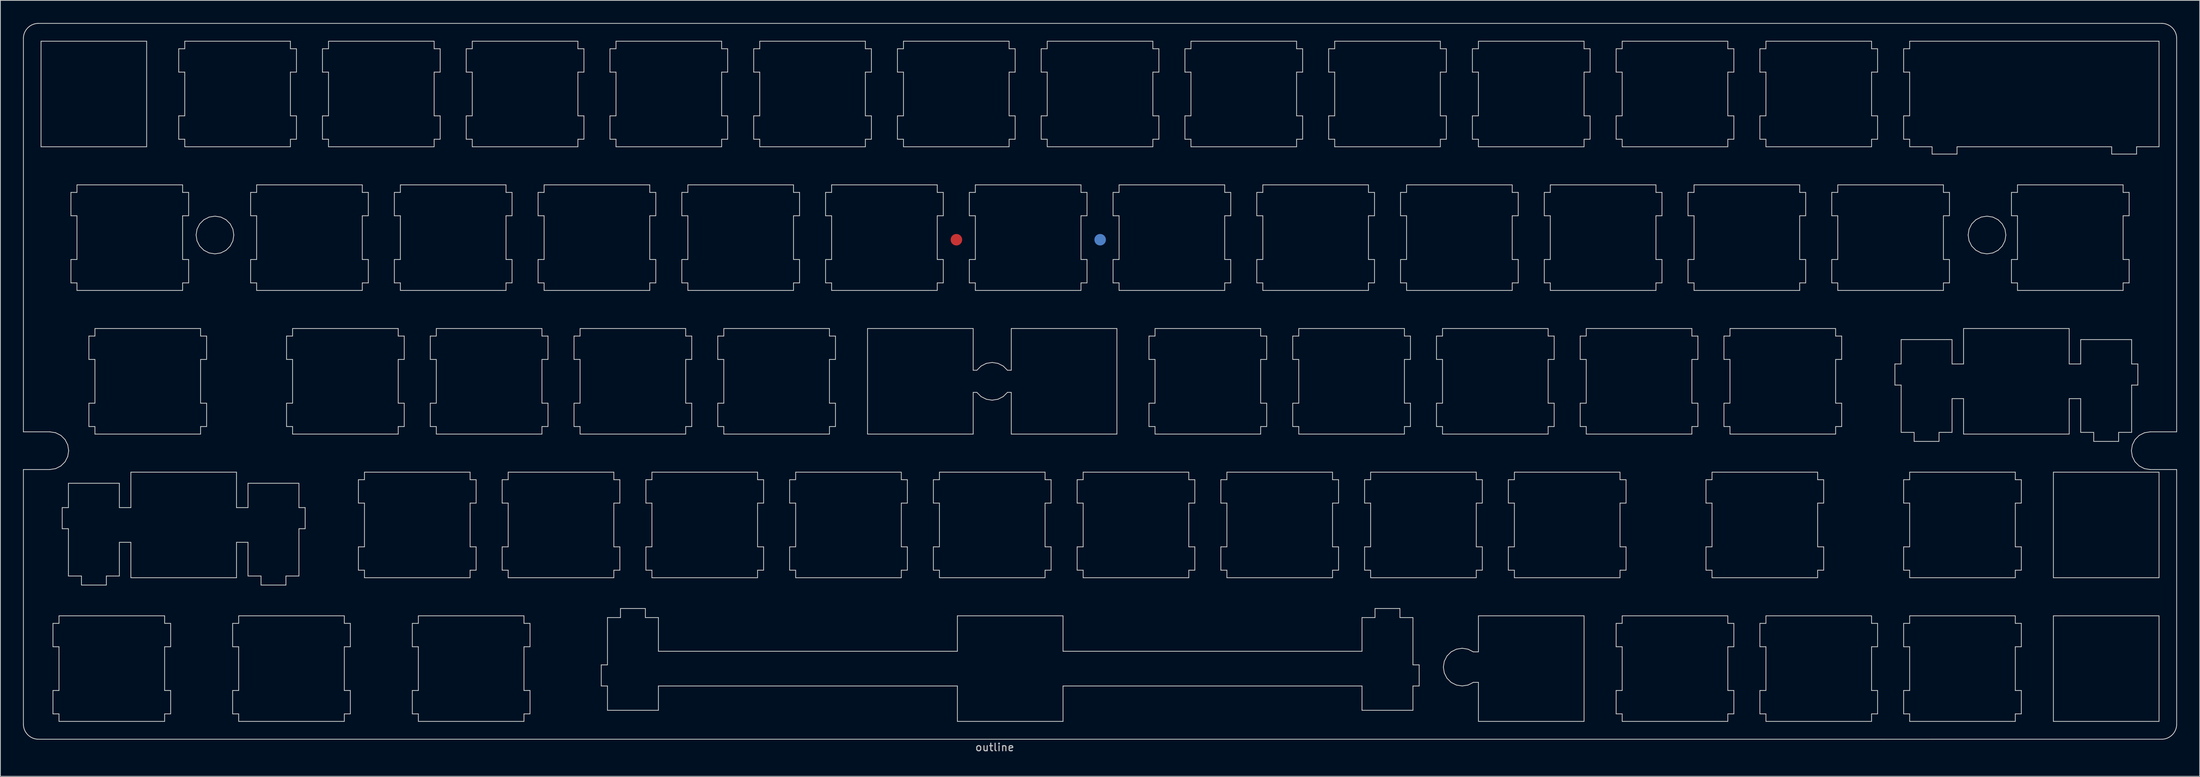
<source format=kicad_pcb>
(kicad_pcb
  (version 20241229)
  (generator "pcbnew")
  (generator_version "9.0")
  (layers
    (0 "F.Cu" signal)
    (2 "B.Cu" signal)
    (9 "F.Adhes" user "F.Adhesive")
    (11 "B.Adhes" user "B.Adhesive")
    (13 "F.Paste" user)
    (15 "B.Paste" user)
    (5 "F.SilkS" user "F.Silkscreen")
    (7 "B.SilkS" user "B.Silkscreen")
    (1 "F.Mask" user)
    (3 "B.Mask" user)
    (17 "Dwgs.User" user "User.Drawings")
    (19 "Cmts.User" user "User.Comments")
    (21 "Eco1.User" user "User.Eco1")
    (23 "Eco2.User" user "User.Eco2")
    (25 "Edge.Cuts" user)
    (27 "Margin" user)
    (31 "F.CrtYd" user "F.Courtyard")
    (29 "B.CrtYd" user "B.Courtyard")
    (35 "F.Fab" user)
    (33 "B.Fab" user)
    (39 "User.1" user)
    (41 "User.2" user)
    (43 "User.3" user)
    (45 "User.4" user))
  (footprint "outline"
    (layer "F.Cu")
    (at 128.783 47.789)
    (property "Reference" "outline" (at 0 48.26 0) (layer "Dwgs.User") (effects (font (size 1 1) (thickness 0.15))))
    (attr through_hole)
    (fp_line (start -128.733 6.425) (end -128.732 -45.738) (stroke (width 0.1) (type solid)) (layer "Edge.Cuts"))
    (fp_line (start -128.733 11.425) (end -125.232 11.425) (stroke (width 0.1) (type solid)) (layer "Edge.Cuts"))
    (fp_line (start -128.733 45.189) (end -128.733 11.425) (stroke (width 0.1) (type solid)) (layer "Edge.Cuts"))
    (fp_line (start -128.732 -45.738) (end -128.726 -45.896) (stroke (width 0.1) (type solid)) (layer "Edge.Cuts"))
    (fp_line (start -128.726 -45.896) (end -128.707 -46.051) (stroke (width 0.1) (type solid)) (layer "Edge.Cuts"))
    (fp_line (start -128.726 45.344) (end -128.733 45.189) (stroke (width 0.1) (type solid)) (layer "Edge.Cuts"))
    (fp_line (start -128.707 -46.051) (end -128.677 -46.206) (stroke (width 0.1) (type solid)) (layer "Edge.Cuts"))
    (fp_line (start -128.707 45.5) (end -128.726 45.344) (stroke (width 0.1) (type solid)) (layer "Edge.Cuts"))
    (fp_line (start -128.677 -46.206) (end -128.634 -46.357) (stroke (width 0.1) (type solid)) (layer "Edge.Cuts"))
    (fp_line (start -128.677 45.654) (end -128.707 45.5) (stroke (width 0.1) (type solid)) (layer "Edge.Cuts"))
    (fp_line (start -128.634 -46.357) (end -128.58 -46.505) (stroke (width 0.1) (type solid)) (layer "Edge.Cuts"))
    (fp_line (start -128.634 45.806) (end -128.677 45.654) (stroke (width 0.1) (type solid)) (layer "Edge.Cuts"))
    (fp_line (start -128.58 -46.505) (end -128.514 -46.647) (stroke (width 0.1) (type solid)) (layer "Edge.Cuts"))
    (fp_line (start -128.58 45.953) (end -128.634 45.806) (stroke (width 0.1) (type solid)) (layer "Edge.Cuts"))
    (fp_line (start -128.514 -46.647) (end -128.438 -46.783) (stroke (width 0.1) (type solid)) (layer "Edge.Cuts"))
    (fp_line (start -128.514 46.095) (end -128.58 45.953) (stroke (width 0.1) (type solid)) (layer "Edge.Cuts"))
    (fp_line (start -128.438 -46.783) (end -128.35 -46.914) (stroke (width 0.1) (type solid)) (layer "Edge.Cuts"))
    (fp_line (start -128.438 46.232) (end -128.514 46.095) (stroke (width 0.1) (type solid)) (layer "Edge.Cuts"))
    (fp_line (start -128.35 -46.914) (end -128.252 -47.036) (stroke (width 0.1) (type solid)) (layer "Edge.Cuts"))
    (fp_line (start -128.35 46.363) (end -128.438 46.232) (stroke (width 0.1) (type solid)) (layer "Edge.Cuts"))
    (fp_line (start -128.252 -47.036) (end -128.146 -47.154) (stroke (width 0.1) (type solid)) (layer "Edge.Cuts"))
    (fp_line (start -128.252 46.487) (end -128.35 46.363) (stroke (width 0.1) (type solid)) (layer "Edge.Cuts"))
    (fp_line (start -128.146 -47.154) (end -128.03 -47.258) (stroke (width 0.1) (type solid)) (layer "Edge.Cuts"))
    (fp_line (start -128.146 46.602) (end -128.252 46.487) (stroke (width 0.1) (type solid)) (layer "Edge.Cuts"))
    (fp_line (start -128.03 -47.258) (end -127.908 -47.358) (stroke (width 0.1) (type solid)) (layer "Edge.Cuts"))
    (fp_line (start -128.03 46.707) (end -128.146 46.602) (stroke (width 0.1) (type solid)) (layer "Edge.Cuts"))
    (fp_line (start -127.908 -47.358) (end -127.777 -47.444) (stroke (width 0.1) (type solid)) (layer "Edge.Cuts"))
    (fp_line (start -127.908 46.806) (end -128.03 46.707) (stroke (width 0.1) (type solid)) (layer "Edge.Cuts"))
    (fp_line (start -127.777 -47.444) (end -127.639 -47.522) (stroke (width 0.1) (type solid)) (layer "Edge.Cuts"))
    (fp_line (start -127.777 46.893) (end -127.908 46.806) (stroke (width 0.1) (type solid)) (layer "Edge.Cuts"))
    (fp_line (start -127.639 -47.522) (end -127.497 -47.587) (stroke (width 0.1) (type solid)) (layer "Edge.Cuts"))
    (fp_line (start -127.639 46.97) (end -127.777 46.893) (stroke (width 0.1) (type solid)) (layer "Edge.Cuts"))
    (fp_line (start -127.497 -47.587) (end -127.351 -47.642) (stroke (width 0.1) (type solid)) (layer "Edge.Cuts"))
    (fp_line (start -127.497 47.035) (end -127.639 46.97) (stroke (width 0.1) (type solid)) (layer "Edge.Cuts"))
    (fp_line (start -127.351 -47.642) (end -127.198 -47.683) (stroke (width 0.1) (type solid)) (layer "Edge.Cuts"))
    (fp_line (start -127.351 47.09) (end -127.497 47.035) (stroke (width 0.1) (type solid)) (layer "Edge.Cuts"))
    (fp_line (start -127.198 -47.683) (end -127.045 -47.715) (stroke (width 0.1) (type solid)) (layer "Edge.Cuts"))
    (fp_line (start -127.198 47.133) (end -127.351 47.09) (stroke (width 0.1) (type solid)) (layer "Edge.Cuts"))
    (fp_line (start -127.045 -47.715) (end -126.888 -47.733) (stroke (width 0.1) (type solid)) (layer "Edge.Cuts"))
    (fp_line (start -127.045 47.163) (end -127.198 47.133) (stroke (width 0.1) (type solid)) (layer "Edge.Cuts"))
    (fp_line (start -126.888 -47.733) (end -126.732 -47.739) (stroke (width 0.1) (type solid)) (layer "Edge.Cuts"))
    (fp_line (start -126.888 47.181) (end -127.045 47.163) (stroke (width 0.1) (type solid)) (layer "Edge.Cuts"))
    (fp_line (start -126.732 -47.739) (end 154.644 -47.738) (stroke (width 0.1) (type solid)) (layer "Edge.Cuts"))
    (fp_line (start -126.732 47.19) (end -126.888 47.181) (stroke (width 0.1) (type solid)) (layer "Edge.Cuts"))
    (fp_line (start -126.395 -45.376) (end -112.395 -45.376) (stroke (width 0.1) (type solid)) (layer "Edge.Cuts"))
    (fp_line (start -126.395 -31.376) (end -126.395 -45.376) (stroke (width 0.1) (type solid)) (layer "Edge.Cuts"))
    (fp_line (start -125.232 11.425) (end -124.459 11.303) (stroke (width 0.1) (type solid)) (layer "Edge.Cuts"))
    (fp_line (start -125.23 6.425) (end -128.733 6.425) (stroke (width 0.1) (type solid)) (layer "Edge.Cuts"))
    (fp_line (start -124.814 31.824) (end -124.814 34.925) (stroke (width 0.1) (type solid)) (layer "Edge.Cuts"))
    (fp_line (start -124.814 34.925) (end -124.014 34.925) (stroke (width 0.1) (type solid)) (layer "Edge.Cuts"))
    (fp_line (start -124.814 40.725) (end -124.814 43.824) (stroke (width 0.1) (type solid)) (layer "Edge.Cuts"))
    (fp_line (start -124.814 43.824) (end -124.014 43.824) (stroke (width 0.1) (type solid)) (layer "Edge.Cuts"))
    (fp_line (start -124.459 6.547) (end -125.23 6.425) (stroke (width 0.1) (type solid)) (layer "Edge.Cuts"))
    (fp_line (start -124.459 11.303) (end -123.763 10.948) (stroke (width 0.1) (type solid)) (layer "Edge.Cuts"))
    (fp_line (start -124.014 30.824) (end -124.014 31.824) (stroke (width 0.1) (type solid)) (layer "Edge.Cuts"))
    (fp_line (start -124.014 31.824) (end -124.814 31.824) (stroke (width 0.1) (type solid)) (layer "Edge.Cuts"))
    (fp_line (start -124.014 34.925) (end -124.014 40.725) (stroke (width 0.1) (type solid)) (layer "Edge.Cuts"))
    (fp_line (start -124.014 40.725) (end -124.814 40.725) (stroke (width 0.1) (type solid)) (layer "Edge.Cuts"))
    (fp_line (start -124.014 43.824) (end -124.014 44.823) (stroke (width 0.1) (type solid)) (layer "Edge.Cuts"))
    (fp_line (start -124.014 44.823) (end -110.014 44.823) (stroke (width 0.1) (type solid)) (layer "Edge.Cuts"))
    (fp_line (start -123.763 6.901) (end -124.459 6.547) (stroke (width 0.1) (type solid)) (layer "Edge.Cuts"))
    (fp_line (start -123.763 10.948) (end -123.21 10.395) (stroke (width 0.1) (type solid)) (layer "Edge.Cuts"))
    (fp_line (start -123.589 16.474) (end -123.589 19.273) (stroke (width 0.1) (type solid)) (layer "Edge.Cuts"))
    (fp_line (start -123.589 19.273) (end -122.764 19.273) (stroke (width 0.1) (type solid)) (layer "Edge.Cuts"))
    (fp_line (start -123.21 7.455) (end -123.763 6.901) (stroke (width 0.1) (type solid)) (layer "Edge.Cuts"))
    (fp_line (start -123.21 10.395) (end -122.855 9.697) (stroke (width 0.1) (type solid)) (layer "Edge.Cuts"))
    (fp_line (start -122.855 8.152) (end -123.21 7.455) (stroke (width 0.1) (type solid)) (layer "Edge.Cuts"))
    (fp_line (start -122.855 9.697) (end -122.732 8.926) (stroke (width 0.1) (type solid)) (layer "Edge.Cuts"))
    (fp_line (start -122.764 13.244) (end -122.764 16.474) (stroke (width 0.1) (type solid)) (layer "Edge.Cuts"))
    (fp_line (start -122.764 16.474) (end -123.589 16.474) (stroke (width 0.1) (type solid)) (layer "Edge.Cuts"))
    (fp_line (start -122.764 19.273) (end -122.764 25.543) (stroke (width 0.1) (type solid)) (layer "Edge.Cuts"))
    (fp_line (start -122.764 25.543) (end -121.038 25.543) (stroke (width 0.1) (type solid)) (layer "Edge.Cuts"))
    (fp_line (start -122.732 8.926) (end -122.855 8.152) (stroke (width 0.1) (type solid)) (layer "Edge.Cuts"))
    (fp_line (start -122.432 -25.326) (end -122.432 -22.226) (stroke (width 0.1) (type solid)) (layer "Edge.Cuts"))
    (fp_line (start -122.432 -22.226) (end -121.632 -22.226) (stroke (width 0.1) (type solid)) (layer "Edge.Cuts"))
    (fp_line (start -122.432 -16.426) (end -122.432 -13.326) (stroke (width 0.1) (type solid)) (layer "Edge.Cuts"))
    (fp_line (start -122.432 -13.326) (end -121.632 -13.326) (stroke (width 0.1) (type solid)) (layer "Edge.Cuts"))
    (fp_line (start -121.632 -26.326) (end -121.632 -25.326) (stroke (width 0.1) (type solid)) (layer "Edge.Cuts"))
    (fp_line (start -121.632 -25.326) (end -122.432 -25.326) (stroke (width 0.1) (type solid)) (layer "Edge.Cuts"))
    (fp_line (start -121.632 -22.226) (end -121.632 -16.426) (stroke (width 0.1) (type solid)) (layer "Edge.Cuts"))
    (fp_line (start -121.632 -16.426) (end -122.432 -16.426) (stroke (width 0.1) (type solid)) (layer "Edge.Cuts"))
    (fp_line (start -121.632 -13.326) (end -121.632 -12.326) (stroke (width 0.1) (type solid)) (layer "Edge.Cuts"))
    (fp_line (start -121.632 -12.326) (end -107.631 -12.326) (stroke (width 0.1) (type solid)) (layer "Edge.Cuts"))
    (fp_line (start -121.038 25.543) (end -121.038 26.744) (stroke (width 0.1) (type solid)) (layer "Edge.Cuts"))
    (fp_line (start -121.038 26.744) (end -117.739 26.744) (stroke (width 0.1) (type solid)) (layer "Edge.Cuts"))
    (fp_line (start -120.05 -6.276) (end -120.05 -3.176) (stroke (width 0.1) (type solid)) (layer "Edge.Cuts"))
    (fp_line (start -120.05 -3.176) (end -119.251 -3.176) (stroke (width 0.1) (type solid)) (layer "Edge.Cuts"))
    (fp_line (start -120.05 2.625) (end -120.05 5.724) (stroke (width 0.1) (type solid)) (layer "Edge.Cuts"))
    (fp_line (start -120.05 5.724) (end -119.251 5.724) (stroke (width 0.1) (type solid)) (layer "Edge.Cuts"))
    (fp_line (start -119.251 -7.275) (end -119.251 -6.276) (stroke (width 0.1) (type solid)) (layer "Edge.Cuts"))
    (fp_line (start -119.251 -6.276) (end -120.05 -6.276) (stroke (width 0.1) (type solid)) (layer "Edge.Cuts"))
    (fp_line (start -119.251 -3.176) (end -119.251 2.625) (stroke (width 0.1) (type solid)) (layer "Edge.Cuts"))
    (fp_line (start -119.251 2.625) (end -120.05 2.625) (stroke (width 0.1) (type solid)) (layer "Edge.Cuts"))
    (fp_line (start -119.251 5.724) (end -119.251 6.725) (stroke (width 0.1) (type solid)) (layer "Edge.Cuts"))
    (fp_line (start -119.251 6.725) (end -105.25 6.725) (stroke (width 0.1) (type solid)) (layer "Edge.Cuts"))
    (fp_line (start -117.739 25.543) (end -116.014 25.543) (stroke (width 0.1) (type solid)) (layer "Edge.Cuts"))
    (fp_line (start -117.739 26.744) (end -117.739 25.543) (stroke (width 0.1) (type solid)) (layer "Edge.Cuts"))
    (fp_line (start -116.014 13.244) (end -122.764 13.244) (stroke (width 0.1) (type solid)) (layer "Edge.Cuts"))
    (fp_line (start -116.014 16.474) (end -116.014 13.244) (stroke (width 0.1) (type solid)) (layer "Edge.Cuts"))
    (fp_line (start -116.014 21.074) (end -114.49 21.074) (stroke (width 0.1) (type solid)) (layer "Edge.Cuts"))
    (fp_line (start -116.014 25.543) (end -116.014 21.074) (stroke (width 0.1) (type solid)) (layer "Edge.Cuts"))
    (fp_line (start -114.49 11.774) (end -114.49 16.474) (stroke (width 0.1) (type solid)) (layer "Edge.Cuts"))
    (fp_line (start -114.49 16.474) (end -116.014 16.474) (stroke (width 0.1) (type solid)) (layer "Edge.Cuts"))
    (fp_line (start -114.49 21.074) (end -114.49 25.773) (stroke (width 0.1) (type solid)) (layer "Edge.Cuts"))
    (fp_line (start -114.49 25.773) (end -100.49 25.773) (stroke (width 0.1) (type solid)) (layer "Edge.Cuts"))
    (fp_line (start -112.395 -45.376) (end -112.395 -31.376) (stroke (width 0.1) (type solid)) (layer "Edge.Cuts"))
    (fp_line (start -112.395 -31.376) (end -126.395 -31.376) (stroke (width 0.1) (type solid)) (layer "Edge.Cuts"))
    (fp_line (start -110.014 30.824) (end -124.014 30.824) (stroke (width 0.1) (type solid)) (layer "Edge.Cuts"))
    (fp_line (start -110.014 31.824) (end -110.014 30.824) (stroke (width 0.1) (type solid)) (layer "Edge.Cuts"))
    (fp_line (start -110.014 34.925) (end -109.213 34.925) (stroke (width 0.1) (type solid)) (layer "Edge.Cuts"))
    (fp_line (start -110.014 40.725) (end -110.014 34.925) (stroke (width 0.1) (type solid)) (layer "Edge.Cuts"))
    (fp_line (start -110.014 43.824) (end -109.213 43.824) (stroke (width 0.1) (type solid)) (layer "Edge.Cuts"))
    (fp_line (start -110.014 44.823) (end -110.014 43.824) (stroke (width 0.1) (type solid)) (layer "Edge.Cuts"))
    (fp_line (start -109.213 31.824) (end -110.014 31.824) (stroke (width 0.1) (type solid)) (layer "Edge.Cuts"))
    (fp_line (start -109.213 34.925) (end -109.213 31.824) (stroke (width 0.1) (type solid)) (layer "Edge.Cuts"))
    (fp_line (start -109.213 40.725) (end -110.014 40.725) (stroke (width 0.1) (type solid)) (layer "Edge.Cuts"))
    (fp_line (start -109.213 43.824) (end -109.213 40.725) (stroke (width 0.1) (type solid)) (layer "Edge.Cuts"))
    (fp_line (start -108.145 -44.376) (end -108.145 -41.276) (stroke (width 0.1) (type solid)) (layer "Edge.Cuts"))
    (fp_line (start -108.145 -41.276) (end -107.345 -41.276) (stroke (width 0.1) (type solid)) (layer "Edge.Cuts"))
    (fp_line (start -108.145 -35.476) (end -108.145 -32.376) (stroke (width 0.1) (type solid)) (layer "Edge.Cuts"))
    (fp_line (start -108.145 -32.376) (end -107.345 -32.376) (stroke (width 0.1) (type solid)) (layer "Edge.Cuts"))
    (fp_line (start -107.631 -26.326) (end -121.632 -26.326) (stroke (width 0.1) (type solid)) (layer "Edge.Cuts"))
    (fp_line (start -107.631 -25.326) (end -107.631 -26.326) (stroke (width 0.1) (type solid)) (layer "Edge.Cuts"))
    (fp_line (start -107.631 -22.226) (end -106.832 -22.226) (stroke (width 0.1) (type solid)) (layer "Edge.Cuts"))
    (fp_line (start -107.631 -16.426) (end -107.631 -22.226) (stroke (width 0.1) (type solid)) (layer "Edge.Cuts"))
    (fp_line (start -107.631 -13.326) (end -106.832 -13.326) (stroke (width 0.1) (type solid)) (layer "Edge.Cuts"))
    (fp_line (start -107.631 -12.326) (end -107.631 -13.326) (stroke (width 0.1) (type solid)) (layer "Edge.Cuts"))
    (fp_line (start -107.345 -45.376) (end -107.345 -44.376) (stroke (width 0.1) (type solid)) (layer "Edge.Cuts"))
    (fp_line (start -107.345 -44.376) (end -108.145 -44.376) (stroke (width 0.1) (type solid)) (layer "Edge.Cuts"))
    (fp_line (start -107.345 -41.276) (end -107.345 -35.476) (stroke (width 0.1) (type solid)) (layer "Edge.Cuts"))
    (fp_line (start -107.345 -35.476) (end -108.145 -35.476) (stroke (width 0.1) (type solid)) (layer "Edge.Cuts"))
    (fp_line (start -107.345 -32.376) (end -107.345 -31.376) (stroke (width 0.1) (type solid)) (layer "Edge.Cuts"))
    (fp_line (start -107.345 -31.376) (end -93.345 -31.376) (stroke (width 0.1) (type solid)) (layer "Edge.Cuts"))
    (fp_line (start -106.832 -25.326) (end -107.631 -25.326) (stroke (width 0.1) (type solid)) (layer "Edge.Cuts"))
    (fp_line (start -106.832 -22.226) (end -106.832 -25.326) (stroke (width 0.1) (type solid)) (layer "Edge.Cuts"))
    (fp_line (start -106.832 -16.426) (end -107.631 -16.426) (stroke (width 0.1) (type solid)) (layer "Edge.Cuts"))
    (fp_line (start -106.832 -13.326) (end -106.832 -16.426) (stroke (width 0.1) (type solid)) (layer "Edge.Cuts"))
    (fp_line (start -105.844 -19.674) (end -105.721 -18.902) (stroke (width 0.1) (type solid)) (layer "Edge.Cuts"))
    (fp_line (start -105.721 -20.449) (end -105.844 -19.674) (stroke (width 0.1) (type solid)) (layer "Edge.Cuts"))
    (fp_line (start -105.721 -18.902) (end -105.367 -18.206) (stroke (width 0.1) (type solid)) (layer "Edge.Cuts"))
    (fp_line (start -105.367 -21.145) (end -105.721 -20.449) (stroke (width 0.1) (type solid)) (layer "Edge.Cuts"))
    (fp_line (start -105.367 -18.206) (end -104.813 -17.653) (stroke (width 0.1) (type solid)) (layer "Edge.Cuts"))
    (fp_line (start -105.25 -7.275) (end -119.251 -7.275) (stroke (width 0.1) (type solid)) (layer "Edge.Cuts"))
    (fp_line (start -105.25 -6.276) (end -105.25 -7.275) (stroke (width 0.1) (type solid)) (layer "Edge.Cuts"))
    (fp_line (start -105.25 -3.176) (end -104.451 -3.176) (stroke (width 0.1) (type solid)) (layer "Edge.Cuts"))
    (fp_line (start -105.25 2.625) (end -105.25 -3.176) (stroke (width 0.1) (type solid)) (layer "Edge.Cuts"))
    (fp_line (start -105.25 5.724) (end -104.451 5.724) (stroke (width 0.1) (type solid)) (layer "Edge.Cuts"))
    (fp_line (start -105.25 6.725) (end -105.25 5.724) (stroke (width 0.1) (type solid)) (layer "Edge.Cuts"))
    (fp_line (start -104.813 -21.699) (end -105.367 -21.145) (stroke (width 0.1) (type solid)) (layer "Edge.Cuts"))
    (fp_line (start -104.813 -17.653) (end -104.117 -17.298) (stroke (width 0.1) (type solid)) (layer "Edge.Cuts"))
    (fp_line (start -104.451 -6.276) (end -105.25 -6.276) (stroke (width 0.1) (type solid)) (layer "Edge.Cuts"))
    (fp_line (start -104.451 -3.176) (end -104.451 -6.276) (stroke (width 0.1) (type solid)) (layer "Edge.Cuts"))
    (fp_line (start -104.451 2.625) (end -105.25 2.625) (stroke (width 0.1) (type solid)) (layer "Edge.Cuts"))
    (fp_line (start -104.451 5.724) (end -104.451 2.625) (stroke (width 0.1) (type solid)) (layer "Edge.Cuts"))
    (fp_line (start -104.117 -22.053) (end -104.813 -21.699) (stroke (width 0.1) (type solid)) (layer "Edge.Cuts"))
    (fp_line (start -104.117 -17.298) (end -103.344 -17.175) (stroke (width 0.1) (type solid)) (layer "Edge.Cuts"))
    (fp_line (start -103.344 -22.175) (end -104.117 -22.053) (stroke (width 0.1) (type solid)) (layer "Edge.Cuts"))
    (fp_line (start -103.344 -17.175) (end -102.571 -17.298) (stroke (width 0.1) (type solid)) (layer "Edge.Cuts"))
    (fp_line (start -102.571 -22.053) (end -103.344 -22.175) (stroke (width 0.1) (type solid)) (layer "Edge.Cuts"))
    (fp_line (start -102.571 -17.298) (end -101.875 -17.653) (stroke (width 0.1) (type solid)) (layer "Edge.Cuts"))
    (fp_line (start -101.875 -21.699) (end -102.571 -22.053) (stroke (width 0.1) (type solid)) (layer "Edge.Cuts"))
    (fp_line (start -101.875 -17.653) (end -101.324 -18.206) (stroke (width 0.1) (type solid)) (layer "Edge.Cuts"))
    (fp_line (start -101.324 -21.145) (end -101.875 -21.699) (stroke (width 0.1) (type solid)) (layer "Edge.Cuts"))
    (fp_line (start -101.324 -18.206) (end -100.967 -18.902) (stroke (width 0.1) (type solid)) (layer "Edge.Cuts"))
    (fp_line (start -101.002 31.824) (end -101.002 34.925) (stroke (width 0.1) (type solid)) (layer "Edge.Cuts"))
    (fp_line (start -101.002 34.925) (end -100.202 34.925) (stroke (width 0.1) (type solid)) (layer "Edge.Cuts"))
    (fp_line (start -101.002 40.725) (end -101.002 43.824) (stroke (width 0.1) (type solid)) (layer "Edge.Cuts"))
    (fp_line (start -101.002 43.824) (end -100.202 43.824) (stroke (width 0.1) (type solid)) (layer "Edge.Cuts"))
    (fp_line (start -100.967 -20.449) (end -101.324 -21.145) (stroke (width 0.1) (type solid)) (layer "Edge.Cuts"))
    (fp_line (start -100.967 -18.902) (end -100.845 -19.674) (stroke (width 0.1) (type solid)) (layer "Edge.Cuts"))
    (fp_line (start -100.845 -19.674) (end -100.967 -20.449) (stroke (width 0.1) (type solid)) (layer "Edge.Cuts"))
    (fp_line (start -100.49 11.774) (end -114.49 11.774) (stroke (width 0.1) (type solid)) (layer "Edge.Cuts"))
    (fp_line (start -100.49 16.474) (end -100.49 11.774) (stroke (width 0.1) (type solid)) (layer "Edge.Cuts"))
    (fp_line (start -100.49 21.074) (end -98.964 21.074) (stroke (width 0.1) (type solid)) (layer "Edge.Cuts"))
    (fp_line (start -100.49 25.773) (end -100.49 21.074) (stroke (width 0.1) (type solid)) (layer "Edge.Cuts"))
    (fp_line (start -100.202 30.824) (end -100.202 31.824) (stroke (width 0.1) (type solid)) (layer "Edge.Cuts"))
    (fp_line (start -100.202 31.824) (end -101.002 31.824) (stroke (width 0.1) (type solid)) (layer "Edge.Cuts"))
    (fp_line (start -100.202 34.925) (end -100.202 40.725) (stroke (width 0.1) (type solid)) (layer "Edge.Cuts"))
    (fp_line (start -100.202 40.725) (end -101.002 40.725) (stroke (width 0.1) (type solid)) (layer "Edge.Cuts"))
    (fp_line (start -100.202 43.824) (end -100.202 44.823) (stroke (width 0.1) (type solid)) (layer "Edge.Cuts"))
    (fp_line (start -100.202 44.823) (end -86.202 44.823) (stroke (width 0.1) (type solid)) (layer "Edge.Cuts"))
    (fp_line (start -98.964 13.244) (end -98.964 16.474) (stroke (width 0.1) (type solid)) (layer "Edge.Cuts"))
    (fp_line (start -98.964 16.474) (end -100.49 16.474) (stroke (width 0.1) (type solid)) (layer "Edge.Cuts"))
    (fp_line (start -98.964 21.074) (end -98.964 25.543) (stroke (width 0.1) (type solid)) (layer "Edge.Cuts"))
    (fp_line (start -98.964 25.543) (end -97.24 25.543) (stroke (width 0.1) (type solid)) (layer "Edge.Cuts"))
    (fp_line (start -98.62 -25.326) (end -98.62 -22.226) (stroke (width 0.1) (type solid)) (layer "Edge.Cuts"))
    (fp_line (start -98.62 -22.226) (end -97.821 -22.226) (stroke (width 0.1) (type solid)) (layer "Edge.Cuts"))
    (fp_line (start -98.62 -16.426) (end -98.62 -13.326) (stroke (width 0.1) (type solid)) (layer "Edge.Cuts"))
    (fp_line (start -98.62 -13.326) (end -97.821 -13.326) (stroke (width 0.1) (type solid)) (layer "Edge.Cuts"))
    (fp_line (start -97.821 -26.326) (end -97.821 -25.326) (stroke (width 0.1) (type solid)) (layer "Edge.Cuts"))
    (fp_line (start -97.821 -25.326) (end -98.62 -25.326) (stroke (width 0.1) (type solid)) (layer "Edge.Cuts"))
    (fp_line (start -97.821 -22.226) (end -97.821 -16.426) (stroke (width 0.1) (type solid)) (layer "Edge.Cuts"))
    (fp_line (start -97.821 -16.426) (end -98.62 -16.426) (stroke (width 0.1) (type solid)) (layer "Edge.Cuts"))
    (fp_line (start -97.821 -13.326) (end -97.821 -12.326) (stroke (width 0.1) (type solid)) (layer "Edge.Cuts"))
    (fp_line (start -97.821 -12.326) (end -83.82 -12.326) (stroke (width 0.1) (type solid)) (layer "Edge.Cuts"))
    (fp_line (start -97.24 25.543) (end -97.24 26.744) (stroke (width 0.1) (type solid)) (layer "Edge.Cuts"))
    (fp_line (start -97.24 26.744) (end -93.939 26.744) (stroke (width 0.1) (type solid)) (layer "Edge.Cuts"))
    (fp_line (start -93.939 25.543) (end -92.214 25.543) (stroke (width 0.1) (type solid)) (layer "Edge.Cuts"))
    (fp_line (start -93.939 26.744) (end -93.939 25.543) (stroke (width 0.1) (type solid)) (layer "Edge.Cuts"))
    (fp_line (start -93.856 -6.276) (end -93.856 -3.176) (stroke (width 0.1) (type solid)) (layer "Edge.Cuts"))
    (fp_line (start -93.856 -3.176) (end -93.057 -3.176) (stroke (width 0.1) (type solid)) (layer "Edge.Cuts"))
    (fp_line (start -93.856 2.625) (end -93.856 5.724) (stroke (width 0.1) (type solid)) (layer "Edge.Cuts"))
    (fp_line (start -93.856 5.724) (end -93.057 5.724) (stroke (width 0.1) (type solid)) (layer "Edge.Cuts"))
    (fp_line (start -93.345 -45.376) (end -107.345 -45.376) (stroke (width 0.1) (type solid)) (layer "Edge.Cuts"))
    (fp_line (start -93.345 -44.376) (end -93.345 -45.376) (stroke (width 0.1) (type solid)) (layer "Edge.Cuts"))
    (fp_line (start -93.345 -41.276) (end -92.544 -41.276) (stroke (width 0.1) (type solid)) (layer "Edge.Cuts"))
    (fp_line (start -93.345 -35.476) (end -93.345 -41.276) (stroke (width 0.1) (type solid)) (layer "Edge.Cuts"))
    (fp_line (start -93.345 -32.376) (end -92.544 -32.376) (stroke (width 0.1) (type solid)) (layer "Edge.Cuts"))
    (fp_line (start -93.345 -31.376) (end -93.345 -32.376) (stroke (width 0.1) (type solid)) (layer "Edge.Cuts"))
    (fp_line (start -93.057 -7.275) (end -93.057 -6.276) (stroke (width 0.1) (type solid)) (layer "Edge.Cuts"))
    (fp_line (start -93.057 -6.276) (end -93.856 -6.276) (stroke (width 0.1) (type solid)) (layer "Edge.Cuts"))
    (fp_line (start -93.057 -3.176) (end -93.057 2.625) (stroke (width 0.1) (type solid)) (layer "Edge.Cuts"))
    (fp_line (start -93.057 2.625) (end -93.856 2.625) (stroke (width 0.1) (type solid)) (layer "Edge.Cuts"))
    (fp_line (start -93.057 5.724) (end -93.057 6.725) (stroke (width 0.1) (type solid)) (layer "Edge.Cuts"))
    (fp_line (start -93.057 6.725) (end -79.056 6.725) (stroke (width 0.1) (type solid)) (layer "Edge.Cuts"))
    (fp_line (start -92.544 -44.376) (end -93.345 -44.376) (stroke (width 0.1) (type solid)) (layer "Edge.Cuts"))
    (fp_line (start -92.544 -41.276) (end -92.544 -44.376) (stroke (width 0.1) (type solid)) (layer "Edge.Cuts"))
    (fp_line (start -92.544 -35.476) (end -93.345 -35.476) (stroke (width 0.1) (type solid)) (layer "Edge.Cuts"))
    (fp_line (start -92.544 -32.376) (end -92.544 -35.476) (stroke (width 0.1) (type solid)) (layer "Edge.Cuts"))
    (fp_line (start -92.214 13.244) (end -98.964 13.244) (stroke (width 0.1) (type solid)) (layer "Edge.Cuts"))
    (fp_line (start -92.214 16.474) (end -92.214 13.244) (stroke (width 0.1) (type solid)) (layer "Edge.Cuts"))
    (fp_line (start -92.214 19.273) (end -91.388 19.273) (stroke (width 0.1) (type solid)) (layer "Edge.Cuts"))
    (fp_line (start -92.214 25.543) (end -92.214 19.273) (stroke (width 0.1) (type solid)) (layer "Edge.Cuts"))
    (fp_line (start -91.388 16.474) (end -92.214 16.474) (stroke (width 0.1) (type solid)) (layer "Edge.Cuts"))
    (fp_line (start -91.388 19.273) (end -91.388 16.474) (stroke (width 0.1) (type solid)) (layer "Edge.Cuts"))
    (fp_line (start -89.095 -44.376) (end -89.095 -41.276) (stroke (width 0.1) (type solid)) (layer "Edge.Cuts"))
    (fp_line (start -89.095 -41.276) (end -88.295 -41.276) (stroke (width 0.1) (type solid)) (layer "Edge.Cuts"))
    (fp_line (start -89.095 -35.476) (end -89.095 -32.376) (stroke (width 0.1) (type solid)) (layer "Edge.Cuts"))
    (fp_line (start -89.095 -32.376) (end -88.295 -32.376) (stroke (width 0.1) (type solid)) (layer "Edge.Cuts"))
    (fp_line (start -88.295 -45.376) (end -88.295 -44.376) (stroke (width 0.1) (type solid)) (layer "Edge.Cuts"))
    (fp_line (start -88.295 -44.376) (end -89.095 -44.376) (stroke (width 0.1) (type solid)) (layer "Edge.Cuts"))
    (fp_line (start -88.295 -41.276) (end -88.295 -35.476) (stroke (width 0.1) (type solid)) (layer "Edge.Cuts"))
    (fp_line (start -88.295 -35.476) (end -89.095 -35.476) (stroke (width 0.1) (type solid)) (layer "Edge.Cuts"))
    (fp_line (start -88.295 -32.376) (end -88.295 -31.376) (stroke (width 0.1) (type solid)) (layer "Edge.Cuts"))
    (fp_line (start -88.295 -31.376) (end -74.295 -31.376) (stroke (width 0.1) (type solid)) (layer "Edge.Cuts"))
    (fp_line (start -86.202 30.824) (end -100.202 30.824) (stroke (width 0.1) (type solid)) (layer "Edge.Cuts"))
    (fp_line (start -86.202 31.824) (end -86.202 30.824) (stroke (width 0.1) (type solid)) (layer "Edge.Cuts"))
    (fp_line (start -86.202 34.925) (end -85.401 34.925) (stroke (width 0.1) (type solid)) (layer "Edge.Cuts"))
    (fp_line (start -86.202 40.725) (end -86.202 34.925) (stroke (width 0.1) (type solid)) (layer "Edge.Cuts"))
    (fp_line (start -86.202 43.824) (end -85.401 43.824) (stroke (width 0.1) (type solid)) (layer "Edge.Cuts"))
    (fp_line (start -86.202 44.823) (end -86.202 43.824) (stroke (width 0.1) (type solid)) (layer "Edge.Cuts"))
    (fp_line (start -85.401 31.824) (end -86.202 31.824) (stroke (width 0.1) (type solid)) (layer "Edge.Cuts"))
    (fp_line (start -85.401 34.925) (end -85.401 31.824) (stroke (width 0.1) (type solid)) (layer "Edge.Cuts"))
    (fp_line (start -85.401 40.725) (end -86.202 40.725) (stroke (width 0.1) (type solid)) (layer "Edge.Cuts"))
    (fp_line (start -85.401 43.824) (end -85.401 40.725) (stroke (width 0.1) (type solid)) (layer "Edge.Cuts"))
    (fp_line (start -84.333 12.774) (end -84.333 15.874) (stroke (width 0.1) (type solid)) (layer "Edge.Cuts"))
    (fp_line (start -84.333 15.874) (end -83.532 15.874) (stroke (width 0.1) (type solid)) (layer "Edge.Cuts"))
    (fp_line (start -84.333 21.675) (end -84.333 24.774) (stroke (width 0.1) (type solid)) (layer "Edge.Cuts"))
    (fp_line (start -84.333 24.774) (end -83.532 24.774) (stroke (width 0.1) (type solid)) (layer "Edge.Cuts"))
    (fp_line (start -83.82 -26.326) (end -97.821 -26.326) (stroke (width 0.1) (type solid)) (layer "Edge.Cuts"))
    (fp_line (start -83.82 -25.326) (end -83.82 -26.326) (stroke (width 0.1) (type solid)) (layer "Edge.Cuts"))
    (fp_line (start -83.82 -22.226) (end -83.019 -22.226) (stroke (width 0.1) (type solid)) (layer "Edge.Cuts"))
    (fp_line (start -83.82 -16.426) (end -83.82 -22.226) (stroke (width 0.1) (type solid)) (layer "Edge.Cuts"))
    (fp_line (start -83.82 -13.326) (end -83.019 -13.326) (stroke (width 0.1) (type solid)) (layer "Edge.Cuts"))
    (fp_line (start -83.82 -12.326) (end -83.82 -13.326) (stroke (width 0.1) (type solid)) (layer "Edge.Cuts"))
    (fp_line (start -83.532 11.774) (end -83.532 12.774) (stroke (width 0.1) (type solid)) (layer "Edge.Cuts"))
    (fp_line (start -83.532 12.774) (end -84.333 12.774) (stroke (width 0.1) (type solid)) (layer "Edge.Cuts"))
    (fp_line (start -83.532 15.874) (end -83.532 21.675) (stroke (width 0.1) (type solid)) (layer "Edge.Cuts"))
    (fp_line (start -83.532 21.675) (end -84.333 21.675) (stroke (width 0.1) (type solid)) (layer "Edge.Cuts"))
    (fp_line (start -83.532 24.774) (end -83.532 25.773) (stroke (width 0.1) (type solid)) (layer "Edge.Cuts"))
    (fp_line (start -83.532 25.773) (end -69.531 25.773) (stroke (width 0.1) (type solid)) (layer "Edge.Cuts"))
    (fp_line (start -83.019 -25.326) (end -83.82 -25.326) (stroke (width 0.1) (type solid)) (layer "Edge.Cuts"))
    (fp_line (start -83.019 -22.226) (end -83.019 -25.326) (stroke (width 0.1) (type solid)) (layer "Edge.Cuts"))
    (fp_line (start -83.019 -16.426) (end -83.82 -16.426) (stroke (width 0.1) (type solid)) (layer "Edge.Cuts"))
    (fp_line (start -83.019 -13.326) (end -83.019 -16.426) (stroke (width 0.1) (type solid)) (layer "Edge.Cuts"))
    (fp_line (start -79.57 -25.326) (end -79.57 -22.226) (stroke (width 0.1) (type solid)) (layer "Edge.Cuts"))
    (fp_line (start -79.57 -22.226) (end -78.77 -22.226) (stroke (width 0.1) (type solid)) (layer "Edge.Cuts"))
    (fp_line (start -79.57 -16.426) (end -79.57 -13.326) (stroke (width 0.1) (type solid)) (layer "Edge.Cuts"))
    (fp_line (start -79.57 -13.326) (end -78.77 -13.326) (stroke (width 0.1) (type solid)) (layer "Edge.Cuts"))
    (fp_line (start -79.056 -7.275) (end -93.057 -7.275) (stroke (width 0.1) (type solid)) (layer "Edge.Cuts"))
    (fp_line (start -79.056 -6.276) (end -79.056 -7.275) (stroke (width 0.1) (type solid)) (layer "Edge.Cuts"))
    (fp_line (start -79.056 -3.176) (end -78.258 -3.176) (stroke (width 0.1) (type solid)) (layer "Edge.Cuts"))
    (fp_line (start -79.056 2.625) (end -79.056 -3.176) (stroke (width 0.1) (type solid)) (layer "Edge.Cuts"))
    (fp_line (start -79.056 5.724) (end -78.258 5.724) (stroke (width 0.1) (type solid)) (layer "Edge.Cuts"))
    (fp_line (start -79.056 6.725) (end -79.056 5.724) (stroke (width 0.1) (type solid)) (layer "Edge.Cuts"))
    (fp_line (start -78.77 -26.326) (end -78.77 -25.326) (stroke (width 0.1) (type solid)) (layer "Edge.Cuts"))
    (fp_line (start -78.77 -25.326) (end -79.57 -25.326) (stroke (width 0.1) (type solid)) (layer "Edge.Cuts"))
    (fp_line (start -78.77 -22.226) (end -78.77 -16.426) (stroke (width 0.1) (type solid)) (layer "Edge.Cuts"))
    (fp_line (start -78.77 -16.426) (end -79.57 -16.426) (stroke (width 0.1) (type solid)) (layer "Edge.Cuts"))
    (fp_line (start -78.77 -13.326) (end -78.77 -12.326) (stroke (width 0.1) (type solid)) (layer "Edge.Cuts"))
    (fp_line (start -78.77 -12.326) (end -64.77 -12.326) (stroke (width 0.1) (type solid)) (layer "Edge.Cuts"))
    (fp_line (start -78.258 -6.276) (end -79.056 -6.276) (stroke (width 0.1) (type solid)) (layer "Edge.Cuts"))
    (fp_line (start -78.258 -3.176) (end -78.258 -6.276) (stroke (width 0.1) (type solid)) (layer "Edge.Cuts"))
    (fp_line (start -78.258 2.625) (end -79.056 2.625) (stroke (width 0.1) (type solid)) (layer "Edge.Cuts"))
    (fp_line (start -78.258 5.724) (end -78.258 2.625) (stroke (width 0.1) (type solid)) (layer "Edge.Cuts"))
    (fp_line (start -77.189 31.824) (end -77.189 34.925) (stroke (width 0.1) (type solid)) (layer "Edge.Cuts"))
    (fp_line (start -77.189 34.925) (end -76.388 34.925) (stroke (width 0.1) (type solid)) (layer "Edge.Cuts"))
    (fp_line (start -77.189 40.725) (end -77.189 43.824) (stroke (width 0.1) (type solid)) (layer "Edge.Cuts"))
    (fp_line (start -77.189 43.824) (end -76.388 43.824) (stroke (width 0.1) (type solid)) (layer "Edge.Cuts"))
    (fp_line (start -76.388 30.824) (end -76.388 31.824) (stroke (width 0.1) (type solid)) (layer "Edge.Cuts"))
    (fp_line (start -76.388 31.824) (end -77.189 31.824) (stroke (width 0.1) (type solid)) (layer "Edge.Cuts"))
    (fp_line (start -76.388 34.925) (end -76.388 40.725) (stroke (width 0.1) (type solid)) (layer "Edge.Cuts"))
    (fp_line (start -76.388 40.725) (end -77.189 40.725) (stroke (width 0.1) (type solid)) (layer "Edge.Cuts"))
    (fp_line (start -76.388 43.824) (end -76.388 44.823) (stroke (width 0.1) (type solid)) (layer "Edge.Cuts"))
    (fp_line (start -76.388 44.823) (end -62.389 44.823) (stroke (width 0.1) (type solid)) (layer "Edge.Cuts"))
    (fp_line (start -74.806 -6.276) (end -74.806 -3.176) (stroke (width 0.1) (type solid)) (layer "Edge.Cuts"))
    (fp_line (start -74.806 -3.176) (end -74.008 -3.176) (stroke (width 0.1) (type solid)) (layer "Edge.Cuts"))
    (fp_line (start -74.806 2.625) (end -74.806 5.724) (stroke (width 0.1) (type solid)) (layer "Edge.Cuts"))
    (fp_line (start -74.806 5.724) (end -74.008 5.724) (stroke (width 0.1) (type solid)) (layer "Edge.Cuts"))
    (fp_line (start -74.295 -45.376) (end -88.295 -45.376) (stroke (width 0.1) (type solid)) (layer "Edge.Cuts"))
    (fp_line (start -74.295 -44.376) (end -74.295 -45.376) (stroke (width 0.1) (type solid)) (layer "Edge.Cuts"))
    (fp_line (start -74.295 -41.276) (end -73.496 -41.276) (stroke (width 0.1) (type solid)) (layer "Edge.Cuts"))
    (fp_line (start -74.295 -35.476) (end -74.295 -41.276) (stroke (width 0.1) (type solid)) (layer "Edge.Cuts"))
    (fp_line (start -74.295 -32.376) (end -73.496 -32.376) (stroke (width 0.1) (type solid)) (layer "Edge.Cuts"))
    (fp_line (start -74.295 -31.376) (end -74.295 -32.376) (stroke (width 0.1) (type solid)) (layer "Edge.Cuts"))
    (fp_line (start -74.008 -7.275) (end -74.008 -6.276) (stroke (width 0.1) (type solid)) (layer "Edge.Cuts"))
    (fp_line (start -74.008 -6.276) (end -74.806 -6.276) (stroke (width 0.1) (type solid)) (layer "Edge.Cuts"))
    (fp_line (start -74.008 -3.176) (end -74.008 2.625) (stroke (width 0.1) (type solid)) (layer "Edge.Cuts"))
    (fp_line (start -74.008 2.625) (end -74.806 2.625) (stroke (width 0.1) (type solid)) (layer "Edge.Cuts"))
    (fp_line (start -74.008 5.724) (end -74.008 6.725) (stroke (width 0.1) (type solid)) (layer "Edge.Cuts"))
    (fp_line (start -74.008 6.725) (end -60.008 6.725) (stroke (width 0.1) (type solid)) (layer "Edge.Cuts"))
    (fp_line (start -73.496 -44.376) (end -74.295 -44.376) (stroke (width 0.1) (type solid)) (layer "Edge.Cuts"))
    (fp_line (start -73.496 -41.276) (end -73.496 -44.376) (stroke (width 0.1) (type solid)) (layer "Edge.Cuts"))
    (fp_line (start -73.496 -35.476) (end -74.295 -35.476) (stroke (width 0.1) (type solid)) (layer "Edge.Cuts"))
    (fp_line (start -73.496 -32.376) (end -73.496 -35.476) (stroke (width 0.1) (type solid)) (layer "Edge.Cuts"))
    (fp_line (start -70.045 -44.376) (end -70.045 -41.276) (stroke (width 0.1) (type solid)) (layer "Edge.Cuts"))
    (fp_line (start -70.045 -41.276) (end -69.246 -41.276) (stroke (width 0.1) (type solid)) (layer "Edge.Cuts"))
    (fp_line (start -70.045 -35.476) (end -70.045 -32.376) (stroke (width 0.1) (type solid)) (layer "Edge.Cuts"))
    (fp_line (start -70.045 -32.376) (end -69.246 -32.376) (stroke (width 0.1) (type solid)) (layer "Edge.Cuts"))
    (fp_line (start -69.531 11.774) (end -83.532 11.774) (stroke (width 0.1) (type solid)) (layer "Edge.Cuts"))
    (fp_line (start -69.531 12.774) (end -69.531 11.774) (stroke (width 0.1) (type solid)) (layer "Edge.Cuts"))
    (fp_line (start -69.531 15.874) (end -68.732 15.874) (stroke (width 0.1) (type solid)) (layer "Edge.Cuts"))
    (fp_line (start -69.531 21.675) (end -69.531 15.874) (stroke (width 0.1) (type solid)) (layer "Edge.Cuts"))
    (fp_line (start -69.531 24.774) (end -68.732 24.774) (stroke (width 0.1) (type solid)) (layer "Edge.Cuts"))
    (fp_line (start -69.531 25.773) (end -69.531 24.774) (stroke (width 0.1) (type solid)) (layer "Edge.Cuts"))
    (fp_line (start -69.246 -45.376) (end -69.246 -44.376) (stroke (width 0.1) (type solid)) (layer "Edge.Cuts"))
    (fp_line (start -69.246 -44.376) (end -70.045 -44.376) (stroke (width 0.1) (type solid)) (layer "Edge.Cuts"))
    (fp_line (start -69.246 -41.276) (end -69.246 -35.476) (stroke (width 0.1) (type solid)) (layer "Edge.Cuts"))
    (fp_line (start -69.246 -35.476) (end -70.045 -35.476) (stroke (width 0.1) (type solid)) (layer "Edge.Cuts"))
    (fp_line (start -69.246 -32.376) (end -69.246 -31.376) (stroke (width 0.1) (type solid)) (layer "Edge.Cuts"))
    (fp_line (start -69.246 -31.376) (end -55.245 -31.376) (stroke (width 0.1) (type solid)) (layer "Edge.Cuts"))
    (fp_line (start -68.732 12.774) (end -69.531 12.774) (stroke (width 0.1) (type solid)) (layer "Edge.Cuts"))
    (fp_line (start -68.732 15.874) (end -68.732 12.774) (stroke (width 0.1) (type solid)) (layer "Edge.Cuts"))
    (fp_line (start -68.732 21.675) (end -69.531 21.675) (stroke (width 0.1) (type solid)) (layer "Edge.Cuts"))
    (fp_line (start -68.732 24.774) (end -68.732 21.675) (stroke (width 0.1) (type solid)) (layer "Edge.Cuts"))
    (fp_line (start -65.281 12.774) (end -65.281 15.874) (stroke (width 0.1) (type solid)) (layer "Edge.Cuts"))
    (fp_line (start -65.281 15.874) (end -64.482 15.874) (stroke (width 0.1) (type solid)) (layer "Edge.Cuts"))
    (fp_line (start -65.281 21.675) (end -65.281 24.774) (stroke (width 0.1) (type solid)) (layer "Edge.Cuts"))
    (fp_line (start -65.281 24.774) (end -64.482 24.774) (stroke (width 0.1) (type solid)) (layer "Edge.Cuts"))
    (fp_line (start -64.77 -26.326) (end -78.77 -26.326) (stroke (width 0.1) (type solid)) (layer "Edge.Cuts"))
    (fp_line (start -64.77 -25.326) (end -64.77 -26.326) (stroke (width 0.1) (type solid)) (layer "Edge.Cuts"))
    (fp_line (start -64.77 -22.226) (end -63.969 -22.226) (stroke (width 0.1) (type solid)) (layer "Edge.Cuts"))
    (fp_line (start -64.77 -16.426) (end -64.77 -22.226) (stroke (width 0.1) (type solid)) (layer "Edge.Cuts"))
    (fp_line (start -64.77 -13.326) (end -63.969 -13.326) (stroke (width 0.1) (type solid)) (layer "Edge.Cuts"))
    (fp_line (start -64.77 -12.326) (end -64.77 -13.326) (stroke (width 0.1) (type solid)) (layer "Edge.Cuts"))
    (fp_line (start -64.482 11.774) (end -64.482 12.774) (stroke (width 0.1) (type solid)) (layer "Edge.Cuts"))
    (fp_line (start -64.482 12.774) (end -65.281 12.774) (stroke (width 0.1) (type solid)) (layer "Edge.Cuts"))
    (fp_line (start -64.482 15.874) (end -64.482 21.675) (stroke (width 0.1) (type solid)) (layer "Edge.Cuts"))
    (fp_line (start -64.482 21.675) (end -65.281 21.675) (stroke (width 0.1) (type solid)) (layer "Edge.Cuts"))
    (fp_line (start -64.482 24.774) (end -64.482 25.773) (stroke (width 0.1) (type solid)) (layer "Edge.Cuts"))
    (fp_line (start -64.482 25.773) (end -50.481 25.773) (stroke (width 0.1) (type solid)) (layer "Edge.Cuts"))
    (fp_line (start -63.969 -25.326) (end -64.77 -25.326) (stroke (width 0.1) (type solid)) (layer "Edge.Cuts"))
    (fp_line (start -63.969 -22.226) (end -63.969 -25.326) (stroke (width 0.1) (type solid)) (layer "Edge.Cuts"))
    (fp_line (start -63.969 -16.426) (end -64.77 -16.426) (stroke (width 0.1) (type solid)) (layer "Edge.Cuts"))
    (fp_line (start -63.969 -13.326) (end -63.969 -16.426) (stroke (width 0.1) (type solid)) (layer "Edge.Cuts"))
    (fp_line (start -62.389 30.824) (end -76.388 30.824) (stroke (width 0.1) (type solid)) (layer "Edge.Cuts"))
    (fp_line (start -62.389 31.824) (end -62.389 30.824) (stroke (width 0.1) (type solid)) (layer "Edge.Cuts"))
    (fp_line (start -62.389 34.925) (end -61.588 34.925) (stroke (width 0.1) (type solid)) (layer "Edge.Cuts"))
    (fp_line (start -62.389 40.725) (end -62.389 34.925) (stroke (width 0.1) (type solid)) (layer "Edge.Cuts"))
    (fp_line (start -62.389 43.824) (end -61.588 43.824) (stroke (width 0.1) (type solid)) (layer "Edge.Cuts"))
    (fp_line (start -62.389 44.823) (end -62.389 43.824) (stroke (width 0.1) (type solid)) (layer "Edge.Cuts"))
    (fp_line (start -61.588 31.824) (end -62.389 31.824) (stroke (width 0.1) (type solid)) (layer "Edge.Cuts"))
    (fp_line (start -61.588 34.925) (end -61.588 31.824) (stroke (width 0.1) (type solid)) (layer "Edge.Cuts"))
    (fp_line (start -61.588 40.725) (end -62.389 40.725) (stroke (width 0.1) (type solid)) (layer "Edge.Cuts"))
    (fp_line (start -61.588 43.824) (end -61.588 40.725) (stroke (width 0.1) (type solid)) (layer "Edge.Cuts"))
    (fp_line (start -60.52 -25.326) (end -60.52 -22.226) (stroke (width 0.1) (type solid)) (layer "Edge.Cuts"))
    (fp_line (start -60.52 -22.226) (end -59.72 -22.226) (stroke (width 0.1) (type solid)) (layer "Edge.Cuts"))
    (fp_line (start -60.52 -16.426) (end -60.52 -13.326) (stroke (width 0.1) (type solid)) (layer "Edge.Cuts"))
    (fp_line (start -60.52 -13.326) (end -59.72 -13.326) (stroke (width 0.1) (type solid)) (layer "Edge.Cuts"))
    (fp_line (start -60.008 -7.275) (end -74.008 -7.275) (stroke (width 0.1) (type solid)) (layer "Edge.Cuts"))
    (fp_line (start -60.008 -6.276) (end -60.008 -7.275) (stroke (width 0.1) (type solid)) (layer "Edge.Cuts"))
    (fp_line (start -60.008 -3.176) (end -59.207 -3.176) (stroke (width 0.1) (type solid)) (layer "Edge.Cuts"))
    (fp_line (start -60.008 2.625) (end -60.008 -3.176) (stroke (width 0.1) (type solid)) (layer "Edge.Cuts"))
    (fp_line (start -60.008 5.724) (end -59.207 5.724) (stroke (width 0.1) (type solid)) (layer "Edge.Cuts"))
    (fp_line (start -60.008 6.725) (end -60.008 5.724) (stroke (width 0.1) (type solid)) (layer "Edge.Cuts"))
    (fp_line (start -59.72 -26.326) (end -59.72 -25.326) (stroke (width 0.1) (type solid)) (layer "Edge.Cuts"))
    (fp_line (start -59.72 -25.326) (end -60.52 -25.326) (stroke (width 0.1) (type solid)) (layer "Edge.Cuts"))
    (fp_line (start -59.72 -22.226) (end -59.72 -16.426) (stroke (width 0.1) (type solid)) (layer "Edge.Cuts"))
    (fp_line (start -59.72 -16.426) (end -60.52 -16.426) (stroke (width 0.1) (type solid)) (layer "Edge.Cuts"))
    (fp_line (start -59.72 -13.326) (end -59.72 -12.326) (stroke (width 0.1) (type solid)) (layer "Edge.Cuts"))
    (fp_line (start -59.72 -12.326) (end -45.72 -12.326) (stroke (width 0.1) (type solid)) (layer "Edge.Cuts"))
    (fp_line (start -59.207 -6.276) (end -60.008 -6.276) (stroke (width 0.1) (type solid)) (layer "Edge.Cuts"))
    (fp_line (start -59.207 -3.176) (end -59.207 -6.276) (stroke (width 0.1) (type solid)) (layer "Edge.Cuts"))
    (fp_line (start -59.207 2.625) (end -60.008 2.625) (stroke (width 0.1) (type solid)) (layer "Edge.Cuts"))
    (fp_line (start -59.207 5.724) (end -59.207 2.625) (stroke (width 0.1) (type solid)) (layer "Edge.Cuts"))
    (fp_line (start -55.758 -6.276) (end -55.758 -3.176) (stroke (width 0.1) (type solid)) (layer "Edge.Cuts"))
    (fp_line (start -55.758 -3.176) (end -54.957 -3.176) (stroke (width 0.1) (type solid)) (layer "Edge.Cuts"))
    (fp_line (start -55.758 2.625) (end -55.758 5.724) (stroke (width 0.1) (type solid)) (layer "Edge.Cuts"))
    (fp_line (start -55.758 5.724) (end -54.957 5.724) (stroke (width 0.1) (type solid)) (layer "Edge.Cuts"))
    (fp_line (start -55.245 -45.376) (end -69.246 -45.376) (stroke (width 0.1) (type solid)) (layer "Edge.Cuts"))
    (fp_line (start -55.245 -44.376) (end -55.245 -45.376) (stroke (width 0.1) (type solid)) (layer "Edge.Cuts"))
    (fp_line (start -55.245 -41.276) (end -54.444 -41.276) (stroke (width 0.1) (type solid)) (layer "Edge.Cuts"))
    (fp_line (start -55.245 -35.476) (end -55.245 -41.276) (stroke (width 0.1) (type solid)) (layer "Edge.Cuts"))
    (fp_line (start -55.245 -32.376) (end -54.444 -32.376) (stroke (width 0.1) (type solid)) (layer "Edge.Cuts"))
    (fp_line (start -55.245 -31.376) (end -55.245 -32.376) (stroke (width 0.1) (type solid)) (layer "Edge.Cuts"))
    (fp_line (start -54.957 -7.275) (end -54.957 -6.276) (stroke (width 0.1) (type solid)) (layer "Edge.Cuts"))
    (fp_line (start -54.957 -6.276) (end -55.758 -6.276) (stroke (width 0.1) (type solid)) (layer "Edge.Cuts"))
    (fp_line (start -54.957 -3.176) (end -54.957 2.625) (stroke (width 0.1) (type solid)) (layer "Edge.Cuts"))
    (fp_line (start -54.957 2.625) (end -55.758 2.625) (stroke (width 0.1) (type solid)) (layer "Edge.Cuts"))
    (fp_line (start -54.957 5.724) (end -54.957 6.725) (stroke (width 0.1) (type solid)) (layer "Edge.Cuts"))
    (fp_line (start -54.957 6.725) (end -40.958 6.725) (stroke (width 0.1) (type solid)) (layer "Edge.Cuts"))
    (fp_line (start -54.444 -44.376) (end -55.245 -44.376) (stroke (width 0.1) (type solid)) (layer "Edge.Cuts"))
    (fp_line (start -54.444 -41.276) (end -54.444 -44.376) (stroke (width 0.1) (type solid)) (layer "Edge.Cuts"))
    (fp_line (start -54.444 -35.476) (end -55.245 -35.476) (stroke (width 0.1) (type solid)) (layer "Edge.Cuts"))
    (fp_line (start -54.444 -32.376) (end -54.444 -35.476) (stroke (width 0.1) (type solid)) (layer "Edge.Cuts"))
    (fp_line (start -52.15 37.324) (end -52.15 40.124) (stroke (width 0.1) (type solid)) (layer "Edge.Cuts"))
    (fp_line (start -52.15 40.124) (end -51.326 40.124) (stroke (width 0.1) (type solid)) (layer "Edge.Cuts"))
    (fp_line (start -51.326 31.055) (end -51.326 37.324) (stroke (width 0.1) (type solid)) (layer "Edge.Cuts"))
    (fp_line (start -51.326 37.324) (end -52.15 37.324) (stroke (width 0.1) (type solid)) (layer "Edge.Cuts"))
    (fp_line (start -51.326 40.124) (end -51.326 43.354) (stroke (width 0.1) (type solid)) (layer "Edge.Cuts"))
    (fp_line (start -51.326 43.354) (end -44.575 43.354) (stroke (width 0.1) (type solid)) (layer "Edge.Cuts"))
    (fp_line (start -50.995 -44.376) (end -50.995 -41.276) (stroke (width 0.1) (type solid)) (layer "Edge.Cuts"))
    (fp_line (start -50.995 -41.276) (end -50.195 -41.276) (stroke (width 0.1) (type solid)) (layer "Edge.Cuts"))
    (fp_line (start -50.995 -35.476) (end -50.995 -32.376) (stroke (width 0.1) (type solid)) (layer "Edge.Cuts"))
    (fp_line (start -50.995 -32.376) (end -50.195 -32.376) (stroke (width 0.1) (type solid)) (layer "Edge.Cuts"))
    (fp_line (start -50.481 11.774) (end -64.482 11.774) (stroke (width 0.1) (type solid)) (layer "Edge.Cuts"))
    (fp_line (start -50.481 12.774) (end -50.481 11.774) (stroke (width 0.1) (type solid)) (layer "Edge.Cuts"))
    (fp_line (start -50.481 15.874) (end -49.682 15.874) (stroke (width 0.1) (type solid)) (layer "Edge.Cuts"))
    (fp_line (start -50.481 21.675) (end -50.481 15.874) (stroke (width 0.1) (type solid)) (layer "Edge.Cuts"))
    (fp_line (start -50.481 24.774) (end -49.682 24.774) (stroke (width 0.1) (type solid)) (layer "Edge.Cuts"))
    (fp_line (start -50.481 25.773) (end -50.481 24.774) (stroke (width 0.1) (type solid)) (layer "Edge.Cuts"))
    (fp_line (start -50.195 -45.376) (end -50.195 -44.376) (stroke (width 0.1) (type solid)) (layer "Edge.Cuts"))
    (fp_line (start -50.195 -44.376) (end -50.995 -44.376) (stroke (width 0.1) (type solid)) (layer "Edge.Cuts"))
    (fp_line (start -50.195 -41.276) (end -50.195 -35.476) (stroke (width 0.1) (type solid)) (layer "Edge.Cuts"))
    (fp_line (start -50.195 -35.476) (end -50.995 -35.476) (stroke (width 0.1) (type solid)) (layer "Edge.Cuts"))
    (fp_line (start -50.195 -32.376) (end -50.195 -31.376) (stroke (width 0.1) (type solid)) (layer "Edge.Cuts"))
    (fp_line (start -50.195 -31.376) (end -36.195 -31.376) (stroke (width 0.1) (type solid)) (layer "Edge.Cuts"))
    (fp_line (start -49.682 12.774) (end -50.481 12.774) (stroke (width 0.1) (type solid)) (layer "Edge.Cuts"))
    (fp_line (start -49.682 15.874) (end -49.682 12.774) (stroke (width 0.1) (type solid)) (layer "Edge.Cuts"))
    (fp_line (start -49.682 21.675) (end -50.481 21.675) (stroke (width 0.1) (type solid)) (layer "Edge.Cuts"))
    (fp_line (start -49.682 24.774) (end -49.682 21.675) (stroke (width 0.1) (type solid)) (layer "Edge.Cuts"))
    (fp_line (start -49.601 29.854) (end -49.601 31.055) (stroke (width 0.1) (type solid)) (layer "Edge.Cuts"))
    (fp_line (start -49.601 31.055) (end -51.326 31.055) (stroke (width 0.1) (type solid)) (layer "Edge.Cuts"))
    (fp_line (start -46.3 29.854) (end -49.601 29.854) (stroke (width 0.1) (type solid)) (layer "Edge.Cuts"))
    (fp_line (start -46.3 31.055) (end -46.3 29.854) (stroke (width 0.1) (type solid)) (layer "Edge.Cuts"))
    (fp_line (start -46.231 12.774) (end -46.231 15.874) (stroke (width 0.1) (type solid)) (layer "Edge.Cuts"))
    (fp_line (start -46.231 15.874) (end -45.432 15.874) (stroke (width 0.1) (type solid)) (layer "Edge.Cuts"))
    (fp_line (start -46.231 21.675) (end -46.231 24.774) (stroke (width 0.1) (type solid)) (layer "Edge.Cuts"))
    (fp_line (start -46.231 24.774) (end -45.432 24.774) (stroke (width 0.1) (type solid)) (layer "Edge.Cuts"))
    (fp_line (start -45.72 -26.326) (end -59.72 -26.326) (stroke (width 0.1) (type solid)) (layer "Edge.Cuts"))
    (fp_line (start -45.72 -25.326) (end -45.72 -26.326) (stroke (width 0.1) (type solid)) (layer "Edge.Cuts"))
    (fp_line (start -45.72 -22.226) (end -44.919 -22.226) (stroke (width 0.1) (type solid)) (layer "Edge.Cuts"))
    (fp_line (start -45.72 -16.426) (end -45.72 -22.226) (stroke (width 0.1) (type solid)) (layer "Edge.Cuts"))
    (fp_line (start -45.72 -13.326) (end -44.919 -13.326) (stroke (width 0.1) (type solid)) (layer "Edge.Cuts"))
    (fp_line (start -45.72 -12.326) (end -45.72 -13.326) (stroke (width 0.1) (type solid)) (layer "Edge.Cuts"))
    (fp_line (start -45.432 11.774) (end -45.432 12.774) (stroke (width 0.1) (type solid)) (layer "Edge.Cuts"))
    (fp_line (start -45.432 12.774) (end -46.231 12.774) (stroke (width 0.1) (type solid)) (layer "Edge.Cuts"))
    (fp_line (start -45.432 15.874) (end -45.432 21.675) (stroke (width 0.1) (type solid)) (layer "Edge.Cuts"))
    (fp_line (start -45.432 21.675) (end -46.231 21.675) (stroke (width 0.1) (type solid)) (layer "Edge.Cuts"))
    (fp_line (start -45.432 24.774) (end -45.432 25.773) (stroke (width 0.1) (type solid)) (layer "Edge.Cuts"))
    (fp_line (start -45.432 25.773) (end -31.431 25.773) (stroke (width 0.1) (type solid)) (layer "Edge.Cuts"))
    (fp_line (start -44.919 -25.326) (end -45.72 -25.326) (stroke (width 0.1) (type solid)) (layer "Edge.Cuts"))
    (fp_line (start -44.919 -22.226) (end -44.919 -25.326) (stroke (width 0.1) (type solid)) (layer "Edge.Cuts"))
    (fp_line (start -44.919 -16.426) (end -45.72 -16.426) (stroke (width 0.1) (type solid)) (layer "Edge.Cuts"))
    (fp_line (start -44.919 -13.326) (end -44.919 -16.426) (stroke (width 0.1) (type solid)) (layer "Edge.Cuts"))
    (fp_line (start -44.575 31.055) (end -46.3 31.055) (stroke (width 0.1) (type solid)) (layer "Edge.Cuts"))
    (fp_line (start -44.575 35.525) (end -44.575 31.055) (stroke (width 0.1) (type solid)) (layer "Edge.Cuts"))
    (fp_line (start -44.575 40.124) (end -4.951 40.124) (stroke (width 0.1) (type solid)) (layer "Edge.Cuts"))
    (fp_line (start -44.575 43.354) (end -44.575 40.124) (stroke (width 0.1) (type solid)) (layer "Edge.Cuts"))
    (fp_line (start -41.47 -25.326) (end -41.47 -22.226) (stroke (width 0.1) (type solid)) (layer "Edge.Cuts"))
    (fp_line (start -41.47 -22.226) (end -40.67 -22.226) (stroke (width 0.1) (type solid)) (layer "Edge.Cuts"))
    (fp_line (start -41.47 -16.426) (end -41.47 -13.326) (stroke (width 0.1) (type solid)) (layer "Edge.Cuts"))
    (fp_line (start -41.47 -13.326) (end -40.67 -13.326) (stroke (width 0.1) (type solid)) (layer "Edge.Cuts"))
    (fp_line (start -40.958 -7.275) (end -54.957 -7.275) (stroke (width 0.1) (type solid)) (layer "Edge.Cuts"))
    (fp_line (start -40.958 -6.276) (end -40.958 -7.275) (stroke (width 0.1) (type solid)) (layer "Edge.Cuts"))
    (fp_line (start -40.958 -3.176) (end -40.157 -3.176) (stroke (width 0.1) (type solid)) (layer "Edge.Cuts"))
    (fp_line (start -40.958 2.625) (end -40.958 -3.176) (stroke (width 0.1) (type solid)) (layer "Edge.Cuts"))
    (fp_line (start -40.958 5.724) (end -40.157 5.724) (stroke (width 0.1) (type solid)) (layer "Edge.Cuts"))
    (fp_line (start -40.958 6.725) (end -40.958 5.724) (stroke (width 0.1) (type solid)) (layer "Edge.Cuts"))
    (fp_line (start -40.67 -26.326) (end -40.67 -25.326) (stroke (width 0.1) (type solid)) (layer "Edge.Cuts"))
    (fp_line (start -40.67 -25.326) (end -41.47 -25.326) (stroke (width 0.1) (type solid)) (layer "Edge.Cuts"))
    (fp_line (start -40.67 -22.226) (end -40.67 -16.426) (stroke (width 0.1) (type solid)) (layer "Edge.Cuts"))
    (fp_line (start -40.67 -16.426) (end -41.47 -16.426) (stroke (width 0.1) (type solid)) (layer "Edge.Cuts"))
    (fp_line (start -40.67 -13.326) (end -40.67 -12.326) (stroke (width 0.1) (type solid)) (layer "Edge.Cuts"))
    (fp_line (start -40.67 -12.326) (end -26.67 -12.326) (stroke (width 0.1) (type solid)) (layer "Edge.Cuts"))
    (fp_line (start -40.157 -6.276) (end -40.958 -6.276) (stroke (width 0.1) (type solid)) (layer "Edge.Cuts"))
    (fp_line (start -40.157 -3.176) (end -40.157 -6.276) (stroke (width 0.1) (type solid)) (layer "Edge.Cuts"))
    (fp_line (start -40.157 2.625) (end -40.958 2.625) (stroke (width 0.1) (type solid)) (layer "Edge.Cuts"))
    (fp_line (start -40.157 5.724) (end -40.157 2.625) (stroke (width 0.1) (type solid)) (layer "Edge.Cuts"))
    (fp_line (start -36.708 -6.276) (end -36.708 -3.176) (stroke (width 0.1) (type solid)) (layer "Edge.Cuts"))
    (fp_line (start -36.708 -3.176) (end -35.907 -3.176) (stroke (width 0.1) (type solid)) (layer "Edge.Cuts"))
    (fp_line (start -36.708 2.625) (end -36.708 5.724) (stroke (width 0.1) (type solid)) (layer "Edge.Cuts"))
    (fp_line (start -36.708 5.724) (end -35.907 5.724) (stroke (width 0.1) (type solid)) (layer "Edge.Cuts"))
    (fp_line (start -36.195 -45.376) (end -50.195 -45.376) (stroke (width 0.1) (type solid)) (layer "Edge.Cuts"))
    (fp_line (start -36.195 -44.376) (end -36.195 -45.376) (stroke (width 0.1) (type solid)) (layer "Edge.Cuts"))
    (fp_line (start -36.195 -41.276) (end -35.395 -41.276) (stroke (width 0.1) (type solid)) (layer "Edge.Cuts"))
    (fp_line (start -36.195 -35.476) (end -36.195 -41.276) (stroke (width 0.1) (type solid)) (layer "Edge.Cuts"))
    (fp_line (start -36.195 -32.376) (end -35.395 -32.376) (stroke (width 0.1) (type solid)) (layer "Edge.Cuts"))
    (fp_line (start -36.195 -31.376) (end -36.195 -32.376) (stroke (width 0.1) (type solid)) (layer "Edge.Cuts"))
    (fp_line (start -35.907 -7.275) (end -35.907 -6.276) (stroke (width 0.1) (type solid)) (layer "Edge.Cuts"))
    (fp_line (start -35.907 -6.276) (end -36.708 -6.276) (stroke (width 0.1) (type solid)) (layer "Edge.Cuts"))
    (fp_line (start -35.907 -3.176) (end -35.907 2.625) (stroke (width 0.1) (type solid)) (layer "Edge.Cuts"))
    (fp_line (start -35.907 2.625) (end -36.708 2.625) (stroke (width 0.1) (type solid)) (layer "Edge.Cuts"))
    (fp_line (start -35.907 5.724) (end -35.907 6.725) (stroke (width 0.1) (type solid)) (layer "Edge.Cuts"))
    (fp_line (start -35.907 6.725) (end -21.908 6.725) (stroke (width 0.1) (type solid)) (layer "Edge.Cuts"))
    (fp_line (start -35.395 -44.376) (end -36.195 -44.376) (stroke (width 0.1) (type solid)) (layer "Edge.Cuts"))
    (fp_line (start -35.395 -41.276) (end -35.395 -44.376) (stroke (width 0.1) (type solid)) (layer "Edge.Cuts"))
    (fp_line (start -35.395 -35.476) (end -36.195 -35.476) (stroke (width 0.1) (type solid)) (layer "Edge.Cuts"))
    (fp_line (start -35.395 -32.376) (end -35.395 -35.476) (stroke (width 0.1) (type solid)) (layer "Edge.Cuts"))
    (fp_line (start -31.945 -44.376) (end -31.945 -41.276) (stroke (width 0.1) (type solid)) (layer "Edge.Cuts"))
    (fp_line (start -31.945 -41.276) (end -31.145 -41.276) (stroke (width 0.1) (type solid)) (layer "Edge.Cuts"))
    (fp_line (start -31.945 -35.476) (end -31.945 -32.376) (stroke (width 0.1) (type solid)) (layer "Edge.Cuts"))
    (fp_line (start -31.945 -32.376) (end -31.145 -32.376) (stroke (width 0.1) (type solid)) (layer "Edge.Cuts"))
    (fp_line (start -31.431 11.774) (end -45.432 11.774) (stroke (width 0.1) (type solid)) (layer "Edge.Cuts"))
    (fp_line (start -31.431 12.774) (end -31.431 11.774) (stroke (width 0.1) (type solid)) (layer "Edge.Cuts"))
    (fp_line (start -31.431 15.874) (end -30.632 15.874) (stroke (width 0.1) (type solid)) (layer "Edge.Cuts"))
    (fp_line (start -31.431 21.675) (end -31.431 15.874) (stroke (width 0.1) (type solid)) (layer "Edge.Cuts"))
    (fp_line (start -31.431 24.774) (end -30.632 24.774) (stroke (width 0.1) (type solid)) (layer "Edge.Cuts"))
    (fp_line (start -31.431 25.773) (end -31.431 24.774) (stroke (width 0.1) (type solid)) (layer "Edge.Cuts"))
    (fp_line (start -31.145 -45.376) (end -31.145 -44.376) (stroke (width 0.1) (type solid)) (layer "Edge.Cuts"))
    (fp_line (start -31.145 -44.376) (end -31.945 -44.376) (stroke (width 0.1) (type solid)) (layer "Edge.Cuts"))
    (fp_line (start -31.145 -41.276) (end -31.145 -35.476) (stroke (width 0.1) (type solid)) (layer "Edge.Cuts"))
    (fp_line (start -31.145 -35.476) (end -31.945 -35.476) (stroke (width 0.1) (type solid)) (layer "Edge.Cuts"))
    (fp_line (start -31.145 -32.376) (end -31.145 -31.376) (stroke (width 0.1) (type solid)) (layer "Edge.Cuts"))
    (fp_line (start -31.145 -31.376) (end -17.145 -31.376) (stroke (width 0.1) (type solid)) (layer "Edge.Cuts"))
    (fp_line (start -30.632 12.774) (end -31.431 12.774) (stroke (width 0.1) (type solid)) (layer "Edge.Cuts"))
    (fp_line (start -30.632 15.874) (end -30.632 12.774) (stroke (width 0.1) (type solid)) (layer "Edge.Cuts"))
    (fp_line (start -30.632 21.675) (end -31.431 21.675) (stroke (width 0.1) (type solid)) (layer "Edge.Cuts"))
    (fp_line (start -30.632 24.774) (end -30.632 21.675) (stroke (width 0.1) (type solid)) (layer "Edge.Cuts"))
    (fp_line (start -27.181 12.774) (end -27.181 15.874) (stroke (width 0.1) (type solid)) (layer "Edge.Cuts"))
    (fp_line (start -27.181 15.874) (end -26.382 15.874) (stroke (width 0.1) (type solid)) (layer "Edge.Cuts"))
    (fp_line (start -27.181 21.675) (end -27.181 24.774) (stroke (width 0.1) (type solid)) (layer "Edge.Cuts"))
    (fp_line (start -27.181 24.774) (end -26.382 24.774) (stroke (width 0.1) (type solid)) (layer "Edge.Cuts"))
    (fp_line (start -26.67 -26.326) (end -40.67 -26.326) (stroke (width 0.1) (type solid)) (layer "Edge.Cuts"))
    (fp_line (start -26.67 -25.326) (end -26.67 -26.326) (stroke (width 0.1) (type solid)) (layer "Edge.Cuts"))
    (fp_line (start -26.67 -22.226) (end -25.871 -22.226) (stroke (width 0.1) (type solid)) (layer "Edge.Cuts"))
    (fp_line (start -26.67 -16.426) (end -26.67 -22.226) (stroke (width 0.1) (type solid)) (layer "Edge.Cuts"))
    (fp_line (start -26.67 -13.326) (end -25.871 -13.326) (stroke (width 0.1) (type solid)) (layer "Edge.Cuts"))
    (fp_line (start -26.67 -12.326) (end -26.67 -13.326) (stroke (width 0.1) (type solid)) (layer "Edge.Cuts"))
    (fp_line (start -26.382 11.774) (end -26.382 12.774) (stroke (width 0.1) (type solid)) (layer "Edge.Cuts"))
    (fp_line (start -26.382 12.774) (end -27.181 12.774) (stroke (width 0.1) (type solid)) (layer "Edge.Cuts"))
    (fp_line (start -26.382 15.874) (end -26.382 21.675) (stroke (width 0.1) (type solid)) (layer "Edge.Cuts"))
    (fp_line (start -26.382 21.675) (end -27.181 21.675) (stroke (width 0.1) (type solid)) (layer "Edge.Cuts"))
    (fp_line (start -26.382 24.774) (end -26.382 25.773) (stroke (width 0.1) (type solid)) (layer "Edge.Cuts"))
    (fp_line (start -26.382 25.773) (end -12.383 25.773) (stroke (width 0.1) (type solid)) (layer "Edge.Cuts"))
    (fp_line (start -25.871 -25.326) (end -26.67 -25.326) (stroke (width 0.1) (type solid)) (layer "Edge.Cuts"))
    (fp_line (start -25.871 -22.226) (end -25.871 -25.326) (stroke (width 0.1) (type solid)) (layer "Edge.Cuts"))
    (fp_line (start -25.871 -16.426) (end -26.67 -16.426) (stroke (width 0.1) (type solid)) (layer "Edge.Cuts"))
    (fp_line (start -25.871 -13.326) (end -25.871 -16.426) (stroke (width 0.1) (type solid)) (layer "Edge.Cuts"))
    (fp_line (start -22.42 -25.326) (end -22.42 -22.226) (stroke (width 0.1) (type solid)) (layer "Edge.Cuts"))
    (fp_line (start -22.42 -22.226) (end -21.621 -22.226) (stroke (width 0.1) (type solid)) (layer "Edge.Cuts"))
    (fp_line (start -22.42 -16.426) (end -22.42 -13.326) (stroke (width 0.1) (type solid)) (layer "Edge.Cuts"))
    (fp_line (start -22.42 -13.326) (end -21.621 -13.326) (stroke (width 0.1) (type solid)) (layer "Edge.Cuts"))
    (fp_line (start -21.908 -7.275) (end -35.907 -7.275) (stroke (width 0.1) (type solid)) (layer "Edge.Cuts"))
    (fp_line (start -21.908 -6.276) (end -21.908 -7.275) (stroke (width 0.1) (type solid)) (layer "Edge.Cuts"))
    (fp_line (start -21.908 -3.176) (end -21.108 -3.176) (stroke (width 0.1) (type solid)) (layer "Edge.Cuts"))
    (fp_line (start -21.908 2.625) (end -21.908 -3.176) (stroke (width 0.1) (type solid)) (layer "Edge.Cuts"))
    (fp_line (start -21.908 5.724) (end -21.108 5.724) (stroke (width 0.1) (type solid)) (layer "Edge.Cuts"))
    (fp_line (start -21.908 6.725) (end -21.908 5.724) (stroke (width 0.1) (type solid)) (layer "Edge.Cuts"))
    (fp_line (start -21.621 -26.326) (end -21.621 -25.326) (stroke (width 0.1) (type solid)) (layer "Edge.Cuts"))
    (fp_line (start -21.621 -25.326) (end -22.42 -25.326) (stroke (width 0.1) (type solid)) (layer "Edge.Cuts"))
    (fp_line (start -21.621 -22.226) (end -21.621 -16.426) (stroke (width 0.1) (type solid)) (layer "Edge.Cuts"))
    (fp_line (start -21.621 -16.426) (end -22.42 -16.426) (stroke (width 0.1) (type solid)) (layer "Edge.Cuts"))
    (fp_line (start -21.621 -13.326) (end -21.621 -12.326) (stroke (width 0.1) (type solid)) (layer "Edge.Cuts"))
    (fp_line (start -21.621 -12.326) (end -7.62 -12.326) (stroke (width 0.1) (type solid)) (layer "Edge.Cuts"))
    (fp_line (start -21.108 -6.276) (end -21.908 -6.276) (stroke (width 0.1) (type solid)) (layer "Edge.Cuts"))
    (fp_line (start -21.108 -3.176) (end -21.108 -6.276) (stroke (width 0.1) (type solid)) (layer "Edge.Cuts"))
    (fp_line (start -21.108 2.625) (end -21.908 2.625) (stroke (width 0.1) (type solid)) (layer "Edge.Cuts"))
    (fp_line (start -21.108 5.724) (end -21.108 2.625) (stroke (width 0.1) (type solid)) (layer "Edge.Cuts"))
    (fp_line (start -17.145 -45.376) (end -31.145 -45.376) (stroke (width 0.1) (type solid)) (layer "Edge.Cuts"))
    (fp_line (start -17.145 -44.376) (end -17.145 -45.376) (stroke (width 0.1) (type solid)) (layer "Edge.Cuts"))
    (fp_line (start -17.145 -41.276) (end -16.345 -41.276) (stroke (width 0.1) (type solid)) (layer "Edge.Cuts"))
    (fp_line (start -17.145 -35.476) (end -17.145 -41.276) (stroke (width 0.1) (type solid)) (layer "Edge.Cuts"))
    (fp_line (start -17.145 -32.376) (end -16.345 -32.376) (stroke (width 0.1) (type solid)) (layer "Edge.Cuts"))
    (fp_line (start -17.145 -31.376) (end -17.145 -32.376) (stroke (width 0.1) (type solid)) (layer "Edge.Cuts"))
    (fp_line (start -16.859 -7.275) (end -2.856 -7.275) (stroke (width 0.1) (type solid)) (layer "Edge.Cuts"))
    (fp_line (start -16.859 6.725) (end -16.859 -7.275) (stroke (width 0.1) (type solid)) (layer "Edge.Cuts"))
    (fp_line (start -16.345 -44.376) (end -17.145 -44.376) (stroke (width 0.1) (type solid)) (layer "Edge.Cuts"))
    (fp_line (start -16.345 -41.276) (end -16.345 -44.376) (stroke (width 0.1) (type solid)) (layer "Edge.Cuts"))
    (fp_line (start -16.345 -35.476) (end -17.145 -35.476) (stroke (width 0.1) (type solid)) (layer "Edge.Cuts"))
    (fp_line (start -16.345 -32.376) (end -16.345 -35.476) (stroke (width 0.1) (type solid)) (layer "Edge.Cuts"))
    (fp_line (start -12.895 -44.376) (end -12.895 -41.276) (stroke (width 0.1) (type solid)) (layer "Edge.Cuts"))
    (fp_line (start -12.895 -41.276) (end -12.095 -41.276) (stroke (width 0.1) (type solid)) (layer "Edge.Cuts"))
    (fp_line (start -12.895 -35.476) (end -12.895 -32.376) (stroke (width 0.1) (type solid)) (layer "Edge.Cuts"))
    (fp_line (start -12.895 -32.376) (end -12.095 -32.376) (stroke (width 0.1) (type solid)) (layer "Edge.Cuts"))
    (fp_line (start -12.383 11.774) (end -26.382 11.774) (stroke (width 0.1) (type solid)) (layer "Edge.Cuts"))
    (fp_line (start -12.383 12.774) (end -12.383 11.774) (stroke (width 0.1) (type solid)) (layer "Edge.Cuts"))
    (fp_line (start -12.383 15.874) (end -11.582 15.874) (stroke (width 0.1) (type solid)) (layer "Edge.Cuts"))
    (fp_line (start -12.383 21.675) (end -12.383 15.874) (stroke (width 0.1) (type solid)) (layer "Edge.Cuts"))
    (fp_line (start -12.383 24.774) (end -11.582 24.774) (stroke (width 0.1) (type solid)) (layer "Edge.Cuts"))
    (fp_line (start -12.383 25.773) (end -12.383 24.774) (stroke (width 0.1) (type solid)) (layer "Edge.Cuts"))
    (fp_line (start -12.095 -45.376) (end -12.095 -44.376) (stroke (width 0.1) (type solid)) (layer "Edge.Cuts"))
    (fp_line (start -12.095 -44.376) (end -12.895 -44.376) (stroke (width 0.1) (type solid)) (layer "Edge.Cuts"))
    (fp_line (start -12.095 -41.276) (end -12.095 -35.476) (stroke (width 0.1) (type solid)) (layer "Edge.Cuts"))
    (fp_line (start -12.095 -35.476) (end -12.895 -35.476) (stroke (width 0.1) (type solid)) (layer "Edge.Cuts"))
    (fp_line (start -12.095 -32.376) (end -12.095 -31.376) (stroke (width 0.1) (type solid)) (layer "Edge.Cuts"))
    (fp_line (start -12.095 -31.376) (end 1.905 -31.376) (stroke (width 0.1) (type solid)) (layer "Edge.Cuts"))
    (fp_line (start -11.582 12.774) (end -12.383 12.774) (stroke (width 0.1) (type solid)) (layer "Edge.Cuts"))
    (fp_line (start -11.582 15.874) (end -11.582 12.774) (stroke (width 0.1) (type solid)) (layer "Edge.Cuts"))
    (fp_line (start -11.582 21.675) (end -12.383 21.675) (stroke (width 0.1) (type solid)) (layer "Edge.Cuts"))
    (fp_line (start -11.582 24.774) (end -11.582 21.675) (stroke (width 0.1) (type solid)) (layer "Edge.Cuts"))
    (fp_line (start -8.133 12.774) (end -8.133 15.874) (stroke (width 0.1) (type solid)) (layer "Edge.Cuts"))
    (fp_line (start -8.133 15.874) (end -7.332 15.874) (stroke (width 0.1) (type solid)) (layer "Edge.Cuts"))
    (fp_line (start -8.133 21.675) (end -8.133 24.774) (stroke (width 0.1) (type solid)) (layer "Edge.Cuts"))
    (fp_line (start -8.133 24.774) (end -7.332 24.774) (stroke (width 0.1) (type solid)) (layer "Edge.Cuts"))
    (fp_line (start -7.62 -26.326) (end -21.621 -26.326) (stroke (width 0.1) (type solid)) (layer "Edge.Cuts"))
    (fp_line (start -7.62 -25.326) (end -7.62 -26.326) (stroke (width 0.1) (type solid)) (layer "Edge.Cuts"))
    (fp_line (start -7.62 -22.226) (end -6.82 -22.226) (stroke (width 0.1) (type solid)) (layer "Edge.Cuts"))
    (fp_line (start -7.62 -16.426) (end -7.62 -22.226) (stroke (width 0.1) (type solid)) (layer "Edge.Cuts"))
    (fp_line (start -7.62 -13.326) (end -6.82 -13.326) (stroke (width 0.1) (type solid)) (layer "Edge.Cuts"))
    (fp_line (start -7.62 -12.326) (end -7.62 -13.326) (stroke (width 0.1) (type solid)) (layer "Edge.Cuts"))
    (fp_line (start -7.332 11.774) (end -7.332 12.774) (stroke (width 0.1) (type solid)) (layer "Edge.Cuts"))
    (fp_line (start -7.332 12.774) (end -8.133 12.774) (stroke (width 0.1) (type solid)) (layer "Edge.Cuts"))
    (fp_line (start -7.332 15.874) (end -7.332 21.675) (stroke (width 0.1) (type solid)) (layer "Edge.Cuts"))
    (fp_line (start -7.332 21.675) (end -8.133 21.675) (stroke (width 0.1) (type solid)) (layer "Edge.Cuts"))
    (fp_line (start -7.332 24.774) (end -7.332 25.773) (stroke (width 0.1) (type solid)) (layer "Edge.Cuts"))
    (fp_line (start -7.332 25.773) (end 6.669 25.773) (stroke (width 0.1) (type solid)) (layer "Edge.Cuts"))
    (fp_line (start -6.82 -25.326) (end -7.62 -25.326) (stroke (width 0.1) (type solid)) (layer "Edge.Cuts"))
    (fp_line (start -6.82 -22.226) (end -6.82 -25.326) (stroke (width 0.1) (type solid)) (layer "Edge.Cuts"))
    (fp_line (start -6.82 -16.426) (end -7.62 -16.426) (stroke (width 0.1) (type solid)) (layer "Edge.Cuts"))
    (fp_line (start -6.82 -13.326) (end -6.82 -16.426) (stroke (width 0.1) (type solid)) (layer "Edge.Cuts"))
    (fp_line (start -4.951 30.824) (end -4.951 35.525) (stroke (width 0.1) (type solid)) (layer "Edge.Cuts"))
    (fp_line (start -4.951 35.525) (end -44.575 35.525) (stroke (width 0.1) (type solid)) (layer "Edge.Cuts"))
    (fp_line (start -4.951 40.124) (end -4.951 44.823) (stroke (width 0.1) (type solid)) (layer "Edge.Cuts"))
    (fp_line (start -4.951 44.823) (end 9.05 44.823) (stroke (width 0.1) (type solid)) (layer "Edge.Cuts"))
    (fp_line (start -3.37 -25.326) (end -3.37 -22.226) (stroke (width 0.1) (type solid)) (layer "Edge.Cuts"))
    (fp_line (start -3.37 -22.226) (end -2.57 -22.226) (stroke (width 0.1) (type solid)) (layer "Edge.Cuts"))
    (fp_line (start -3.37 -16.426) (end -3.37 -13.326) (stroke (width 0.1) (type solid)) (layer "Edge.Cuts"))
    (fp_line (start -3.37 -13.326) (end -2.57 -13.326) (stroke (width 0.1) (type solid)) (layer "Edge.Cuts"))
    (fp_line (start -2.856 -1.744) (end -2.856 -7.275) (stroke (width 0.1) (type solid)) (layer "Edge.Cuts"))
    (fp_line (start -2.856 6.725) (end -16.859 6.725) (stroke (width 0.1) (type solid)) (layer "Edge.Cuts"))
    (fp_line (start -2.856 6.725) (end -2.856 1.195) (stroke (width 0.1) (type solid)) (layer "Edge.Cuts"))
    (fp_line (start -2.57 -26.326) (end -2.57 -25.326) (stroke (width 0.1) (type solid)) (layer "Edge.Cuts"))
    (fp_line (start -2.57 -25.326) (end -3.37 -25.326) (stroke (width 0.1) (type solid)) (layer "Edge.Cuts"))
    (fp_line (start -2.57 -22.226) (end -2.57 -16.426) (stroke (width 0.1) (type solid)) (layer "Edge.Cuts"))
    (fp_line (start -2.57 -16.426) (end -3.37 -16.426) (stroke (width 0.1) (type solid)) (layer "Edge.Cuts"))
    (fp_line (start -2.57 -13.326) (end -2.57 -12.326) (stroke (width 0.1) (type solid)) (layer "Edge.Cuts"))
    (fp_line (start -2.57 -12.326) (end 11.43 -12.326) (stroke (width 0.1) (type solid)) (layer "Edge.Cuts"))
    (fp_line (start -2.367 -1.744) (end -2.856 -1.744) (stroke (width 0.1) (type solid)) (layer "Edge.Cuts"))
    (fp_line (start -2.367 1.195) (end -2.856 1.195) (stroke (width 0.1) (type solid)) (layer "Edge.Cuts"))
    (fp_line (start -2.367 1.195) (end -1.813 1.747) (stroke (width 0.1) (type solid)) (layer "Edge.Cuts"))
    (fp_line (start -1.813 -2.299) (end -2.367 -1.744) (stroke (width 0.1) (type solid)) (layer "Edge.Cuts"))
    (fp_line (start -1.813 1.747) (end -1.117 2.103) (stroke (width 0.1) (type solid)) (layer "Edge.Cuts"))
    (fp_line (start -1.117 -2.653) (end -1.813 -2.299) (stroke (width 0.1) (type solid)) (layer "Edge.Cuts"))
    (fp_line (start -1.117 2.103) (end -0.344 2.226) (stroke (width 0.1) (type solid)) (layer "Edge.Cuts"))
    (fp_line (start -0.344 -2.774) (end -1.117 -2.653) (stroke (width 0.1) (type solid)) (layer "Edge.Cuts"))
    (fp_line (start -0.344 2.226) (end 0.429 2.103) (stroke (width 0.1) (type solid)) (layer "Edge.Cuts"))
    (fp_line (start 0.429 -2.653) (end -0.344 -2.774) (stroke (width 0.1) (type solid)) (layer "Edge.Cuts"))
    (fp_line (start 0.429 2.103) (end 1.125 1.747) (stroke (width 0.1) (type solid)) (layer "Edge.Cuts"))
    (fp_line (start 1.125 -2.299) (end 0.429 -2.653) (stroke (width 0.1) (type solid)) (layer "Edge.Cuts"))
    (fp_line (start 1.125 1.747) (end 1.679 1.195) (stroke (width 0.1) (type solid)) (layer "Edge.Cuts"))
    (fp_line (start 1.679 -1.744) (end 1.125 -2.299) (stroke (width 0.1) (type solid)) (layer "Edge.Cuts"))
    (fp_line (start 1.679 -1.744) (end 2.193 -1.744) (stroke (width 0.1) (type solid)) (layer "Edge.Cuts"))
    (fp_line (start 1.679 1.195) (end 2.193 1.195) (stroke (width 0.1) (type solid)) (layer "Edge.Cuts"))
    (fp_line (start 1.905 -45.376) (end -12.095 -45.376) (stroke (width 0.1) (type solid)) (layer "Edge.Cuts"))
    (fp_line (start 1.905 -44.376) (end 1.905 -45.376) (stroke (width 0.1) (type solid)) (layer "Edge.Cuts"))
    (fp_line (start 1.905 -41.276) (end 2.705 -41.276) (stroke (width 0.1) (type solid)) (layer "Edge.Cuts"))
    (fp_line (start 1.905 -35.476) (end 1.905 -41.276) (stroke (width 0.1) (type solid)) (layer "Edge.Cuts"))
    (fp_line (start 1.905 -32.376) (end 2.705 -32.376) (stroke (width 0.1) (type solid)) (layer "Edge.Cuts"))
    (fp_line (start 1.905 -31.376) (end 1.905 -32.376) (stroke (width 0.1) (type solid)) (layer "Edge.Cuts"))
    (fp_line (start 2.193 -7.275) (end 2.193 -1.744) (stroke (width 0.1) (type solid)) (layer "Edge.Cuts"))
    (fp_line (start 2.193 -7.275) (end 16.192 -7.275) (stroke (width 0.1) (type solid)) (layer "Edge.Cuts"))
    (fp_line (start 2.193 1.195) (end 2.193 6.725) (stroke (width 0.1) (type solid)) (layer "Edge.Cuts"))
    (fp_line (start 2.705 -44.376) (end 1.905 -44.376) (stroke (width 0.1) (type solid)) (layer "Edge.Cuts"))
    (fp_line (start 2.705 -41.276) (end 2.705 -44.376) (stroke (width 0.1) (type solid)) (layer "Edge.Cuts"))
    (fp_line (start 2.705 -35.476) (end 1.905 -35.476) (stroke (width 0.1) (type solid)) (layer "Edge.Cuts"))
    (fp_line (start 2.705 -32.376) (end 2.705 -35.476) (stroke (width 0.1) (type solid)) (layer "Edge.Cuts"))
    (fp_line (start 6.155 -44.376) (end 6.155 -41.276) (stroke (width 0.1) (type solid)) (layer "Edge.Cuts"))
    (fp_line (start 6.155 -41.276) (end 6.955 -41.276) (stroke (width 0.1) (type solid)) (layer "Edge.Cuts"))
    (fp_line (start 6.155 -35.476) (end 6.155 -32.376) (stroke (width 0.1) (type solid)) (layer "Edge.Cuts"))
    (fp_line (start 6.155 -32.376) (end 6.955 -32.376) (stroke (width 0.1) (type solid)) (layer "Edge.Cuts"))
    (fp_line (start 6.669 11.774) (end -7.332 11.774) (stroke (width 0.1) (type solid)) (layer "Edge.Cuts"))
    (fp_line (start 6.669 12.774) (end 6.669 11.774) (stroke (width 0.1) (type solid)) (layer "Edge.Cuts"))
    (fp_line (start 6.669 15.874) (end 7.468 15.874) (stroke (width 0.1) (type solid)) (layer "Edge.Cuts"))
    (fp_line (start 6.669 21.675) (end 6.669 15.874) (stroke (width 0.1) (type solid)) (layer "Edge.Cuts"))
    (fp_line (start 6.669 24.774) (end 7.468 24.774) (stroke (width 0.1) (type solid)) (layer "Edge.Cuts"))
    (fp_line (start 6.669 25.773) (end 6.669 24.774) (stroke (width 0.1) (type solid)) (layer "Edge.Cuts"))
    (fp_line (start 6.955 -45.376) (end 6.955 -44.376) (stroke (width 0.1) (type solid)) (layer "Edge.Cuts"))
    (fp_line (start 6.955 -44.376) (end 6.155 -44.376) (stroke (width 0.1) (type solid)) (layer "Edge.Cuts"))
    (fp_line (start 6.955 -41.276) (end 6.955 -35.476) (stroke (width 0.1) (type solid)) (layer "Edge.Cuts"))
    (fp_line (start 6.955 -35.476) (end 6.155 -35.476) (stroke (width 0.1) (type solid)) (layer "Edge.Cuts"))
    (fp_line (start 6.955 -32.376) (end 6.955 -31.376) (stroke (width 0.1) (type solid)) (layer "Edge.Cuts"))
    (fp_line (start 6.955 -31.376) (end 20.955 -31.376) (stroke (width 0.1) (type solid)) (layer "Edge.Cuts"))
    (fp_line (start 7.468 12.774) (end 6.669 12.774) (stroke (width 0.1) (type solid)) (layer "Edge.Cuts"))
    (fp_line (start 7.468 15.874) (end 7.468 12.774) (stroke (width 0.1) (type solid)) (layer "Edge.Cuts"))
    (fp_line (start 7.468 21.675) (end 6.669 21.675) (stroke (width 0.1) (type solid)) (layer "Edge.Cuts"))
    (fp_line (start 7.468 24.774) (end 7.468 21.675) (stroke (width 0.1) (type solid)) (layer "Edge.Cuts"))
    (fp_line (start 9.05 30.824) (end -4.951 30.824) (stroke (width 0.1) (type solid)) (layer "Edge.Cuts"))
    (fp_line (start 9.05 35.525) (end 9.05 30.824) (stroke (width 0.1) (type solid)) (layer "Edge.Cuts"))
    (fp_line (start 9.05 40.124) (end 48.674 40.124) (stroke (width 0.1) (type solid)) (layer "Edge.Cuts"))
    (fp_line (start 9.05 44.823) (end 9.05 40.124) (stroke (width 0.1) (type solid)) (layer "Edge.Cuts"))
    (fp_line (start 10.919 12.774) (end 10.919 15.874) (stroke (width 0.1) (type solid)) (layer "Edge.Cuts"))
    (fp_line (start 10.919 15.874) (end 11.718 15.874) (stroke (width 0.1) (type solid)) (layer "Edge.Cuts"))
    (fp_line (start 10.919 21.675) (end 10.919 24.774) (stroke (width 0.1) (type solid)) (layer "Edge.Cuts"))
    (fp_line (start 10.919 24.774) (end 11.718 24.774) (stroke (width 0.1) (type solid)) (layer "Edge.Cuts"))
    (fp_line (start 11.43 -26.326) (end -2.57 -26.326) (stroke (width 0.1) (type solid)) (layer "Edge.Cuts"))
    (fp_line (start 11.43 -25.326) (end 11.43 -26.326) (stroke (width 0.1) (type solid)) (layer "Edge.Cuts"))
    (fp_line (start 11.43 -22.226) (end 12.229 -22.226) (stroke (width 0.1) (type solid)) (layer "Edge.Cuts"))
    (fp_line (start 11.43 -16.426) (end 11.43 -22.226) (stroke (width 0.1) (type solid)) (layer "Edge.Cuts"))
    (fp_line (start 11.43 -13.326) (end 12.229 -13.326) (stroke (width 0.1) (type solid)) (layer "Edge.Cuts"))
    (fp_line (start 11.43 -12.326) (end 11.43 -13.326) (stroke (width 0.1) (type solid)) (layer "Edge.Cuts"))
    (fp_line (start 11.718 11.774) (end 11.718 12.774) (stroke (width 0.1) (type solid)) (layer "Edge.Cuts"))
    (fp_line (start 11.718 12.774) (end 10.919 12.774) (stroke (width 0.1) (type solid)) (layer "Edge.Cuts"))
    (fp_line (start 11.718 15.874) (end 11.718 21.675) (stroke (width 0.1) (type solid)) (layer "Edge.Cuts"))
    (fp_line (start 11.718 21.675) (end 10.919 21.675) (stroke (width 0.1) (type solid)) (layer "Edge.Cuts"))
    (fp_line (start 11.718 24.774) (end 11.718 25.773) (stroke (width 0.1) (type solid)) (layer "Edge.Cuts"))
    (fp_line (start 11.718 25.773) (end 25.717 25.773) (stroke (width 0.1) (type solid)) (layer "Edge.Cuts"))
    (fp_line (start 12.229 -25.326) (end 11.43 -25.326) (stroke (width 0.1) (type solid)) (layer "Edge.Cuts"))
    (fp_line (start 12.229 -22.226) (end 12.229 -25.326) (stroke (width 0.1) (type solid)) (layer "Edge.Cuts"))
    (fp_line (start 12.229 -16.426) (end 11.43 -16.426) (stroke (width 0.1) (type solid)) (layer "Edge.Cuts"))
    (fp_line (start 12.229 -13.326) (end 12.229 -16.426) (stroke (width 0.1) (type solid)) (layer "Edge.Cuts"))
    (fp_line (start 15.68 -25.326) (end 15.68 -22.226) (stroke (width 0.1) (type solid)) (layer "Edge.Cuts"))
    (fp_line (start 15.68 -22.226) (end 16.479 -22.226) (stroke (width 0.1) (type solid)) (layer "Edge.Cuts"))
    (fp_line (start 15.68 -16.426) (end 15.68 -13.326) (stroke (width 0.1) (type solid)) (layer "Edge.Cuts"))
    (fp_line (start 15.68 -13.326) (end 16.479 -13.326) (stroke (width 0.1) (type solid)) (layer "Edge.Cuts"))
    (fp_line (start 16.192 -7.275) (end 16.192 6.725) (stroke (width 0.1) (type solid)) (layer "Edge.Cuts"))
    (fp_line (start 16.192 6.725) (end 2.193 6.725) (stroke (width 0.1) (type solid)) (layer "Edge.Cuts"))
    (fp_line (start 16.479 -26.326) (end 16.479 -25.326) (stroke (width 0.1) (type solid)) (layer "Edge.Cuts"))
    (fp_line (start 16.479 -25.326) (end 15.68 -25.326) (stroke (width 0.1) (type solid)) (layer "Edge.Cuts"))
    (fp_line (start 16.479 -22.226) (end 16.479 -16.426) (stroke (width 0.1) (type solid)) (layer "Edge.Cuts"))
    (fp_line (start 16.479 -16.426) (end 15.68 -16.426) (stroke (width 0.1) (type solid)) (layer "Edge.Cuts"))
    (fp_line (start 16.479 -13.326) (end 16.479 -12.326) (stroke (width 0.1) (type solid)) (layer "Edge.Cuts"))
    (fp_line (start 16.479 -12.326) (end 30.48 -12.326) (stroke (width 0.1) (type solid)) (layer "Edge.Cuts"))
    (fp_line (start 20.442 -6.276) (end 20.442 -3.176) (stroke (width 0.1) (type solid)) (layer "Edge.Cuts"))
    (fp_line (start 20.442 -3.176) (end 21.243 -3.176) (stroke (width 0.1) (type solid)) (layer "Edge.Cuts"))
    (fp_line (start 20.442 2.625) (end 20.442 5.724) (stroke (width 0.1) (type solid)) (layer "Edge.Cuts"))
    (fp_line (start 20.442 5.724) (end 21.243 5.724) (stroke (width 0.1) (type solid)) (layer "Edge.Cuts"))
    (fp_line (start 20.955 -45.376) (end 6.955 -45.376) (stroke (width 0.1) (type solid)) (layer "Edge.Cuts"))
    (fp_line (start 20.955 -44.376) (end 20.955 -45.376) (stroke (width 0.1) (type solid)) (layer "Edge.Cuts"))
    (fp_line (start 20.955 -41.276) (end 21.754 -41.276) (stroke (width 0.1) (type solid)) (layer "Edge.Cuts"))
    (fp_line (start 20.955 -35.476) (end 20.955 -41.276) (stroke (width 0.1) (type solid)) (layer "Edge.Cuts"))
    (fp_line (start 20.955 -32.376) (end 21.754 -32.376) (stroke (width 0.1) (type solid)) (layer "Edge.Cuts"))
    (fp_line (start 20.955 -31.376) (end 20.955 -32.376) (stroke (width 0.1) (type solid)) (layer "Edge.Cuts"))
    (fp_line (start 21.243 -7.275) (end 21.243 -6.276) (stroke (width 0.1) (type solid)) (layer "Edge.Cuts"))
    (fp_line (start 21.243 -6.276) (end 20.442 -6.276) (stroke (width 0.1) (type solid)) (layer "Edge.Cuts"))
    (fp_line (start 21.243 -3.176) (end 21.243 2.625) (stroke (width 0.1) (type solid)) (layer "Edge.Cuts"))
    (fp_line (start 21.243 2.625) (end 20.442 2.625) (stroke (width 0.1) (type solid)) (layer "Edge.Cuts"))
    (fp_line (start 21.243 5.724) (end 21.243 6.725) (stroke (width 0.1) (type solid)) (layer "Edge.Cuts"))
    (fp_line (start 21.243 6.725) (end 35.242 6.725) (stroke (width 0.1) (type solid)) (layer "Edge.Cuts"))
    (fp_line (start 21.754 -44.376) (end 20.955 -44.376) (stroke (width 0.1) (type solid)) (layer "Edge.Cuts"))
    (fp_line (start 21.754 -41.276) (end 21.754 -44.376) (stroke (width 0.1) (type solid)) (layer "Edge.Cuts"))
    (fp_line (start 21.754 -35.476) (end 20.955 -35.476) (stroke (width 0.1) (type solid)) (layer "Edge.Cuts"))
    (fp_line (start 21.754 -32.376) (end 21.754 -35.476) (stroke (width 0.1) (type solid)) (layer "Edge.Cuts"))
    (fp_line (start 25.205 -44.376) (end 25.205 -41.276) (stroke (width 0.1) (type solid)) (layer "Edge.Cuts"))
    (fp_line (start 25.205 -41.276) (end 26.004 -41.276) (stroke (width 0.1) (type solid)) (layer "Edge.Cuts"))
    (fp_line (start 25.205 -35.476) (end 25.205 -32.376) (stroke (width 0.1) (type solid)) (layer "Edge.Cuts"))
    (fp_line (start 25.205 -32.376) (end 26.004 -32.376) (stroke (width 0.1) (type solid)) (layer "Edge.Cuts"))
    (fp_line (start 25.717 11.774) (end 11.718 11.774) (stroke (width 0.1) (type solid)) (layer "Edge.Cuts"))
    (fp_line (start 25.717 12.774) (end 25.717 11.774) (stroke (width 0.1) (type solid)) (layer "Edge.Cuts"))
    (fp_line (start 25.717 15.874) (end 26.518 15.874) (stroke (width 0.1) (type solid)) (layer "Edge.Cuts"))
    (fp_line (start 25.717 21.675) (end 25.717 15.874) (stroke (width 0.1) (type solid)) (layer "Edge.Cuts"))
    (fp_line (start 25.717 24.774) (end 26.518 24.774) (stroke (width 0.1) (type solid)) (layer "Edge.Cuts"))
    (fp_line (start 25.717 25.773) (end 25.717 24.774) (stroke (width 0.1) (type solid)) (layer "Edge.Cuts"))
    (fp_line (start 26.004 -45.376) (end 26.004 -44.376) (stroke (width 0.1) (type solid)) (layer "Edge.Cuts"))
    (fp_line (start 26.004 -44.376) (end 25.205 -44.376) (stroke (width 0.1) (type solid)) (layer "Edge.Cuts"))
    (fp_line (start 26.004 -41.276) (end 26.004 -35.476) (stroke (width 0.1) (type solid)) (layer "Edge.Cuts"))
    (fp_line (start 26.004 -35.476) (end 25.205 -35.476) (stroke (width 0.1) (type solid)) (layer "Edge.Cuts"))
    (fp_line (start 26.004 -32.376) (end 26.004 -31.376) (stroke (width 0.1) (type solid)) (layer "Edge.Cuts"))
    (fp_line (start 26.004 -31.376) (end 40.005 -31.376) (stroke (width 0.1) (type solid)) (layer "Edge.Cuts"))
    (fp_line (start 26.518 12.774) (end 25.717 12.774) (stroke (width 0.1) (type solid)) (layer "Edge.Cuts"))
    (fp_line (start 26.518 15.874) (end 26.518 12.774) (stroke (width 0.1) (type solid)) (layer "Edge.Cuts"))
    (fp_line (start 26.518 21.675) (end 25.717 21.675) (stroke (width 0.1) (type solid)) (layer "Edge.Cuts"))
    (fp_line (start 26.518 24.774) (end 26.518 21.675) (stroke (width 0.1) (type solid)) (layer "Edge.Cuts"))
    (fp_line (start 29.967 12.774) (end 29.967 15.874) (stroke (width 0.1) (type solid)) (layer "Edge.Cuts"))
    (fp_line (start 29.967 15.874) (end 30.768 15.874) (stroke (width 0.1) (type solid)) (layer "Edge.Cuts"))
    (fp_line (start 29.967 21.675) (end 29.967 24.774) (stroke (width 0.1) (type solid)) (layer "Edge.Cuts"))
    (fp_line (start 29.967 24.774) (end 30.768 24.774) (stroke (width 0.1) (type solid)) (layer "Edge.Cuts"))
    (fp_line (start 30.48 -26.326) (end 16.479 -26.326) (stroke (width 0.1) (type solid)) (layer "Edge.Cuts"))
    (fp_line (start 30.48 -25.326) (end 30.48 -26.326) (stroke (width 0.1) (type solid)) (layer "Edge.Cuts"))
    (fp_line (start 30.48 -22.226) (end 31.28 -22.226) (stroke (width 0.1) (type solid)) (layer "Edge.Cuts"))
    (fp_line (start 30.48 -16.426) (end 30.48 -22.226) (stroke (width 0.1) (type solid)) (layer "Edge.Cuts"))
    (fp_line (start 30.48 -13.326) (end 31.28 -13.326) (stroke (width 0.1) (type solid)) (layer "Edge.Cuts"))
    (fp_line (start 30.48 -12.326) (end 30.48 -13.326) (stroke (width 0.1) (type solid)) (layer "Edge.Cuts"))
    (fp_line (start 30.768 11.774) (end 30.768 12.774) (stroke (width 0.1) (type solid)) (layer "Edge.Cuts"))
    (fp_line (start 30.768 12.774) (end 29.967 12.774) (stroke (width 0.1) (type solid)) (layer "Edge.Cuts"))
    (fp_line (start 30.768 15.874) (end 30.768 21.675) (stroke (width 0.1) (type solid)) (layer "Edge.Cuts"))
    (fp_line (start 30.768 21.675) (end 29.967 21.675) (stroke (width 0.1) (type solid)) (layer "Edge.Cuts"))
    (fp_line (start 30.768 24.774) (end 30.768 25.773) (stroke (width 0.1) (type solid)) (layer "Edge.Cuts"))
    (fp_line (start 30.768 25.773) (end 44.769 25.773) (stroke (width 0.1) (type solid)) (layer "Edge.Cuts"))
    (fp_line (start 31.28 -25.326) (end 30.48 -25.326) (stroke (width 0.1) (type solid)) (layer "Edge.Cuts"))
    (fp_line (start 31.28 -22.226) (end 31.28 -25.326) (stroke (width 0.1) (type solid)) (layer "Edge.Cuts"))
    (fp_line (start 31.28 -16.426) (end 30.48 -16.426) (stroke (width 0.1) (type solid)) (layer "Edge.Cuts"))
    (fp_line (start 31.28 -13.326) (end 31.28 -16.426) (stroke (width 0.1) (type solid)) (layer "Edge.Cuts"))
    (fp_line (start 34.73 -25.326) (end 34.73 -22.226) (stroke (width 0.1) (type solid)) (layer "Edge.Cuts"))
    (fp_line (start 34.73 -22.226) (end 35.53 -22.226) (stroke (width 0.1) (type solid)) (layer "Edge.Cuts"))
    (fp_line (start 34.73 -16.426) (end 34.73 -13.326) (stroke (width 0.1) (type solid)) (layer "Edge.Cuts"))
    (fp_line (start 34.73 -13.326) (end 35.53 -13.326) (stroke (width 0.1) (type solid)) (layer "Edge.Cuts"))
    (fp_line (start 35.242 -7.275) (end 21.243 -7.275) (stroke (width 0.1) (type solid)) (layer "Edge.Cuts"))
    (fp_line (start 35.242 -6.276) (end 35.242 -7.275) (stroke (width 0.1) (type solid)) (layer "Edge.Cuts"))
    (fp_line (start 35.242 -3.176) (end 36.043 -3.176) (stroke (width 0.1) (type solid)) (layer "Edge.Cuts"))
    (fp_line (start 35.242 2.625) (end 35.242 -3.176) (stroke (width 0.1) (type solid)) (layer "Edge.Cuts"))
    (fp_line (start 35.242 5.724) (end 36.043 5.724) (stroke (width 0.1) (type solid)) (layer "Edge.Cuts"))
    (fp_line (start 35.242 6.725) (end 35.242 5.724) (stroke (width 0.1) (type solid)) (layer "Edge.Cuts"))
    (fp_line (start 35.53 -26.326) (end 35.53 -25.326) (stroke (width 0.1) (type solid)) (layer "Edge.Cuts"))
    (fp_line (start 35.53 -25.326) (end 34.73 -25.326) (stroke (width 0.1) (type solid)) (layer "Edge.Cuts"))
    (fp_line (start 35.53 -22.226) (end 35.53 -16.426) (stroke (width 0.1) (type solid)) (layer "Edge.Cuts"))
    (fp_line (start 35.53 -16.426) (end 34.73 -16.426) (stroke (width 0.1) (type solid)) (layer "Edge.Cuts"))
    (fp_line (start 35.53 -13.326) (end 35.53 -12.326) (stroke (width 0.1) (type solid)) (layer "Edge.Cuts"))
    (fp_line (start 35.53 -12.326) (end 49.53 -12.326) (stroke (width 0.1) (type solid)) (layer "Edge.Cuts"))
    (fp_line (start 36.043 -6.276) (end 35.242 -6.276) (stroke (width 0.1) (type solid)) (layer "Edge.Cuts"))
    (fp_line (start 36.043 -3.176) (end 36.043 -6.276) (stroke (width 0.1) (type solid)) (layer "Edge.Cuts"))
    (fp_line (start 36.043 2.625) (end 35.242 2.625) (stroke (width 0.1) (type solid)) (layer "Edge.Cuts"))
    (fp_line (start 36.043 5.724) (end 36.043 2.625) (stroke (width 0.1) (type solid)) (layer "Edge.Cuts"))
    (fp_line (start 39.492 -6.276) (end 39.492 -3.176) (stroke (width 0.1) (type solid)) (layer "Edge.Cuts"))
    (fp_line (start 39.492 -3.176) (end 40.293 -3.176) (stroke (width 0.1) (type solid)) (layer "Edge.Cuts"))
    (fp_line (start 39.492 2.625) (end 39.492 5.724) (stroke (width 0.1) (type solid)) (layer "Edge.Cuts"))
    (fp_line (start 39.492 5.724) (end 40.293 5.724) (stroke (width 0.1) (type solid)) (layer "Edge.Cuts"))
    (fp_line (start 40.005 -45.376) (end 26.004 -45.376) (stroke (width 0.1) (type solid)) (layer "Edge.Cuts"))
    (fp_line (start 40.005 -44.376) (end 40.005 -45.376) (stroke (width 0.1) (type solid)) (layer "Edge.Cuts"))
    (fp_line (start 40.005 -41.276) (end 40.805 -41.276) (stroke (width 0.1) (type solid)) (layer "Edge.Cuts"))
    (fp_line (start 40.005 -35.476) (end 40.005 -41.276) (stroke (width 0.1) (type solid)) (layer "Edge.Cuts"))
    (fp_line (start 40.005 -32.376) (end 40.805 -32.376) (stroke (width 0.1) (type solid)) (layer "Edge.Cuts"))
    (fp_line (start 40.005 -31.376) (end 40.005 -32.376) (stroke (width 0.1) (type solid)) (layer "Edge.Cuts"))
    (fp_line (start 40.293 -7.275) (end 40.293 -6.276) (stroke (width 0.1) (type solid)) (layer "Edge.Cuts"))
    (fp_line (start 40.293 -6.276) (end 39.492 -6.276) (stroke (width 0.1) (type solid)) (layer "Edge.Cuts"))
    (fp_line (start 40.293 -3.176) (end 40.293 2.625) (stroke (width 0.1) (type solid)) (layer "Edge.Cuts"))
    (fp_line (start 40.293 2.625) (end 39.492 2.625) (stroke (width 0.1) (type solid)) (layer "Edge.Cuts"))
    (fp_line (start 40.293 5.724) (end 40.293 6.725) (stroke (width 0.1) (type solid)) (layer "Edge.Cuts"))
    (fp_line (start 40.293 6.725) (end 54.294 6.725) (stroke (width 0.1) (type solid)) (layer "Edge.Cuts"))
    (fp_line (start 40.805 -44.376) (end 40.005 -44.376) (stroke (width 0.1) (type solid)) (layer "Edge.Cuts"))
    (fp_line (start 40.805 -41.276) (end 40.805 -44.376) (stroke (width 0.1) (type solid)) (layer "Edge.Cuts"))
    (fp_line (start 40.805 -35.476) (end 40.005 -35.476) (stroke (width 0.1) (type solid)) (layer "Edge.Cuts"))
    (fp_line (start 40.805 -32.376) (end 40.805 -35.476) (stroke (width 0.1) (type solid)) (layer "Edge.Cuts"))
    (fp_line (start 44.255 -44.376) (end 44.255 -41.276) (stroke (width 0.1) (type solid)) (layer "Edge.Cuts"))
    (fp_line (start 44.255 -41.276) (end 45.055 -41.276) (stroke (width 0.1) (type solid)) (layer "Edge.Cuts"))
    (fp_line (start 44.255 -35.476) (end 44.255 -32.376) (stroke (width 0.1) (type solid)) (layer "Edge.Cuts"))
    (fp_line (start 44.255 -32.376) (end 45.055 -32.376) (stroke (width 0.1) (type solid)) (layer "Edge.Cuts"))
    (fp_line (start 44.769 11.774) (end 30.768 11.774) (stroke (width 0.1) (type solid)) (layer "Edge.Cuts"))
    (fp_line (start 44.769 12.774) (end 44.769 11.774) (stroke (width 0.1) (type solid)) (layer "Edge.Cuts"))
    (fp_line (start 44.769 15.874) (end 45.568 15.874) (stroke (width 0.1) (type solid)) (layer "Edge.Cuts"))
    (fp_line (start 44.769 21.675) (end 44.769 15.874) (stroke (width 0.1) (type solid)) (layer "Edge.Cuts"))
    (fp_line (start 44.769 24.774) (end 45.568 24.774) (stroke (width 0.1) (type solid)) (layer "Edge.Cuts"))
    (fp_line (start 44.769 25.773) (end 44.769 24.774) (stroke (width 0.1) (type solid)) (layer "Edge.Cuts"))
    (fp_line (start 45.055 -45.376) (end 45.055 -44.376) (stroke (width 0.1) (type solid)) (layer "Edge.Cuts"))
    (fp_line (start 45.055 -44.376) (end 44.255 -44.376) (stroke (width 0.1) (type solid)) (layer "Edge.Cuts"))
    (fp_line (start 45.055 -41.276) (end 45.055 -35.476) (stroke (width 0.1) (type solid)) (layer "Edge.Cuts"))
    (fp_line (start 45.055 -35.476) (end 44.255 -35.476) (stroke (width 0.1) (type solid)) (layer "Edge.Cuts"))
    (fp_line (start 45.055 -32.376) (end 45.055 -31.376) (stroke (width 0.1) (type solid)) (layer "Edge.Cuts"))
    (fp_line (start 45.055 -31.376) (end 59.055 -31.376) (stroke (width 0.1) (type solid)) (layer "Edge.Cuts"))
    (fp_line (start 45.568 12.774) (end 44.769 12.774) (stroke (width 0.1) (type solid)) (layer "Edge.Cuts"))
    (fp_line (start 45.568 15.874) (end 45.568 12.774) (stroke (width 0.1) (type solid)) (layer "Edge.Cuts"))
    (fp_line (start 45.568 21.675) (end 44.769 21.675) (stroke (width 0.1) (type solid)) (layer "Edge.Cuts"))
    (fp_line (start 45.568 24.774) (end 45.568 21.675) (stroke (width 0.1) (type solid)) (layer "Edge.Cuts"))
    (fp_line (start 48.674 31.055) (end 48.674 35.525) (stroke (width 0.1) (type solid)) (layer "Edge.Cuts"))
    (fp_line (start 48.674 35.525) (end 9.05 35.525) (stroke (width 0.1) (type solid)) (layer "Edge.Cuts"))
    (fp_line (start 48.674 40.124) (end 48.674 43.354) (stroke (width 0.1) (type solid)) (layer "Edge.Cuts"))
    (fp_line (start 48.674 43.354) (end 55.424 43.354) (stroke (width 0.1) (type solid)) (layer "Edge.Cuts"))
    (fp_line (start 49.019 12.774) (end 49.019 15.874) (stroke (width 0.1) (type solid)) (layer "Edge.Cuts"))
    (fp_line (start 49.019 15.874) (end 49.818 15.874) (stroke (width 0.1) (type solid)) (layer "Edge.Cuts"))
    (fp_line (start 49.019 21.675) (end 49.019 24.774) (stroke (width 0.1) (type solid)) (layer "Edge.Cuts"))
    (fp_line (start 49.019 24.774) (end 49.818 24.774) (stroke (width 0.1) (type solid)) (layer "Edge.Cuts"))
    (fp_line (start 49.53 -26.326) (end 35.53 -26.326) (stroke (width 0.1) (type solid)) (layer "Edge.Cuts"))
    (fp_line (start 49.53 -25.326) (end 49.53 -26.326) (stroke (width 0.1) (type solid)) (layer "Edge.Cuts"))
    (fp_line (start 49.53 -22.226) (end 50.33 -22.226) (stroke (width 0.1) (type solid)) (layer "Edge.Cuts"))
    (fp_line (start 49.53 -16.426) (end 49.53 -22.226) (stroke (width 0.1) (type solid)) (layer "Edge.Cuts"))
    (fp_line (start 49.53 -13.326) (end 50.33 -13.326) (stroke (width 0.1) (type solid)) (layer "Edge.Cuts"))
    (fp_line (start 49.53 -12.326) (end 49.53 -13.326) (stroke (width 0.1) (type solid)) (layer "Edge.Cuts"))
    (fp_line (start 49.818 11.774) (end 49.818 12.774) (stroke (width 0.1) (type solid)) (layer "Edge.Cuts"))
    (fp_line (start 49.818 12.774) (end 49.019 12.774) (stroke (width 0.1) (type solid)) (layer "Edge.Cuts"))
    (fp_line (start 49.818 15.874) (end 49.818 21.675) (stroke (width 0.1) (type solid)) (layer "Edge.Cuts"))
    (fp_line (start 49.818 21.675) (end 49.019 21.675) (stroke (width 0.1) (type solid)) (layer "Edge.Cuts"))
    (fp_line (start 49.818 24.774) (end 49.818 25.773) (stroke (width 0.1) (type solid)) (layer "Edge.Cuts"))
    (fp_line (start 49.818 25.773) (end 63.819 25.773) (stroke (width 0.1) (type solid)) (layer "Edge.Cuts"))
    (fp_line (start 50.33 -25.326) (end 49.53 -25.326) (stroke (width 0.1) (type solid)) (layer "Edge.Cuts"))
    (fp_line (start 50.33 -22.226) (end 50.33 -25.326) (stroke (width 0.1) (type solid)) (layer "Edge.Cuts"))
    (fp_line (start 50.33 -16.426) (end 49.53 -16.426) (stroke (width 0.1) (type solid)) (layer "Edge.Cuts"))
    (fp_line (start 50.33 -13.326) (end 50.33 -16.426) (stroke (width 0.1) (type solid)) (layer "Edge.Cuts"))
    (fp_line (start 50.399 29.854) (end 50.399 31.055) (stroke (width 0.1) (type solid)) (layer "Edge.Cuts"))
    (fp_line (start 50.399 31.055) (end 48.674 31.055) (stroke (width 0.1) (type solid)) (layer "Edge.Cuts"))
    (fp_line (start 53.7 29.854) (end 50.399 29.854) (stroke (width 0.1) (type solid)) (layer "Edge.Cuts"))
    (fp_line (start 53.7 31.055) (end 53.7 29.854) (stroke (width 0.1) (type solid)) (layer "Edge.Cuts"))
    (fp_line (start 53.78 -25.326) (end 53.78 -22.226) (stroke (width 0.1) (type solid)) (layer "Edge.Cuts"))
    (fp_line (start 53.78 -22.226) (end 54.58 -22.226) (stroke (width 0.1) (type solid)) (layer "Edge.Cuts"))
    (fp_line (start 53.78 -16.426) (end 53.78 -13.326) (stroke (width 0.1) (type solid)) (layer "Edge.Cuts"))
    (fp_line (start 53.78 -13.326) (end 54.58 -13.326) (stroke (width 0.1) (type solid)) (layer "Edge.Cuts"))
    (fp_line (start 54.294 -7.275) (end 40.293 -7.275) (stroke (width 0.1) (type solid)) (layer "Edge.Cuts"))
    (fp_line (start 54.294 -6.276) (end 54.294 -7.275) (stroke (width 0.1) (type solid)) (layer "Edge.Cuts"))
    (fp_line (start 54.294 -3.176) (end 55.093 -3.176) (stroke (width 0.1) (type solid)) (layer "Edge.Cuts"))
    (fp_line (start 54.294 2.625) (end 54.294 -3.176) (stroke (width 0.1) (type solid)) (layer "Edge.Cuts"))
    (fp_line (start 54.294 5.724) (end 55.093 5.724) (stroke (width 0.1) (type solid)) (layer "Edge.Cuts"))
    (fp_line (start 54.294 6.725) (end 54.294 5.724) (stroke (width 0.1) (type solid)) (layer "Edge.Cuts"))
    (fp_line (start 54.58 -26.326) (end 54.58 -25.326) (stroke (width 0.1) (type solid)) (layer "Edge.Cuts"))
    (fp_line (start 54.58 -25.326) (end 53.78 -25.326) (stroke (width 0.1) (type solid)) (layer "Edge.Cuts"))
    (fp_line (start 54.58 -22.226) (end 54.58 -16.426) (stroke (width 0.1) (type solid)) (layer "Edge.Cuts"))
    (fp_line (start 54.58 -16.426) (end 53.78 -16.426) (stroke (width 0.1) (type solid)) (layer "Edge.Cuts"))
    (fp_line (start 54.58 -13.326) (end 54.58 -12.326) (stroke (width 0.1) (type solid)) (layer "Edge.Cuts"))
    (fp_line (start 54.58 -12.326) (end 68.58 -12.326) (stroke (width 0.1) (type solid)) (layer "Edge.Cuts"))
    (fp_line (start 55.093 -6.276) (end 54.294 -6.276) (stroke (width 0.1) (type solid)) (layer "Edge.Cuts"))
    (fp_line (start 55.093 -3.176) (end 55.093 -6.276) (stroke (width 0.1) (type solid)) (layer "Edge.Cuts"))
    (fp_line (start 55.093 2.625) (end 54.294 2.625) (stroke (width 0.1) (type solid)) (layer "Edge.Cuts"))
    (fp_line (start 55.093 5.724) (end 55.093 2.625) (stroke (width 0.1) (type solid)) (layer "Edge.Cuts"))
    (fp_line (start 55.424 31.055) (end 53.7 31.055) (stroke (width 0.1) (type solid)) (layer "Edge.Cuts"))
    (fp_line (start 55.424 37.324) (end 55.424 31.055) (stroke (width 0.1) (type solid)) (layer "Edge.Cuts"))
    (fp_line (start 55.424 40.124) (end 56.248 40.124) (stroke (width 0.1) (type solid)) (layer "Edge.Cuts"))
    (fp_line (start 55.424 43.354) (end 55.424 40.124) (stroke (width 0.1) (type solid)) (layer "Edge.Cuts"))
    (fp_line (start 56.248 37.324) (end 55.424 37.324) (stroke (width 0.1) (type solid)) (layer "Edge.Cuts"))
    (fp_line (start 56.248 40.124) (end 56.248 37.324) (stroke (width 0.1) (type solid)) (layer "Edge.Cuts"))
    (fp_line (start 58.544 -6.276) (end 58.544 -3.176) (stroke (width 0.1) (type solid)) (layer "Edge.Cuts"))
    (fp_line (start 58.544 -3.176) (end 59.343 -3.176) (stroke (width 0.1) (type solid)) (layer "Edge.Cuts"))
    (fp_line (start 58.544 2.625) (end 58.544 5.724) (stroke (width 0.1) (type solid)) (layer "Edge.Cuts"))
    (fp_line (start 58.544 5.724) (end 59.343 5.724) (stroke (width 0.1) (type solid)) (layer "Edge.Cuts"))
    (fp_line (start 59.055 -45.376) (end 45.055 -45.376) (stroke (width 0.1) (type solid)) (layer "Edge.Cuts"))
    (fp_line (start 59.055 -44.376) (end 59.055 -45.376) (stroke (width 0.1) (type solid)) (layer "Edge.Cuts"))
    (fp_line (start 59.055 -41.276) (end 59.854 -41.276) (stroke (width 0.1) (type solid)) (layer "Edge.Cuts"))
    (fp_line (start 59.055 -35.476) (end 59.055 -41.276) (stroke (width 0.1) (type solid)) (layer "Edge.Cuts"))
    (fp_line (start 59.055 -32.376) (end 59.854 -32.376) (stroke (width 0.1) (type solid)) (layer "Edge.Cuts"))
    (fp_line (start 59.055 -31.376) (end 59.055 -32.376) (stroke (width 0.1) (type solid)) (layer "Edge.Cuts"))
    (fp_line (start 59.343 -7.275) (end 59.343 -6.276) (stroke (width 0.1) (type solid)) (layer "Edge.Cuts"))
    (fp_line (start 59.343 -6.276) (end 58.544 -6.276) (stroke (width 0.1) (type solid)) (layer "Edge.Cuts"))
    (fp_line (start 59.343 -3.176) (end 59.343 2.625) (stroke (width 0.1) (type solid)) (layer "Edge.Cuts"))
    (fp_line (start 59.343 2.625) (end 58.544 2.625) (stroke (width 0.1) (type solid)) (layer "Edge.Cuts"))
    (fp_line (start 59.343 5.724) (end 59.343 6.725) (stroke (width 0.1) (type solid)) (layer "Edge.Cuts"))
    (fp_line (start 59.343 6.725) (end 73.342 6.725) (stroke (width 0.1) (type solid)) (layer "Edge.Cuts"))
    (fp_line (start 59.456 37.625) (end 59.579 38.398) (stroke (width 0.1) (type solid)) (layer "Edge.Cuts"))
    (fp_line (start 59.579 36.853) (end 59.456 37.625) (stroke (width 0.1) (type solid)) (layer "Edge.Cuts"))
    (fp_line (start 59.579 38.398) (end 59.932 39.094) (stroke (width 0.1) (type solid)) (layer "Edge.Cuts"))
    (fp_line (start 59.854 -44.376) (end 59.055 -44.376) (stroke (width 0.1) (type solid)) (layer "Edge.Cuts"))
    (fp_line (start 59.854 -41.276) (end 59.854 -44.376) (stroke (width 0.1) (type solid)) (layer "Edge.Cuts"))
    (fp_line (start 59.854 -35.476) (end 59.055 -35.476) (stroke (width 0.1) (type solid)) (layer "Edge.Cuts"))
    (fp_line (start 59.854 -32.376) (end 59.854 -35.476) (stroke (width 0.1) (type solid)) (layer "Edge.Cuts"))
    (fp_line (start 59.932 36.156) (end 59.579 36.853) (stroke (width 0.1) (type solid)) (layer "Edge.Cuts"))
    (fp_line (start 59.932 39.094) (end 60.485 39.648) (stroke (width 0.1) (type solid)) (layer "Edge.Cuts"))
    (fp_line (start 60.485 35.603) (end 59.932 36.156) (stroke (width 0.1) (type solid)) (layer "Edge.Cuts"))
    (fp_line (start 60.485 39.648) (end 61.182 40.002) (stroke (width 0.1) (type solid)) (layer "Edge.Cuts"))
    (fp_line (start 61.182 35.248) (end 60.485 35.603) (stroke (width 0.1) (type solid)) (layer "Edge.Cuts"))
    (fp_line (start 61.182 40.002) (end 61.956 40.124) (stroke (width 0.1) (type solid)) (layer "Edge.Cuts"))
    (fp_line (start 61.956 35.125) (end 61.182 35.248) (stroke (width 0.1) (type solid)) (layer "Edge.Cuts"))
    (fp_line (start 61.956 40.124) (end 62.729 40.002) (stroke (width 0.1) (type solid)) (layer "Edge.Cuts"))
    (fp_line (start 62.729 35.248) (end 61.956 35.125) (stroke (width 0.1) (type solid)) (layer "Edge.Cuts"))
    (fp_line (start 62.729 40.002) (end 63.426 39.648) (stroke (width 0.1) (type solid)) (layer "Edge.Cuts"))
    (fp_line (start 63.305 -44.376) (end 63.305 -41.276) (stroke (width 0.1) (type solid)) (layer "Edge.Cuts"))
    (fp_line (start 63.305 -41.276) (end 64.104 -41.276) (stroke (width 0.1) (type solid)) (layer "Edge.Cuts"))
    (fp_line (start 63.305 -35.476) (end 63.305 -32.376) (stroke (width 0.1) (type solid)) (layer "Edge.Cuts"))
    (fp_line (start 63.305 -32.376) (end 64.104 -32.376) (stroke (width 0.1) (type solid)) (layer "Edge.Cuts"))
    (fp_line (start 63.426 35.603) (end 62.729 35.248) (stroke (width 0.1) (type solid)) (layer "Edge.Cuts"))
    (fp_line (start 63.426 35.603) (end 64.104 35.603) (stroke (width 0.1) (type solid)) (layer "Edge.Cuts"))
    (fp_line (start 63.426 39.648) (end 64.104 39.648) (stroke (width 0.1) (type solid)) (layer "Edge.Cuts"))
    (fp_line (start 63.819 11.774) (end 49.818 11.774) (stroke (width 0.1) (type solid)) (layer "Edge.Cuts"))
    (fp_line (start 63.819 12.774) (end 63.819 11.774) (stroke (width 0.1) (type solid)) (layer "Edge.Cuts"))
    (fp_line (start 63.819 15.874) (end 64.618 15.874) (stroke (width 0.1) (type solid)) (layer "Edge.Cuts"))
    (fp_line (start 63.819 21.675) (end 63.819 15.874) (stroke (width 0.1) (type solid)) (layer "Edge.Cuts"))
    (fp_line (start 63.819 24.774) (end 64.618 24.774) (stroke (width 0.1) (type solid)) (layer "Edge.Cuts"))
    (fp_line (start 63.819 25.773) (end 63.819 24.774) (stroke (width 0.1) (type solid)) (layer "Edge.Cuts"))
    (fp_line (start 64.104 -45.376) (end 64.104 -44.376) (stroke (width 0.1) (type solid)) (layer "Edge.Cuts"))
    (fp_line (start 64.104 -44.376) (end 63.305 -44.376) (stroke (width 0.1) (type solid)) (layer "Edge.Cuts"))
    (fp_line (start 64.104 -41.276) (end 64.104 -35.476) (stroke (width 0.1) (type solid)) (layer "Edge.Cuts"))
    (fp_line (start 64.104 -35.476) (end 63.305 -35.476) (stroke (width 0.1) (type solid)) (layer "Edge.Cuts"))
    (fp_line (start 64.104 -32.376) (end 64.104 -31.376) (stroke (width 0.1) (type solid)) (layer "Edge.Cuts"))
    (fp_line (start 64.104 -31.376) (end 78.105 -31.376) (stroke (width 0.1) (type solid)) (layer "Edge.Cuts"))
    (fp_line (start 64.104 35.603) (end 64.104 30.824) (stroke (width 0.1) (type solid)) (layer "Edge.Cuts"))
    (fp_line (start 64.104 39.648) (end 64.104 44.823) (stroke (width 0.1) (type solid)) (layer "Edge.Cuts"))
    (fp_line (start 64.104 44.823) (end 78.105 44.823) (stroke (width 0.1) (type solid)) (layer "Edge.Cuts"))
    (fp_line (start 64.618 12.774) (end 63.819 12.774) (stroke (width 0.1) (type solid)) (layer "Edge.Cuts"))
    (fp_line (start 64.618 15.874) (end 64.618 12.774) (stroke (width 0.1) (type solid)) (layer "Edge.Cuts"))
    (fp_line (start 64.618 21.675) (end 63.819 21.675) (stroke (width 0.1) (type solid)) (layer "Edge.Cuts"))
    (fp_line (start 64.618 24.774) (end 64.618 21.675) (stroke (width 0.1) (type solid)) (layer "Edge.Cuts"))
    (fp_line (start 68.069 12.774) (end 68.069 15.874) (stroke (width 0.1) (type solid)) (layer "Edge.Cuts"))
    (fp_line (start 68.069 15.874) (end 68.868 15.874) (stroke (width 0.1) (type solid)) (layer "Edge.Cuts"))
    (fp_line (start 68.069 21.675) (end 68.069 24.774) (stroke (width 0.1) (type solid)) (layer "Edge.Cuts"))
    (fp_line (start 68.069 24.774) (end 68.868 24.774) (stroke (width 0.1) (type solid)) (layer "Edge.Cuts"))
    (fp_line (start 68.58 -26.326) (end 54.58 -26.326) (stroke (width 0.1) (type solid)) (layer "Edge.Cuts"))
    (fp_line (start 68.58 -25.326) (end 68.58 -26.326) (stroke (width 0.1) (type solid)) (layer "Edge.Cuts"))
    (fp_line (start 68.58 -22.226) (end 69.379 -22.226) (stroke (width 0.1) (type solid)) (layer "Edge.Cuts"))
    (fp_line (start 68.58 -16.426) (end 68.58 -22.226) (stroke (width 0.1) (type solid)) (layer "Edge.Cuts"))
    (fp_line (start 68.58 -13.326) (end 69.379 -13.326) (stroke (width 0.1) (type solid)) (layer "Edge.Cuts"))
    (fp_line (start 68.58 -12.326) (end 68.58 -13.326) (stroke (width 0.1) (type solid)) (layer "Edge.Cuts"))
    (fp_line (start 68.868 11.774) (end 68.868 12.774) (stroke (width 0.1) (type solid)) (layer "Edge.Cuts"))
    (fp_line (start 68.868 12.774) (end 68.069 12.774) (stroke (width 0.1) (type solid)) (layer "Edge.Cuts"))
    (fp_line (start 68.868 15.874) (end 68.868 21.675) (stroke (width 0.1) (type solid)) (layer "Edge.Cuts"))
    (fp_line (start 68.868 21.675) (end 68.069 21.675) (stroke (width 0.1) (type solid)) (layer "Edge.Cuts"))
    (fp_line (start 68.868 24.774) (end 68.868 25.773) (stroke (width 0.1) (type solid)) (layer "Edge.Cuts"))
    (fp_line (start 68.868 25.773) (end 82.867 25.773) (stroke (width 0.1) (type solid)) (layer "Edge.Cuts"))
    (fp_line (start 69.379 -25.326) (end 68.58 -25.326) (stroke (width 0.1) (type solid)) (layer "Edge.Cuts"))
    (fp_line (start 69.379 -22.226) (end 69.379 -25.326) (stroke (width 0.1) (type solid)) (layer "Edge.Cuts"))
    (fp_line (start 69.379 -16.426) (end 68.58 -16.426) (stroke (width 0.1) (type solid)) (layer "Edge.Cuts"))
    (fp_line (start 69.379 -13.326) (end 69.379 -16.426) (stroke (width 0.1) (type solid)) (layer "Edge.Cuts"))
    (fp_line (start 72.83 -25.326) (end 72.83 -22.226) (stroke (width 0.1) (type solid)) (layer "Edge.Cuts"))
    (fp_line (start 72.83 -22.226) (end 73.629 -22.226) (stroke (width 0.1) (type solid)) (layer "Edge.Cuts"))
    (fp_line (start 72.83 -16.426) (end 72.83 -13.326) (stroke (width 0.1) (type solid)) (layer "Edge.Cuts"))
    (fp_line (start 72.83 -13.326) (end 73.629 -13.326) (stroke (width 0.1) (type solid)) (layer "Edge.Cuts"))
    (fp_line (start 73.342 -7.275) (end 59.343 -7.275) (stroke (width 0.1) (type solid)) (layer "Edge.Cuts"))
    (fp_line (start 73.342 -6.276) (end 73.342 -7.275) (stroke (width 0.1) (type solid)) (layer "Edge.Cuts"))
    (fp_line (start 73.342 -3.176) (end 74.143 -3.176) (stroke (width 0.1) (type solid)) (layer "Edge.Cuts"))
    (fp_line (start 73.342 2.625) (end 73.342 -3.176) (stroke (width 0.1) (type solid)) (layer "Edge.Cuts"))
    (fp_line (start 73.342 5.724) (end 74.143 5.724) (stroke (width 0.1) (type solid)) (layer "Edge.Cuts"))
    (fp_line (start 73.342 6.725) (end 73.342 5.724) (stroke (width 0.1) (type solid)) (layer "Edge.Cuts"))
    (fp_line (start 73.629 -26.326) (end 73.629 -25.326) (stroke (width 0.1) (type solid)) (layer "Edge.Cuts"))
    (fp_line (start 73.629 -25.326) (end 72.83 -25.326) (stroke (width 0.1) (type solid)) (layer "Edge.Cuts"))
    (fp_line (start 73.629 -22.226) (end 73.629 -16.426) (stroke (width 0.1) (type solid)) (layer "Edge.Cuts"))
    (fp_line (start 73.629 -16.426) (end 72.83 -16.426) (stroke (width 0.1) (type solid)) (layer "Edge.Cuts"))
    (fp_line (start 73.629 -13.326) (end 73.629 -12.326) (stroke (width 0.1) (type solid)) (layer "Edge.Cuts"))
    (fp_line (start 73.629 -12.326) (end 87.63 -12.326) (stroke (width 0.1) (type solid)) (layer "Edge.Cuts"))
    (fp_line (start 74.143 -6.276) (end 73.342 -6.276) (stroke (width 0.1) (type solid)) (layer "Edge.Cuts"))
    (fp_line (start 74.143 -3.176) (end 74.143 -6.276) (stroke (width 0.1) (type solid)) (layer "Edge.Cuts"))
    (fp_line (start 74.143 2.625) (end 73.342 2.625) (stroke (width 0.1) (type solid)) (layer "Edge.Cuts"))
    (fp_line (start 74.143 5.724) (end 74.143 2.625) (stroke (width 0.1) (type solid)) (layer "Edge.Cuts"))
    (fp_line (start 77.592 -6.276) (end 77.592 -3.176) (stroke (width 0.1) (type solid)) (layer "Edge.Cuts"))
    (fp_line (start 77.592 -3.176) (end 78.393 -3.176) (stroke (width 0.1) (type solid)) (layer "Edge.Cuts"))
    (fp_line (start 77.592 2.625) (end 77.592 5.724) (stroke (width 0.1) (type solid)) (layer "Edge.Cuts"))
    (fp_line (start 77.592 5.724) (end 78.393 5.724) (stroke (width 0.1) (type solid)) (layer "Edge.Cuts"))
    (fp_line (start 78.105 -45.376) (end 64.104 -45.376) (stroke (width 0.1) (type solid)) (layer "Edge.Cuts"))
    (fp_line (start 78.105 -44.376) (end 78.105 -45.376) (stroke (width 0.1) (type solid)) (layer "Edge.Cuts"))
    (fp_line (start 78.105 -41.276) (end 78.905 -41.276) (stroke (width 0.1) (type solid)) (layer "Edge.Cuts"))
    (fp_line (start 78.105 -35.476) (end 78.105 -41.276) (stroke (width 0.1) (type solid)) (layer "Edge.Cuts"))
    (fp_line (start 78.105 -32.376) (end 78.905 -32.376) (stroke (width 0.1) (type solid)) (layer "Edge.Cuts"))
    (fp_line (start 78.105 -31.376) (end 78.105 -32.376) (stroke (width 0.1) (type solid)) (layer "Edge.Cuts"))
    (fp_line (start 78.105 30.824) (end 64.104 30.824) (stroke (width 0.1) (type solid)) (layer "Edge.Cuts"))
    (fp_line (start 78.105 44.823) (end 78.105 30.824) (stroke (width 0.1) (type solid)) (layer "Edge.Cuts"))
    (fp_line (start 78.393 -7.275) (end 78.393 -6.276) (stroke (width 0.1) (type solid)) (layer "Edge.Cuts"))
    (fp_line (start 78.393 -6.276) (end 77.592 -6.276) (stroke (width 0.1) (type solid)) (layer "Edge.Cuts"))
    (fp_line (start 78.393 -3.176) (end 78.393 2.625) (stroke (width 0.1) (type solid)) (layer "Edge.Cuts"))
    (fp_line (start 78.393 2.625) (end 77.592 2.625) (stroke (width 0.1) (type solid)) (layer "Edge.Cuts"))
    (fp_line (start 78.393 5.724) (end 78.393 6.725) (stroke (width 0.1) (type solid)) (layer "Edge.Cuts"))
    (fp_line (start 78.393 6.725) (end 92.394 6.725) (stroke (width 0.1) (type solid)) (layer "Edge.Cuts"))
    (fp_line (start 78.905 -44.376) (end 78.105 -44.376) (stroke (width 0.1) (type solid)) (layer "Edge.Cuts"))
    (fp_line (start 78.905 -41.276) (end 78.905 -44.376) (stroke (width 0.1) (type solid)) (layer "Edge.Cuts"))
    (fp_line (start 78.905 -35.476) (end 78.105 -35.476) (stroke (width 0.1) (type solid)) (layer "Edge.Cuts"))
    (fp_line (start 78.905 -32.376) (end 78.905 -35.476) (stroke (width 0.1) (type solid)) (layer "Edge.Cuts"))
    (fp_line (start 82.355 -44.376) (end 82.355 -41.276) (stroke (width 0.1) (type solid)) (layer "Edge.Cuts"))
    (fp_line (start 82.355 -41.276) (end 83.155 -41.276) (stroke (width 0.1) (type solid)) (layer "Edge.Cuts"))
    (fp_line (start 82.355 -35.476) (end 82.355 -32.376) (stroke (width 0.1) (type solid)) (layer "Edge.Cuts"))
    (fp_line (start 82.355 -32.376) (end 83.155 -32.376) (stroke (width 0.1) (type solid)) (layer "Edge.Cuts"))
    (fp_line (start 82.355 31.824) (end 82.355 34.925) (stroke (width 0.1) (type solid)) (layer "Edge.Cuts"))
    (fp_line (start 82.355 34.925) (end 83.155 34.925) (stroke (width 0.1) (type solid)) (layer "Edge.Cuts"))
    (fp_line (start 82.355 40.725) (end 82.355 43.824) (stroke (width 0.1) (type solid)) (layer "Edge.Cuts"))
    (fp_line (start 82.355 43.824) (end 83.155 43.824) (stroke (width 0.1) (type solid)) (layer "Edge.Cuts"))
    (fp_line (start 82.867 11.774) (end 68.868 11.774) (stroke (width 0.1) (type solid)) (layer "Edge.Cuts"))
    (fp_line (start 82.867 12.774) (end 82.867 11.774) (stroke (width 0.1) (type solid)) (layer "Edge.Cuts"))
    (fp_line (start 82.867 15.874) (end 83.668 15.874) (stroke (width 0.1) (type solid)) (layer "Edge.Cuts"))
    (fp_line (start 82.867 21.675) (end 82.867 15.874) (stroke (width 0.1) (type solid)) (layer "Edge.Cuts"))
    (fp_line (start 82.867 24.774) (end 83.668 24.774) (stroke (width 0.1) (type solid)) (layer "Edge.Cuts"))
    (fp_line (start 82.867 25.773) (end 82.867 24.774) (stroke (width 0.1) (type solid)) (layer "Edge.Cuts"))
    (fp_line (start 83.155 -45.376) (end 83.155 -44.376) (stroke (width 0.1) (type solid)) (layer "Edge.Cuts"))
    (fp_line (start 83.155 -44.376) (end 82.355 -44.376) (stroke (width 0.1) (type solid)) (layer "Edge.Cuts"))
    (fp_line (start 83.155 -41.276) (end 83.155 -35.476) (stroke (width 0.1) (type solid)) (layer "Edge.Cuts"))
    (fp_line (start 83.155 -35.476) (end 82.355 -35.476) (stroke (width 0.1) (type solid)) (layer "Edge.Cuts"))
    (fp_line (start 83.155 -32.376) (end 83.155 -31.376) (stroke (width 0.1) (type solid)) (layer "Edge.Cuts"))
    (fp_line (start 83.155 -31.376) (end 97.155 -31.376) (stroke (width 0.1) (type solid)) (layer "Edge.Cuts"))
    (fp_line (start 83.155 30.824) (end 83.155 31.824) (stroke (width 0.1) (type solid)) (layer "Edge.Cuts"))
    (fp_line (start 83.155 31.824) (end 82.355 31.824) (stroke (width 0.1) (type solid)) (layer "Edge.Cuts"))
    (fp_line (start 83.155 34.925) (end 83.155 40.725) (stroke (width 0.1) (type solid)) (layer "Edge.Cuts"))
    (fp_line (start 83.155 40.725) (end 82.355 40.725) (stroke (width 0.1) (type solid)) (layer "Edge.Cuts"))
    (fp_line (start 83.155 43.824) (end 83.155 44.823) (stroke (width 0.1) (type solid)) (layer "Edge.Cuts"))
    (fp_line (start 83.155 44.823) (end 97.155 44.823) (stroke (width 0.1) (type solid)) (layer "Edge.Cuts"))
    (fp_line (start 83.668 12.774) (end 82.867 12.774) (stroke (width 0.1) (type solid)) (layer "Edge.Cuts"))
    (fp_line (start 83.668 15.874) (end 83.668 12.774) (stroke (width 0.1) (type solid)) (layer "Edge.Cuts"))
    (fp_line (start 83.668 21.675) (end 82.867 21.675) (stroke (width 0.1) (type solid)) (layer "Edge.Cuts"))
    (fp_line (start 83.668 24.774) (end 83.668 21.675) (stroke (width 0.1) (type solid)) (layer "Edge.Cuts"))
    (fp_line (start 87.63 -26.326) (end 73.629 -26.326) (stroke (width 0.1) (type solid)) (layer "Edge.Cuts"))
    (fp_line (start 87.63 -25.326) (end 87.63 -26.326) (stroke (width 0.1) (type solid)) (layer "Edge.Cuts"))
    (fp_line (start 87.63 -22.226) (end 88.43 -22.226) (stroke (width 0.1) (type solid)) (layer "Edge.Cuts"))
    (fp_line (start 87.63 -16.426) (end 87.63 -22.226) (stroke (width 0.1) (type solid)) (layer "Edge.Cuts"))
    (fp_line (start 87.63 -13.326) (end 88.43 -13.326) (stroke (width 0.1) (type solid)) (layer "Edge.Cuts"))
    (fp_line (start 87.63 -12.326) (end 87.63 -13.326) (stroke (width 0.1) (type solid)) (layer "Edge.Cuts"))
    (fp_line (start 88.43 -25.326) (end 87.63 -25.326) (stroke (width 0.1) (type solid)) (layer "Edge.Cuts"))
    (fp_line (start 88.43 -22.226) (end 88.43 -25.326) (stroke (width 0.1) (type solid)) (layer "Edge.Cuts"))
    (fp_line (start 88.43 -16.426) (end 87.63 -16.426) (stroke (width 0.1) (type solid)) (layer "Edge.Cuts"))
    (fp_line (start 88.43 -13.326) (end 88.43 -16.426) (stroke (width 0.1) (type solid)) (layer "Edge.Cuts"))
    (fp_line (start 91.88 -25.326) (end 91.88 -22.226) (stroke (width 0.1) (type solid)) (layer "Edge.Cuts"))
    (fp_line (start 91.88 -22.226) (end 92.68 -22.226) (stroke (width 0.1) (type solid)) (layer "Edge.Cuts"))
    (fp_line (start 91.88 -16.426) (end 91.88 -13.326) (stroke (width 0.1) (type solid)) (layer "Edge.Cuts"))
    (fp_line (start 91.88 -13.326) (end 92.68 -13.326) (stroke (width 0.1) (type solid)) (layer "Edge.Cuts"))
    (fp_line (start 92.394 -7.275) (end 78.393 -7.275) (stroke (width 0.1) (type solid)) (layer "Edge.Cuts"))
    (fp_line (start 92.394 -6.276) (end 92.394 -7.275) (stroke (width 0.1) (type solid)) (layer "Edge.Cuts"))
    (fp_line (start 92.394 -3.176) (end 93.193 -3.176) (stroke (width 0.1) (type solid)) (layer "Edge.Cuts"))
    (fp_line (start 92.394 2.625) (end 92.394 -3.176) (stroke (width 0.1) (type solid)) (layer "Edge.Cuts"))
    (fp_line (start 92.394 5.724) (end 93.193 5.724) (stroke (width 0.1) (type solid)) (layer "Edge.Cuts"))
    (fp_line (start 92.394 6.725) (end 92.394 5.724) (stroke (width 0.1) (type solid)) (layer "Edge.Cuts"))
    (fp_line (start 92.68 -26.326) (end 92.68 -25.326) (stroke (width 0.1) (type solid)) (layer "Edge.Cuts"))
    (fp_line (start 92.68 -25.326) (end 91.88 -25.326) (stroke (width 0.1) (type solid)) (layer "Edge.Cuts"))
    (fp_line (start 92.68 -22.226) (end 92.68 -16.426) (stroke (width 0.1) (type solid)) (layer "Edge.Cuts"))
    (fp_line (start 92.68 -16.426) (end 91.88 -16.426) (stroke (width 0.1) (type solid)) (layer "Edge.Cuts"))
    (fp_line (start 92.68 -13.326) (end 92.68 -12.326) (stroke (width 0.1) (type solid)) (layer "Edge.Cuts"))
    (fp_line (start 92.68 -12.326) (end 106.68 -12.326) (stroke (width 0.1) (type solid)) (layer "Edge.Cuts"))
    (fp_line (start 93.193 -6.276) (end 92.394 -6.276) (stroke (width 0.1) (type solid)) (layer "Edge.Cuts"))
    (fp_line (start 93.193 -3.176) (end 93.193 -6.276) (stroke (width 0.1) (type solid)) (layer "Edge.Cuts"))
    (fp_line (start 93.193 2.625) (end 92.394 2.625) (stroke (width 0.1) (type solid)) (layer "Edge.Cuts"))
    (fp_line (start 93.193 5.724) (end 93.193 2.625) (stroke (width 0.1) (type solid)) (layer "Edge.Cuts"))
    (fp_line (start 94.261 12.774) (end 94.261 15.874) (stroke (width 0.1) (type solid)) (layer "Edge.Cuts"))
    (fp_line (start 94.261 15.874) (end 95.062 15.874) (stroke (width 0.1) (type solid)) (layer "Edge.Cuts"))
    (fp_line (start 94.261 21.675) (end 94.261 24.774) (stroke (width 0.1) (type solid)) (layer "Edge.Cuts"))
    (fp_line (start 94.261 24.774) (end 95.062 24.774) (stroke (width 0.1) (type solid)) (layer "Edge.Cuts"))
    (fp_line (start 95.062 11.774) (end 95.062 12.774) (stroke (width 0.1) (type solid)) (layer "Edge.Cuts"))
    (fp_line (start 95.062 12.774) (end 94.261 12.774) (stroke (width 0.1) (type solid)) (layer "Edge.Cuts"))
    (fp_line (start 95.062 15.874) (end 95.062 21.675) (stroke (width 0.1) (type solid)) (layer "Edge.Cuts"))
    (fp_line (start 95.062 21.675) (end 94.261 21.675) (stroke (width 0.1) (type solid)) (layer "Edge.Cuts"))
    (fp_line (start 95.062 24.774) (end 95.062 25.773) (stroke (width 0.1) (type solid)) (layer "Edge.Cuts"))
    (fp_line (start 95.062 25.773) (end 109.061 25.773) (stroke (width 0.1) (type solid)) (layer "Edge.Cuts"))
    (fp_line (start 96.644 -6.276) (end 96.644 -3.176) (stroke (width 0.1) (type solid)) (layer "Edge.Cuts"))
    (fp_line (start 96.644 -3.176) (end 97.443 -3.176) (stroke (width 0.1) (type solid)) (layer "Edge.Cuts"))
    (fp_line (start 96.644 2.625) (end 96.644 5.724) (stroke (width 0.1) (type solid)) (layer "Edge.Cuts"))
    (fp_line (start 96.644 5.724) (end 97.443 5.724) (stroke (width 0.1) (type solid)) (layer "Edge.Cuts"))
    (fp_line (start 97.155 -45.376) (end 83.155 -45.376) (stroke (width 0.1) (type solid)) (layer "Edge.Cuts"))
    (fp_line (start 97.155 -44.376) (end 97.155 -45.376) (stroke (width 0.1) (type solid)) (layer "Edge.Cuts"))
    (fp_line (start 97.155 -41.276) (end 97.955 -41.276) (stroke (width 0.1) (type solid)) (layer "Edge.Cuts"))
    (fp_line (start 97.155 -35.476) (end 97.155 -41.276) (stroke (width 0.1) (type solid)) (layer "Edge.Cuts"))
    (fp_line (start 97.155 -32.376) (end 97.955 -32.376) (stroke (width 0.1) (type solid)) (layer "Edge.Cuts"))
    (fp_line (start 97.155 -31.376) (end 97.155 -32.376) (stroke (width 0.1) (type solid)) (layer "Edge.Cuts"))
    (fp_line (start 97.155 30.824) (end 83.155 30.824) (stroke (width 0.1) (type solid)) (layer "Edge.Cuts"))
    (fp_line (start 97.155 31.824) (end 97.155 30.824) (stroke (width 0.1) (type solid)) (layer "Edge.Cuts"))
    (fp_line (start 97.155 34.925) (end 97.955 34.925) (stroke (width 0.1) (type solid)) (layer "Edge.Cuts"))
    (fp_line (start 97.155 40.725) (end 97.155 34.925) (stroke (width 0.1) (type solid)) (layer "Edge.Cuts"))
    (fp_line (start 97.155 43.824) (end 97.955 43.824) (stroke (width 0.1) (type solid)) (layer "Edge.Cuts"))
    (fp_line (start 97.155 44.823) (end 97.155 43.824) (stroke (width 0.1) (type solid)) (layer "Edge.Cuts"))
    (fp_line (start 97.443 -7.275) (end 97.443 -6.276) (stroke (width 0.1) (type solid)) (layer "Edge.Cuts"))
    (fp_line (start 97.443 -6.276) (end 96.644 -6.276) (stroke (width 0.1) (type solid)) (layer "Edge.Cuts"))
    (fp_line (start 97.443 -3.176) (end 97.443 2.625) (stroke (width 0.1) (type solid)) (layer "Edge.Cuts"))
    (fp_line (start 97.443 2.625) (end 96.644 2.625) (stroke (width 0.1) (type solid)) (layer "Edge.Cuts"))
    (fp_line (start 97.443 5.724) (end 97.443 6.725) (stroke (width 0.1) (type solid)) (layer "Edge.Cuts"))
    (fp_line (start 97.443 6.725) (end 111.444 6.725) (stroke (width 0.1) (type solid)) (layer "Edge.Cuts"))
    (fp_line (start 97.955 -44.376) (end 97.155 -44.376) (stroke (width 0.1) (type solid)) (layer "Edge.Cuts"))
    (fp_line (start 97.955 -41.276) (end 97.955 -44.376) (stroke (width 0.1) (type solid)) (layer "Edge.Cuts"))
    (fp_line (start 97.955 -35.476) (end 97.155 -35.476) (stroke (width 0.1) (type solid)) (layer "Edge.Cuts"))
    (fp_line (start 97.955 -32.376) (end 97.955 -35.476) (stroke (width 0.1) (type solid)) (layer "Edge.Cuts"))
    (fp_line (start 97.955 31.824) (end 97.155 31.824) (stroke (width 0.1) (type solid)) (layer "Edge.Cuts"))
    (fp_line (start 97.955 34.925) (end 97.955 31.824) (stroke (width 0.1) (type solid)) (layer "Edge.Cuts"))
    (fp_line (start 97.955 40.725) (end 97.155 40.725) (stroke (width 0.1) (type solid)) (layer "Edge.Cuts"))
    (fp_line (start 97.955 43.824) (end 97.955 40.725) (stroke (width 0.1) (type solid)) (layer "Edge.Cuts"))
    (fp_line (start 101.405 -44.376) (end 101.405 -41.276) (stroke (width 0.1) (type solid)) (layer "Edge.Cuts"))
    (fp_line (start 101.405 -41.276) (end 102.205 -41.276) (stroke (width 0.1) (type solid)) (layer "Edge.Cuts"))
    (fp_line (start 101.405 -35.476) (end 101.405 -32.376) (stroke (width 0.1) (type solid)) (layer "Edge.Cuts"))
    (fp_line (start 101.405 -32.376) (end 102.205 -32.376) (stroke (width 0.1) (type solid)) (layer "Edge.Cuts"))
    (fp_line (start 101.405 31.824) (end 101.405 34.925) (stroke (width 0.1) (type solid)) (layer "Edge.Cuts"))
    (fp_line (start 101.405 34.925) (end 102.205 34.925) (stroke (width 0.1) (type solid)) (layer "Edge.Cuts"))
    (fp_line (start 101.405 40.725) (end 101.405 43.824) (stroke (width 0.1) (type solid)) (layer "Edge.Cuts"))
    (fp_line (start 101.405 43.824) (end 102.205 43.824) (stroke (width 0.1) (type solid)) (layer "Edge.Cuts"))
    (fp_line (start 102.205 -45.376) (end 102.205 -44.376) (stroke (width 0.1) (type solid)) (layer "Edge.Cuts"))
    (fp_line (start 102.205 -44.376) (end 101.405 -44.376) (stroke (width 0.1) (type solid)) (layer "Edge.Cuts"))
    (fp_line (start 102.205 -41.276) (end 102.205 -35.476) (stroke (width 0.1) (type solid)) (layer "Edge.Cuts"))
    (fp_line (start 102.205 -35.476) (end 101.405 -35.476) (stroke (width 0.1) (type solid)) (layer "Edge.Cuts"))
    (fp_line (start 102.205 -32.376) (end 102.205 -31.376) (stroke (width 0.1) (type solid)) (layer "Edge.Cuts"))
    (fp_line (start 102.205 -31.376) (end 116.205 -31.376) (stroke (width 0.1) (type solid)) (layer "Edge.Cuts"))
    (fp_line (start 102.205 30.824) (end 102.205 31.824) (stroke (width 0.1) (type solid)) (layer "Edge.Cuts"))
    (fp_line (start 102.205 31.824) (end 101.405 31.824) (stroke (width 0.1) (type solid)) (layer "Edge.Cuts"))
    (fp_line (start 102.205 34.925) (end 102.205 40.725) (stroke (width 0.1) (type solid)) (layer "Edge.Cuts"))
    (fp_line (start 102.205 40.725) (end 101.405 40.725) (stroke (width 0.1) (type solid)) (layer "Edge.Cuts"))
    (fp_line (start 102.205 43.824) (end 102.205 44.823) (stroke (width 0.1) (type solid)) (layer "Edge.Cuts"))
    (fp_line (start 102.205 44.823) (end 116.205 44.823) (stroke (width 0.1) (type solid)) (layer "Edge.Cuts"))
    (fp_line (start 106.68 -26.326) (end 92.68 -26.326) (stroke (width 0.1) (type solid)) (layer "Edge.Cuts"))
    (fp_line (start 106.68 -25.326) (end 106.68 -26.326) (stroke (width 0.1) (type solid)) (layer "Edge.Cuts"))
    (fp_line (start 106.68 -22.226) (end 107.479 -22.226) (stroke (width 0.1) (type solid)) (layer "Edge.Cuts"))
    (fp_line (start 106.68 -16.426) (end 106.68 -22.226) (stroke (width 0.1) (type solid)) (layer "Edge.Cuts"))
    (fp_line (start 106.68 -13.326) (end 107.479 -13.326) (stroke (width 0.1) (type solid)) (layer "Edge.Cuts"))
    (fp_line (start 106.68 -12.326) (end 106.68 -13.326) (stroke (width 0.1) (type solid)) (layer "Edge.Cuts"))
    (fp_line (start 107.479 -25.326) (end 106.68 -25.326) (stroke (width 0.1) (type solid)) (layer "Edge.Cuts"))
    (fp_line (start 107.479 -22.226) (end 107.479 -25.326) (stroke (width 0.1) (type solid)) (layer "Edge.Cuts"))
    (fp_line (start 107.479 -16.426) (end 106.68 -16.426) (stroke (width 0.1) (type solid)) (layer "Edge.Cuts"))
    (fp_line (start 107.479 -13.326) (end 107.479 -16.426) (stroke (width 0.1) (type solid)) (layer "Edge.Cuts"))
    (fp_line (start 109.061 11.774) (end 95.062 11.774) (stroke (width 0.1) (type solid)) (layer "Edge.Cuts"))
    (fp_line (start 109.061 12.774) (end 109.061 11.774) (stroke (width 0.1) (type solid)) (layer "Edge.Cuts"))
    (fp_line (start 109.061 15.874) (end 109.86 15.874) (stroke (width 0.1) (type solid)) (layer "Edge.Cuts"))
    (fp_line (start 109.061 21.675) (end 109.061 15.874) (stroke (width 0.1) (type solid)) (layer "Edge.Cuts"))
    (fp_line (start 109.061 24.774) (end 109.86 24.774) (stroke (width 0.1) (type solid)) (layer "Edge.Cuts"))
    (fp_line (start 109.061 25.773) (end 109.061 24.774) (stroke (width 0.1) (type solid)) (layer "Edge.Cuts"))
    (fp_line (start 109.86 12.774) (end 109.061 12.774) (stroke (width 0.1) (type solid)) (layer "Edge.Cuts"))
    (fp_line (start 109.86 15.874) (end 109.86 12.774) (stroke (width 0.1) (type solid)) (layer "Edge.Cuts"))
    (fp_line (start 109.86 21.675) (end 109.061 21.675) (stroke (width 0.1) (type solid)) (layer "Edge.Cuts"))
    (fp_line (start 109.86 24.774) (end 109.86 21.675) (stroke (width 0.1) (type solid)) (layer "Edge.Cuts"))
    (fp_line (start 110.93 -25.326) (end 110.93 -22.226) (stroke (width 0.1) (type solid)) (layer "Edge.Cuts"))
    (fp_line (start 110.93 -22.226) (end 111.729 -22.226) (stroke (width 0.1) (type solid)) (layer "Edge.Cuts"))
    (fp_line (start 110.93 -16.426) (end 110.93 -13.326) (stroke (width 0.1) (type solid)) (layer "Edge.Cuts"))
    (fp_line (start 110.93 -13.326) (end 111.729 -13.326) (stroke (width 0.1) (type solid)) (layer "Edge.Cuts"))
    (fp_line (start 111.444 -7.275) (end 97.443 -7.275) (stroke (width 0.1) (type solid)) (layer "Edge.Cuts"))
    (fp_line (start 111.444 -6.276) (end 111.444 -7.275) (stroke (width 0.1) (type solid)) (layer "Edge.Cuts"))
    (fp_line (start 111.444 -3.176) (end 112.243 -3.176) (stroke (width 0.1) (type solid)) (layer "Edge.Cuts"))
    (fp_line (start 111.444 2.625) (end 111.444 -3.176) (stroke (width 0.1) (type solid)) (layer "Edge.Cuts"))
    (fp_line (start 111.444 5.724) (end 112.243 5.724) (stroke (width 0.1) (type solid)) (layer "Edge.Cuts"))
    (fp_line (start 111.444 6.725) (end 111.444 5.724) (stroke (width 0.1) (type solid)) (layer "Edge.Cuts"))
    (fp_line (start 111.729 -26.326) (end 111.729 -25.326) (stroke (width 0.1) (type solid)) (layer "Edge.Cuts"))
    (fp_line (start 111.729 -25.326) (end 110.93 -25.326) (stroke (width 0.1) (type solid)) (layer "Edge.Cuts"))
    (fp_line (start 111.729 -22.226) (end 111.729 -16.426) (stroke (width 0.1) (type solid)) (layer "Edge.Cuts"))
    (fp_line (start 111.729 -16.426) (end 110.93 -16.426) (stroke (width 0.1) (type solid)) (layer "Edge.Cuts"))
    (fp_line (start 111.729 -13.326) (end 111.729 -12.326) (stroke (width 0.1) (type solid)) (layer "Edge.Cuts"))
    (fp_line (start 111.729 -12.326) (end 125.73 -12.326) (stroke (width 0.1) (type solid)) (layer "Edge.Cuts"))
    (fp_line (start 112.243 -6.276) (end 111.444 -6.276) (stroke (width 0.1) (type solid)) (layer "Edge.Cuts"))
    (fp_line (start 112.243 -3.176) (end 112.243 -6.276) (stroke (width 0.1) (type solid)) (layer "Edge.Cuts"))
    (fp_line (start 112.243 2.625) (end 111.444 2.625) (stroke (width 0.1) (type solid)) (layer "Edge.Cuts"))
    (fp_line (start 112.243 5.724) (end 112.243 2.625) (stroke (width 0.1) (type solid)) (layer "Edge.Cuts"))
    (fp_line (start 116.205 -45.376) (end 102.205 -45.376) (stroke (width 0.1) (type solid)) (layer "Edge.Cuts"))
    (fp_line (start 116.205 -44.376) (end 116.205 -45.376) (stroke (width 0.1) (type solid)) (layer "Edge.Cuts"))
    (fp_line (start 116.205 -41.276) (end 117.004 -41.276) (stroke (width 0.1) (type solid)) (layer "Edge.Cuts"))
    (fp_line (start 116.205 -35.476) (end 116.205 -41.276) (stroke (width 0.1) (type solid)) (layer "Edge.Cuts"))
    (fp_line (start 116.205 -32.376) (end 117.004 -32.376) (stroke (width 0.1) (type solid)) (layer "Edge.Cuts"))
    (fp_line (start 116.205 -31.376) (end 116.205 -32.376) (stroke (width 0.1) (type solid)) (layer "Edge.Cuts"))
    (fp_line (start 116.205 30.824) (end 102.205 30.824) (stroke (width 0.1) (type solid)) (layer "Edge.Cuts"))
    (fp_line (start 116.205 31.824) (end 116.205 30.824) (stroke (width 0.1) (type solid)) (layer "Edge.Cuts"))
    (fp_line (start 116.205 34.925) (end 117.004 34.925) (stroke (width 0.1) (type solid)) (layer "Edge.Cuts"))
    (fp_line (start 116.205 40.725) (end 116.205 34.925) (stroke (width 0.1) (type solid)) (layer "Edge.Cuts"))
    (fp_line (start 116.205 43.824) (end 117.004 43.824) (stroke (width 0.1) (type solid)) (layer "Edge.Cuts"))
    (fp_line (start 116.205 44.823) (end 116.205 43.824) (stroke (width 0.1) (type solid)) (layer "Edge.Cuts"))
    (fp_line (start 117.004 -44.376) (end 116.205 -44.376) (stroke (width 0.1) (type solid)) (layer "Edge.Cuts"))
    (fp_line (start 117.004 -41.276) (end 117.004 -44.376) (stroke (width 0.1) (type solid)) (layer "Edge.Cuts"))
    (fp_line (start 117.004 -35.476) (end 116.205 -35.476) (stroke (width 0.1) (type solid)) (layer "Edge.Cuts"))
    (fp_line (start 117.004 -32.376) (end 117.004 -35.476) (stroke (width 0.1) (type solid)) (layer "Edge.Cuts"))
    (fp_line (start 117.004 31.824) (end 116.205 31.824) (stroke (width 0.1) (type solid)) (layer "Edge.Cuts"))
    (fp_line (start 117.004 34.925) (end 117.004 31.824) (stroke (width 0.1) (type solid)) (layer "Edge.Cuts"))
    (fp_line (start 117.004 40.725) (end 116.205 40.725) (stroke (width 0.1) (type solid)) (layer "Edge.Cuts"))
    (fp_line (start 117.004 43.824) (end 117.004 40.725) (stroke (width 0.1) (type solid)) (layer "Edge.Cuts"))
    (fp_line (start 119.3 -2.576) (end 119.3 0.225) (stroke (width 0.1) (type solid)) (layer "Edge.Cuts"))
    (fp_line (start 119.3 0.225) (end 120.124 0.225) (stroke (width 0.1) (type solid)) (layer "Edge.Cuts"))
    (fp_line (start 120.124 -5.806) (end 120.124 -2.576) (stroke (width 0.1) (type solid)) (layer "Edge.Cuts"))
    (fp_line (start 120.124 -2.576) (end 119.3 -2.576) (stroke (width 0.1) (type solid)) (layer "Edge.Cuts"))
    (fp_line (start 120.124 0.225) (end 120.124 6.493) (stroke (width 0.1) (type solid)) (layer "Edge.Cuts"))
    (fp_line (start 120.124 6.493) (end 121.848 6.493) (stroke (width 0.1) (type solid)) (layer "Edge.Cuts"))
    (fp_line (start 120.455 -44.376) (end 120.455 -41.276) (stroke (width 0.1) (type solid)) (layer "Edge.Cuts"))
    (fp_line (start 120.455 -41.276) (end 121.254 -41.276) (stroke (width 0.1) (type solid)) (layer "Edge.Cuts"))
    (fp_line (start 120.455 -35.476) (end 120.455 -32.376) (stroke (width 0.1) (type solid)) (layer "Edge.Cuts"))
    (fp_line (start 120.455 -32.376) (end 121.254 -32.376) (stroke (width 0.1) (type solid)) (layer "Edge.Cuts"))
    (fp_line (start 120.455 12.774) (end 120.455 15.874) (stroke (width 0.1) (type solid)) (layer "Edge.Cuts"))
    (fp_line (start 120.455 15.874) (end 121.254 15.874) (stroke (width 0.1) (type solid)) (layer "Edge.Cuts"))
    (fp_line (start 120.455 21.675) (end 120.455 24.774) (stroke (width 0.1) (type solid)) (layer "Edge.Cuts"))
    (fp_line (start 120.455 24.774) (end 121.254 24.774) (stroke (width 0.1) (type solid)) (layer "Edge.Cuts"))
    (fp_line (start 120.455 31.824) (end 120.455 34.925) (stroke (width 0.1) (type solid)) (layer "Edge.Cuts"))
    (fp_line (start 120.455 34.925) (end 121.254 34.925) (stroke (width 0.1) (type solid)) (layer "Edge.Cuts"))
    (fp_line (start 120.455 40.725) (end 120.455 43.824) (stroke (width 0.1) (type solid)) (layer "Edge.Cuts"))
    (fp_line (start 120.455 43.824) (end 121.254 43.824) (stroke (width 0.1) (type solid)) (layer "Edge.Cuts"))
    (fp_line (start 121.254 -45.376) (end 121.254 -44.376) (stroke (width 0.1) (type solid)) (layer "Edge.Cuts"))
    (fp_line (start 121.254 -44.376) (end 120.455 -44.376) (stroke (width 0.1) (type solid)) (layer "Edge.Cuts"))
    (fp_line (start 121.254 -41.276) (end 121.254 -35.476) (stroke (width 0.1) (type solid)) (layer "Edge.Cuts"))
    (fp_line (start 121.254 -35.476) (end 120.455 -35.476) (stroke (width 0.1) (type solid)) (layer "Edge.Cuts"))
    (fp_line (start 121.254 -32.376) (end 121.254 -31.376) (stroke (width 0.1) (type solid)) (layer "Edge.Cuts"))
    (fp_line (start 121.254 -31.376) (end 124.229 -31.376) (stroke (width 0.1) (type solid)) (layer "Edge.Cuts"))
    (fp_line (start 121.254 11.774) (end 121.254 12.774) (stroke (width 0.1) (type solid)) (layer "Edge.Cuts"))
    (fp_line (start 121.254 12.774) (end 120.455 12.774) (stroke (width 0.1) (type solid)) (layer "Edge.Cuts"))
    (fp_line (start 121.254 15.874) (end 121.254 21.675) (stroke (width 0.1) (type solid)) (layer "Edge.Cuts"))
    (fp_line (start 121.254 21.675) (end 120.455 21.675) (stroke (width 0.1) (type solid)) (layer "Edge.Cuts"))
    (fp_line (start 121.254 24.774) (end 121.254 25.773) (stroke (width 0.1) (type solid)) (layer "Edge.Cuts"))
    (fp_line (start 121.254 25.773) (end 135.255 25.773) (stroke (width 0.1) (type solid)) (layer "Edge.Cuts"))
    (fp_line (start 121.254 30.824) (end 121.254 31.824) (stroke (width 0.1) (type solid)) (layer "Edge.Cuts"))
    (fp_line (start 121.254 31.824) (end 120.455 31.824) (stroke (width 0.1) (type solid)) (layer "Edge.Cuts"))
    (fp_line (start 121.254 34.925) (end 121.254 40.725) (stroke (width 0.1) (type solid)) (layer "Edge.Cuts"))
    (fp_line (start 121.254 40.725) (end 120.455 40.725) (stroke (width 0.1) (type solid)) (layer "Edge.Cuts"))
    (fp_line (start 121.254 43.824) (end 121.254 44.823) (stroke (width 0.1) (type solid)) (layer "Edge.Cuts"))
    (fp_line (start 121.254 44.823) (end 135.255 44.823) (stroke (width 0.1) (type solid)) (layer "Edge.Cuts"))
    (fp_line (start 121.848 6.493) (end 121.848 7.695) (stroke (width 0.1) (type solid)) (layer "Edge.Cuts"))
    (fp_line (start 121.848 7.695) (end 125.147 7.695) (stroke (width 0.1) (type solid)) (layer "Edge.Cuts"))
    (fp_line (start 124.229 -31.376) (end 124.229 -30.406) (stroke (width 0.1) (type solid)) (layer "Edge.Cuts"))
    (fp_line (start 124.229 -30.406) (end 127.53 -30.406) (stroke (width 0.1) (type solid)) (layer "Edge.Cuts"))
    (fp_line (start 125.147 6.493) (end 126.873 6.493) (stroke (width 0.1) (type solid)) (layer "Edge.Cuts"))
    (fp_line (start 125.147 7.695) (end 125.147 6.493) (stroke (width 0.1) (type solid)) (layer "Edge.Cuts"))
    (fp_line (start 125.73 -26.326) (end 111.729 -26.326) (stroke (width 0.1) (type solid)) (layer "Edge.Cuts"))
    (fp_line (start 125.73 -25.326) (end 125.73 -26.326) (stroke (width 0.1) (type solid)) (layer "Edge.Cuts"))
    (fp_line (start 125.73 -22.226) (end 126.529 -22.226) (stroke (width 0.1) (type solid)) (layer "Edge.Cuts"))
    (fp_line (start 125.73 -16.426) (end 125.73 -22.226) (stroke (width 0.1) (type solid)) (layer "Edge.Cuts"))
    (fp_line (start 125.73 -13.326) (end 126.529 -13.326) (stroke (width 0.1) (type solid)) (layer "Edge.Cuts"))
    (fp_line (start 125.73 -12.326) (end 125.73 -13.326) (stroke (width 0.1) (type solid)) (layer "Edge.Cuts"))
    (fp_line (start 126.529 -25.326) (end 125.73 -25.326) (stroke (width 0.1) (type solid)) (layer "Edge.Cuts"))
    (fp_line (start 126.529 -22.226) (end 126.529 -25.326) (stroke (width 0.1) (type solid)) (layer "Edge.Cuts"))
    (fp_line (start 126.529 -16.426) (end 125.73 -16.426) (stroke (width 0.1) (type solid)) (layer "Edge.Cuts"))
    (fp_line (start 126.529 -13.326) (end 126.529 -16.426) (stroke (width 0.1) (type solid)) (layer "Edge.Cuts"))
    (fp_line (start 126.873 -5.806) (end 120.124 -5.806) (stroke (width 0.1) (type solid)) (layer "Edge.Cuts"))
    (fp_line (start 126.873 -2.576) (end 126.873 -5.806) (stroke (width 0.1) (type solid)) (layer "Edge.Cuts"))
    (fp_line (start 126.873 2.024) (end 128.398 2.024) (stroke (width 0.1) (type solid)) (layer "Edge.Cuts"))
    (fp_line (start 126.873 6.493) (end 126.873 2.024) (stroke (width 0.1) (type solid)) (layer "Edge.Cuts"))
    (fp_line (start 127.53 -31.376) (end 148.029 -31.376) (stroke (width 0.1) (type solid)) (layer "Edge.Cuts"))
    (fp_line (start 127.53 -30.406) (end 127.53 -31.376) (stroke (width 0.1) (type solid)) (layer "Edge.Cuts"))
    (fp_line (start 128.398 -7.275) (end 128.398 -2.576) (stroke (width 0.1) (type solid)) (layer "Edge.Cuts"))
    (fp_line (start 128.398 -2.576) (end 126.873 -2.576) (stroke (width 0.1) (type solid)) (layer "Edge.Cuts"))
    (fp_line (start 128.398 2.024) (end 128.398 6.725) (stroke (width 0.1) (type solid)) (layer "Edge.Cuts"))
    (fp_line (start 128.398 6.725) (end 142.398 6.725) (stroke (width 0.1) (type solid)) (layer "Edge.Cuts"))
    (fp_line (start 129.005 -19.674) (end 129.127 -18.902) (stroke (width 0.1) (type solid)) (layer "Edge.Cuts"))
    (fp_line (start 129.127 -20.449) (end 129.005 -19.674) (stroke (width 0.1) (type solid)) (layer "Edge.Cuts"))
    (fp_line (start 129.127 -18.902) (end 129.482 -18.206) (stroke (width 0.1) (type solid)) (layer "Edge.Cuts"))
    (fp_line (start 129.482 -21.145) (end 129.127 -20.449) (stroke (width 0.1) (type solid)) (layer "Edge.Cuts"))
    (fp_line (start 129.482 -18.206) (end 130.035 -17.653) (stroke (width 0.1) (type solid)) (layer "Edge.Cuts"))
    (fp_line (start 130.035 -21.699) (end 129.482 -21.145) (stroke (width 0.1) (type solid)) (layer "Edge.Cuts"))
    (fp_line (start 130.035 -17.653) (end 130.732 -17.298) (stroke (width 0.1) (type solid)) (layer "Edge.Cuts"))
    (fp_line (start 130.732 -22.053) (end 130.035 -21.699) (stroke (width 0.1) (type solid)) (layer "Edge.Cuts"))
    (fp_line (start 130.732 -17.298) (end 131.505 -17.175) (stroke (width 0.1) (type solid)) (layer "Edge.Cuts"))
    (fp_line (start 131.505 -22.175) (end 130.732 -22.053) (stroke (width 0.1) (type solid)) (layer "Edge.Cuts"))
    (fp_line (start 131.505 -17.175) (end 132.277 -17.298) (stroke (width 0.1) (type solid)) (layer "Edge.Cuts"))
    (fp_line (start 132.277 -22.053) (end 131.505 -22.175) (stroke (width 0.1) (type solid)) (layer "Edge.Cuts"))
    (fp_line (start 132.277 -17.298) (end 132.974 -17.653) (stroke (width 0.1) (type solid)) (layer "Edge.Cuts"))
    (fp_line (start 132.974 -21.699) (end 132.277 -22.053) (stroke (width 0.1) (type solid)) (layer "Edge.Cuts"))
    (fp_line (start 132.974 -17.653) (end 133.527 -18.206) (stroke (width 0.1) (type solid)) (layer "Edge.Cuts"))
    (fp_line (start 133.527 -21.145) (end 132.974 -21.699) (stroke (width 0.1) (type solid)) (layer "Edge.Cuts"))
    (fp_line (start 133.527 -18.206) (end 133.882 -18.902) (stroke (width 0.1) (type solid)) (layer "Edge.Cuts"))
    (fp_line (start 133.882 -20.449) (end 133.527 -21.145) (stroke (width 0.1) (type solid)) (layer "Edge.Cuts"))
    (fp_line (start 133.882 -18.902) (end 134.005 -19.674) (stroke (width 0.1) (type solid)) (layer "Edge.Cuts"))
    (fp_line (start 134.005 -19.674) (end 133.882 -20.449) (stroke (width 0.1) (type solid)) (layer "Edge.Cuts"))
    (fp_line (start 134.742 -25.326) (end 134.742 -22.226) (stroke (width 0.1) (type solid)) (layer "Edge.Cuts"))
    (fp_line (start 134.742 -22.226) (end 135.543 -22.226) (stroke (width 0.1) (type solid)) (layer "Edge.Cuts"))
    (fp_line (start 134.742 -16.426) (end 134.742 -13.326) (stroke (width 0.1) (type solid)) (layer "Edge.Cuts"))
    (fp_line (start 134.742 -13.326) (end 135.543 -13.326) (stroke (width 0.1) (type solid)) (layer "Edge.Cuts"))
    (fp_line (start 135.255 11.774) (end 121.254 11.774) (stroke (width 0.1) (type solid)) (layer "Edge.Cuts"))
    (fp_line (start 135.255 12.774) (end 135.255 11.774) (stroke (width 0.1) (type solid)) (layer "Edge.Cuts"))
    (fp_line (start 135.255 15.874) (end 136.054 15.874) (stroke (width 0.1) (type solid)) (layer "Edge.Cuts"))
    (fp_line (start 135.255 21.675) (end 135.255 15.874) (stroke (width 0.1) (type solid)) (layer "Edge.Cuts"))
    (fp_line (start 135.255 24.774) (end 136.054 24.774) (stroke (width 0.1) (type solid)) (layer "Edge.Cuts"))
    (fp_line (start 135.255 25.773) (end 135.255 24.774) (stroke (width 0.1) (type solid)) (layer "Edge.Cuts"))
    (fp_line (start 135.255 30.824) (end 121.254 30.824) (stroke (width 0.1) (type solid)) (layer "Edge.Cuts"))
    (fp_line (start 135.255 31.824) (end 135.255 30.824) (stroke (width 0.1) (type solid)) (layer "Edge.Cuts"))
    (fp_line (start 135.255 34.925) (end 136.054 34.925) (stroke (width 0.1) (type solid)) (layer "Edge.Cuts"))
    (fp_line (start 135.255 40.725) (end 135.255 34.925) (stroke (width 0.1) (type solid)) (layer "Edge.Cuts"))
    (fp_line (start 135.255 43.824) (end 136.054 43.824) (stroke (width 0.1) (type solid)) (layer "Edge.Cuts"))
    (fp_line (start 135.255 44.823) (end 135.255 43.824) (stroke (width 0.1) (type solid)) (layer "Edge.Cuts"))
    (fp_line (start 135.543 -26.326) (end 135.543 -25.326) (stroke (width 0.1) (type solid)) (layer "Edge.Cuts"))
    (fp_line (start 135.543 -25.326) (end 134.742 -25.326) (stroke (width 0.1) (type solid)) (layer "Edge.Cuts"))
    (fp_line (start 135.543 -22.226) (end 135.543 -16.426) (stroke (width 0.1) (type solid)) (layer "Edge.Cuts"))
    (fp_line (start 135.543 -16.426) (end 134.742 -16.426) (stroke (width 0.1) (type solid)) (layer "Edge.Cuts"))
    (fp_line (start 135.543 -13.326) (end 135.543 -12.326) (stroke (width 0.1) (type solid)) (layer "Edge.Cuts"))
    (fp_line (start 135.543 -12.326) (end 149.542 -12.326) (stroke (width 0.1) (type solid)) (layer "Edge.Cuts"))
    (fp_line (start 136.054 12.774) (end 135.255 12.774) (stroke (width 0.1) (type solid)) (layer "Edge.Cuts"))
    (fp_line (start 136.054 15.874) (end 136.054 12.774) (stroke (width 0.1) (type solid)) (layer "Edge.Cuts"))
    (fp_line (start 136.054 21.675) (end 135.255 21.675) (stroke (width 0.1) (type solid)) (layer "Edge.Cuts"))
    (fp_line (start 136.054 24.774) (end 136.054 21.675) (stroke (width 0.1) (type solid)) (layer "Edge.Cuts"))
    (fp_line (start 136.054 31.824) (end 135.255 31.824) (stroke (width 0.1) (type solid)) (layer "Edge.Cuts"))
    (fp_line (start 136.054 34.925) (end 136.054 31.824) (stroke (width 0.1) (type solid)) (layer "Edge.Cuts"))
    (fp_line (start 136.054 40.725) (end 135.255 40.725) (stroke (width 0.1) (type solid)) (layer "Edge.Cuts"))
    (fp_line (start 136.054 43.824) (end 136.054 40.725) (stroke (width 0.1) (type solid)) (layer "Edge.Cuts"))
    (fp_line (start 140.304 11.774) (end 154.305 11.774) (stroke (width 0.1) (type solid)) (layer "Edge.Cuts"))
    (fp_line (start 140.304 25.773) (end 140.304 11.774) (stroke (width 0.1) (type solid)) (layer "Edge.Cuts"))
    (fp_line (start 140.304 30.824) (end 154.305 30.824) (stroke (width 0.1) (type solid)) (layer "Edge.Cuts"))
    (fp_line (start 140.304 44.823) (end 140.304 30.824) (stroke (width 0.1) (type solid)) (layer "Edge.Cuts"))
    (fp_line (start 142.398 -7.275) (end 128.398 -7.275) (stroke (width 0.1) (type solid)) (layer "Edge.Cuts"))
    (fp_line (start 142.398 -2.576) (end 142.398 -7.275) (stroke (width 0.1) (type solid)) (layer "Edge.Cuts"))
    (fp_line (start 142.398 2.024) (end 143.922 2.024) (stroke (width 0.1) (type solid)) (layer "Edge.Cuts"))
    (fp_line (start 142.398 6.725) (end 142.398 2.024) (stroke (width 0.1) (type solid)) (layer "Edge.Cuts"))
    (fp_line (start 143.922 -5.806) (end 143.922 -2.576) (stroke (width 0.1) (type solid)) (layer "Edge.Cuts"))
    (fp_line (start 143.922 -2.576) (end 142.398 -2.576) (stroke (width 0.1) (type solid)) (layer "Edge.Cuts"))
    (fp_line (start 143.922 2.024) (end 143.922 6.493) (stroke (width 0.1) (type solid)) (layer "Edge.Cuts"))
    (fp_line (start 143.922 6.493) (end 145.648 6.493) (stroke (width 0.1) (type solid)) (layer "Edge.Cuts"))
    (fp_line (start 145.648 6.493) (end 145.648 7.695) (stroke (width 0.1) (type solid)) (layer "Edge.Cuts"))
    (fp_line (start 145.648 7.695) (end 148.948 7.695) (stroke (width 0.1) (type solid)) (layer "Edge.Cuts"))
    (fp_line (start 148.029 -31.376) (end 148.029 -30.406) (stroke (width 0.1) (type solid)) (layer "Edge.Cuts"))
    (fp_line (start 148.029 -30.406) (end 151.33 -30.406) (stroke (width 0.1) (type solid)) (layer "Edge.Cuts"))
    (fp_line (start 148.948 6.493) (end 150.674 6.493) (stroke (width 0.1) (type solid)) (layer "Edge.Cuts"))
    (fp_line (start 148.948 7.695) (end 148.948 6.493) (stroke (width 0.1) (type solid)) (layer "Edge.Cuts"))
    (fp_line (start 149.542 -26.326) (end 135.543 -26.326) (stroke (width 0.1) (type solid)) (layer "Edge.Cuts"))
    (fp_line (start 149.542 -25.326) (end 149.542 -26.326) (stroke (width 0.1) (type solid)) (layer "Edge.Cuts"))
    (fp_line (start 149.542 -22.226) (end 150.343 -22.226) (stroke (width 0.1) (type solid)) (layer "Edge.Cuts"))
    (fp_line (start 149.542 -16.426) (end 149.542 -22.226) (stroke (width 0.1) (type solid)) (layer "Edge.Cuts"))
    (fp_line (start 149.542 -13.326) (end 150.343 -13.326) (stroke (width 0.1) (type solid)) (layer "Edge.Cuts"))
    (fp_line (start 149.542 -12.326) (end 149.542 -13.326) (stroke (width 0.1) (type solid)) (layer "Edge.Cuts"))
    (fp_line (start 150.343 -25.326) (end 149.542 -25.326) (stroke (width 0.1) (type solid)) (layer "Edge.Cuts"))
    (fp_line (start 150.343 -22.226) (end 150.343 -25.326) (stroke (width 0.1) (type solid)) (layer "Edge.Cuts"))
    (fp_line (start 150.343 -16.426) (end 149.542 -16.426) (stroke (width 0.1) (type solid)) (layer "Edge.Cuts"))
    (fp_line (start 150.343 -13.326) (end 150.343 -16.426) (stroke (width 0.1) (type solid)) (layer "Edge.Cuts"))
    (fp_line (start 150.643 8.924) (end 150.766 9.697) (stroke (width 0.1) (type solid)) (layer "Edge.Cuts"))
    (fp_line (start 150.674 -5.806) (end 143.922 -5.806) (stroke (width 0.1) (type solid)) (layer "Edge.Cuts"))
    (fp_line (start 150.674 -2.576) (end 150.674 -5.806) (stroke (width 0.1) (type solid)) (layer "Edge.Cuts"))
    (fp_line (start 150.674 0.225) (end 151.498 0.225) (stroke (width 0.1) (type solid)) (layer "Edge.Cuts"))
    (fp_line (start 150.674 6.493) (end 150.674 0.225) (stroke (width 0.1) (type solid)) (layer "Edge.Cuts"))
    (fp_line (start 150.766 8.152) (end 150.643 8.924) (stroke (width 0.1) (type solid)) (layer "Edge.Cuts"))
    (fp_line (start 150.766 9.697) (end 151.12 10.395) (stroke (width 0.1) (type solid)) (layer "Edge.Cuts"))
    (fp_line (start 151.12 7.455) (end 150.766 8.152) (stroke (width 0.1) (type solid)) (layer "Edge.Cuts"))
    (fp_line (start 151.12 10.395) (end 151.673 10.948) (stroke (width 0.1) (type solid)) (layer "Edge.Cuts"))
    (fp_line (start 151.33 -31.376) (end 154.305 -31.376) (stroke (width 0.1) (type solid)) (layer "Edge.Cuts"))
    (fp_line (start 151.33 -30.406) (end 151.33 -31.376) (stroke (width 0.1) (type solid)) (layer "Edge.Cuts"))
    (fp_line (start 151.498 -2.576) (end 150.674 -2.576) (stroke (width 0.1) (type solid)) (layer "Edge.Cuts"))
    (fp_line (start 151.498 0.225) (end 151.498 -2.576) (stroke (width 0.1) (type solid)) (layer "Edge.Cuts"))
    (fp_line (start 151.673 6.901) (end 151.12 7.455) (stroke (width 0.1) (type solid)) (layer "Edge.Cuts"))
    (fp_line (start 151.673 10.948) (end 152.369 11.303) (stroke (width 0.1) (type solid)) (layer "Edge.Cuts"))
    (fp_line (start 152.369 6.547) (end 151.673 6.901) (stroke (width 0.1) (type solid)) (layer "Edge.Cuts"))
    (fp_line (start 152.369 11.303) (end 153.142 11.425) (stroke (width 0.1) (type solid)) (layer "Edge.Cuts"))
    (fp_line (start 153.142 6.425) (end 152.369 6.547) (stroke (width 0.1) (type solid)) (layer "Edge.Cuts"))
    (fp_line (start 153.142 11.425) (end 156.643 11.425) (stroke (width 0.1) (type solid)) (layer "Edge.Cuts"))
    (fp_line (start 154.305 -45.376) (end 121.254 -45.376) (stroke (width 0.1) (type solid)) (layer "Edge.Cuts"))
    (fp_line (start 154.305 -31.376) (end 154.305 -45.376) (stroke (width 0.1) (type solid)) (layer "Edge.Cuts"))
    (fp_line (start 154.305 11.774) (end 154.305 25.773) (stroke (width 0.1) (type solid)) (layer "Edge.Cuts"))
    (fp_line (start 154.305 25.773) (end 140.304 25.773) (stroke (width 0.1) (type solid)) (layer "Edge.Cuts"))
    (fp_line (start 154.305 30.824) (end 154.305 44.823) (stroke (width 0.1) (type solid)) (layer "Edge.Cuts"))
    (fp_line (start 154.305 44.823) (end 140.304 44.823) (stroke (width 0.1) (type solid)) (layer "Edge.Cuts"))
    (fp_line (start 154.644 -47.738) (end 154.799 -47.733) (stroke (width 0.1) (type solid)) (layer "Edge.Cuts"))
    (fp_line (start 154.644 47.187) (end -126.732 47.19) (stroke (width 0.1) (type solid)) (layer "Edge.Cuts"))
    (fp_line (start 154.799 -47.733) (end 154.955 -47.715) (stroke (width 0.1) (type solid)) (layer "Edge.Cuts"))
    (fp_line (start 154.799 47.181) (end 154.644 47.187) (stroke (width 0.1) (type solid)) (layer "Edge.Cuts"))
    (fp_line (start 154.955 -47.715) (end 155.109 -47.683) (stroke (width 0.1) (type solid)) (layer "Edge.Cuts"))
    (fp_line (start 154.955 47.163) (end 154.799 47.181) (stroke (width 0.1) (type solid)) (layer "Edge.Cuts"))
    (fp_line (start 155.109 -47.683) (end 155.262 -47.642) (stroke (width 0.1) (type solid)) (layer "Edge.Cuts"))
    (fp_line (start 155.109 47.133) (end 154.955 47.163) (stroke (width 0.1) (type solid)) (layer "Edge.Cuts"))
    (fp_line (start 155.262 -47.642) (end 155.409 -47.587) (stroke (width 0.1) (type solid)) (layer "Edge.Cuts"))
    (fp_line (start 155.262 47.09) (end 155.109 47.133) (stroke (width 0.1) (type solid)) (layer "Edge.Cuts"))
    (fp_line (start 155.409 -47.587) (end 155.55 -47.522) (stroke (width 0.1) (type solid)) (layer "Edge.Cuts"))
    (fp_line (start 155.409 47.035) (end 155.262 47.09) (stroke (width 0.1) (type solid)) (layer "Edge.Cuts"))
    (fp_line (start 155.55 -47.522) (end 155.687 -47.444) (stroke (width 0.1) (type solid)) (layer "Edge.Cuts"))
    (fp_line (start 155.55 46.97) (end 155.409 47.035) (stroke (width 0.1) (type solid)) (layer "Edge.Cuts"))
    (fp_line (start 155.687 -47.444) (end 155.818 -47.358) (stroke (width 0.1) (type solid)) (layer "Edge.Cuts"))
    (fp_line (start 155.687 46.893) (end 155.55 46.97) (stroke (width 0.1) (type solid)) (layer "Edge.Cuts"))
    (fp_line (start 155.818 -47.358) (end 155.942 -47.258) (stroke (width 0.1) (type solid)) (layer "Edge.Cuts"))
    (fp_line (start 155.818 46.806) (end 155.687 46.893) (stroke (width 0.1) (type solid)) (layer "Edge.Cuts"))
    (fp_line (start 155.942 -47.258) (end 156.058 -47.154) (stroke (width 0.1) (type solid)) (layer "Edge.Cuts"))
    (fp_line (start 155.942 46.707) (end 155.818 46.806) (stroke (width 0.1) (type solid)) (layer "Edge.Cuts"))
    (fp_line (start 156.058 -47.154) (end 156.164 -47.036) (stroke (width 0.1) (type solid)) (layer "Edge.Cuts"))
    (fp_line (start 156.058 46.602) (end 155.942 46.707) (stroke (width 0.1) (type solid)) (layer "Edge.Cuts"))
    (fp_line (start 156.164 -47.036) (end 156.263 -46.914) (stroke (width 0.1) (type solid)) (layer "Edge.Cuts"))
    (fp_line (start 156.164 46.487) (end 156.058 46.602) (stroke (width 0.1) (type solid)) (layer "Edge.Cuts"))
    (fp_line (start 156.263 -46.914) (end 156.348 -46.783) (stroke (width 0.1) (type solid)) (layer "Edge.Cuts"))
    (fp_line (start 156.263 46.363) (end 156.164 46.487) (stroke (width 0.1) (type solid)) (layer "Edge.Cuts"))
    (fp_line (start 156.348 -46.783) (end 156.426 -46.647) (stroke (width 0.1) (type solid)) (layer "Edge.Cuts"))
    (fp_line (start 156.348 46.232) (end 156.263 46.363) (stroke (width 0.1) (type solid)) (layer "Edge.Cuts"))
    (fp_line (start 156.426 -46.647) (end 156.49 -46.505) (stroke (width 0.1) (type solid)) (layer "Edge.Cuts"))
    (fp_line (start 156.426 46.095) (end 156.348 46.232) (stroke (width 0.1) (type solid)) (layer "Edge.Cuts"))
    (fp_line (start 156.49 -46.505) (end 156.546 -46.357) (stroke (width 0.1) (type solid)) (layer "Edge.Cuts"))
    (fp_line (start 156.49 45.953) (end 156.426 46.095) (stroke (width 0.1) (type solid)) (layer "Edge.Cuts"))
    (fp_line (start 156.546 -46.357) (end 156.587 -46.206) (stroke (width 0.1) (type solid)) (layer "Edge.Cuts"))
    (fp_line (start 156.546 45.806) (end 156.49 45.953) (stroke (width 0.1) (type solid)) (layer "Edge.Cuts"))
    (fp_line (start 156.587 -46.206) (end 156.619 -46.051) (stroke (width 0.1) (type solid)) (layer "Edge.Cuts"))
    (fp_line (start 156.587 45.654) (end 156.546 45.806) (stroke (width 0.1) (type solid)) (layer "Edge.Cuts"))
    (fp_line (start 156.619 -46.051) (end 156.638 -45.896) (stroke (width 0.1) (type solid)) (layer "Edge.Cuts"))
    (fp_line (start 156.619 45.5) (end 156.587 45.654) (stroke (width 0.1) (type solid)) (layer "Edge.Cuts"))
    (fp_line (start 156.638 -45.896) (end 156.643 -45.738) (stroke (width 0.1) (type solid)) (layer "Edge.Cuts"))
    (fp_line (start 156.638 45.344) (end 156.619 45.5) (stroke (width 0.1) (type solid)) (layer "Edge.Cuts"))
    (fp_line (start 156.643 -45.738) (end 156.643 6.425) (stroke (width 0.1) (type solid)) (layer "Edge.Cuts"))
    (fp_line (start 156.643 6.425) (end 153.142 6.425) (stroke (width 0.1) (type solid)) (layer "Edge.Cuts"))
    (fp_line (start 156.643 11.425) (end 156.643 45.189) (stroke (width 0.1) (type solid)) (layer "Edge.Cuts"))
    (fp_line (start 156.643 45.189) (end 156.638 45.344) (stroke (width 0.1) (type solid)) (layer "Edge.Cuts"))
    (pad "1" smd circle (at -5.08 -19.05) (size 1.524 1.524) (layers "F.Cu"))
    (pad "2" smd circle (at 13.97 -19.05) (size 1.524 1.524) (layers "B.Cu")))
  (gr_rect
    (start -3 -3)
    (end 288.476 99.898)
    (stroke (width 0.1) (type default))
    (fill no)
    (layer "Edge.Cuts")))
</source>
